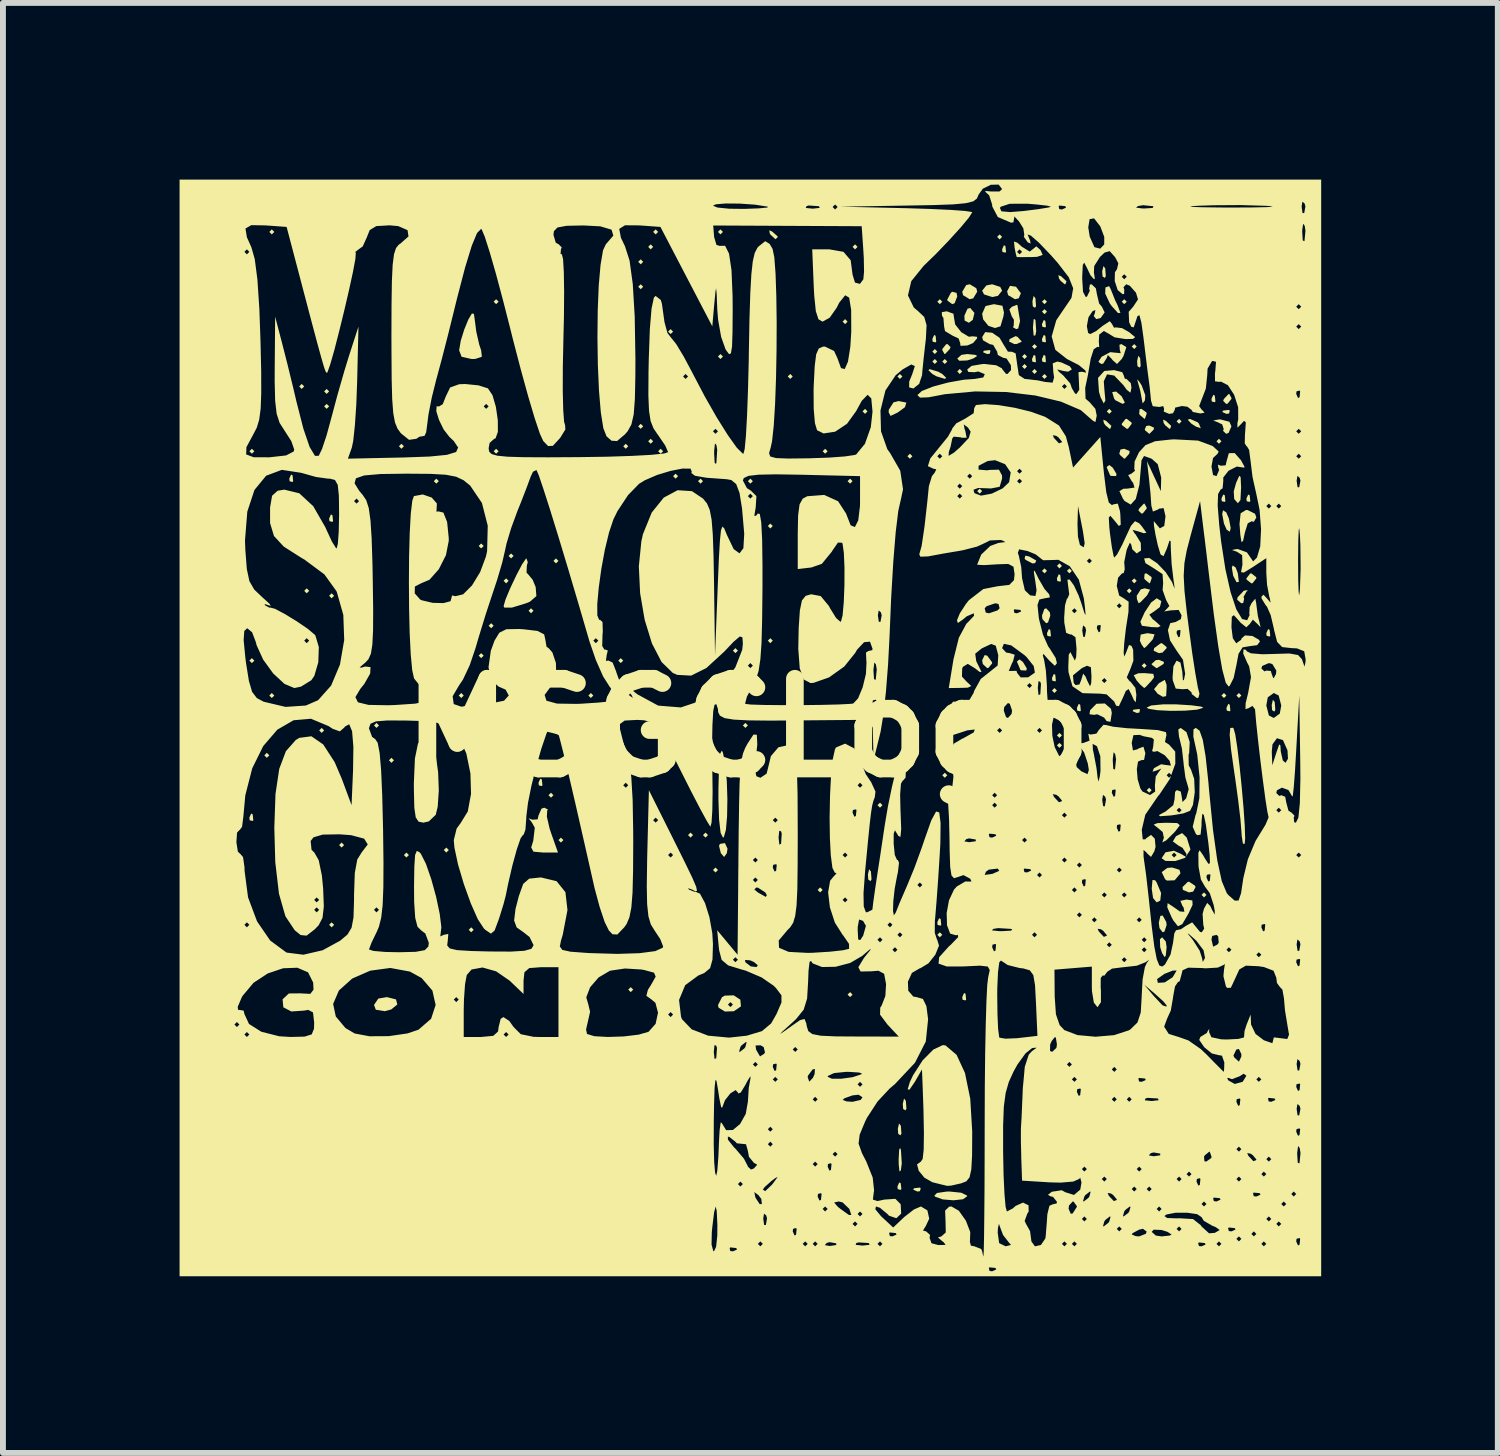
<source format=kicad_pcb>
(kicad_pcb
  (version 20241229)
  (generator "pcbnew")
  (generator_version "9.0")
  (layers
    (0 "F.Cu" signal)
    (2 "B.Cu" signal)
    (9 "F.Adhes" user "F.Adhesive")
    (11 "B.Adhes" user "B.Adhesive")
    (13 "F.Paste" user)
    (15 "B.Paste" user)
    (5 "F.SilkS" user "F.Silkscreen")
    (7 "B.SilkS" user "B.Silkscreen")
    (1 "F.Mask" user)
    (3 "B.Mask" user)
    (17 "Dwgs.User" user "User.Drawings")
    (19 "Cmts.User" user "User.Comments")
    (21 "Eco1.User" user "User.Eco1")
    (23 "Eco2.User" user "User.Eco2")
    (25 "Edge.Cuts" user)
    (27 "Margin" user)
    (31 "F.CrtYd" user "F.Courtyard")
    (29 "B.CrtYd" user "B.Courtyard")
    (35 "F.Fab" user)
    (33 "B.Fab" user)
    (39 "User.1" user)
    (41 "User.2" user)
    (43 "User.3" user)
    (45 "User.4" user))
  (footprint "MSGCLogo"
    (layer "F.Cu")
    (at 9.652 9.313)
    (property "Reference" "MSGCLogo" (at 0 0 0) (layer "F.SilkS") (effects (font (size 1.524 1.524) (thickness 0.3))))
    (attr board_only exclude_from_pos_files exclude_from_bom)
    (fp_poly (pts (xy 7.437 2.189) (xy 7.437 2.189) (xy 7.437 2.189)) (stroke (width 0) (type solid)) (fill yes) (layer "F.SilkS"))
    (fp_poly (pts (xy -8.382 -4.699) (xy -8.424 -4.657) (xy -8.467 -4.699) (xy -8.424 -4.741)) (stroke (width 0) (type solid)) (fill yes) (layer "F.SilkS"))
    (fp_poly (pts (xy -8.382 -1.143) (xy -8.424 -1.101) (xy -8.467 -1.143) (xy -8.424 -1.185)) (stroke (width 0) (type solid)) (fill yes) (layer "F.SilkS"))
    (fp_poly (pts (xy -8.128 0.466) (xy -8.17 0.508) (xy -8.213 0.466) (xy -8.17 0.423)) (stroke (width 0) (type solid)) (fill yes) (layer "F.SilkS"))
    (fp_poly (pts (xy -8.043 -8.424) (xy -8.086 -8.382) (xy -8.128 -8.424) (xy -8.086 -8.467)) (stroke (width 0) (type solid)) (fill yes) (layer "F.SilkS"))
    (fp_poly (pts (xy -8.043 -0.55) (xy -8.086 -0.508) (xy -8.128 -0.55) (xy -8.086 -0.593)) (stroke (width 0) (type solid)) (fill yes) (layer "F.SilkS"))
    (fp_poly (pts (xy -7.535 -5.8) (xy -7.578 -5.757) (xy -7.62 -5.8) (xy -7.578 -5.842)) (stroke (width 0) (type solid)) (fill yes) (layer "F.SilkS"))
    (fp_poly (pts (xy -7.451 -2.328) (xy -7.493 -2.286) (xy -7.535 -2.328) (xy -7.493 -2.371)) (stroke (width 0) (type solid)) (fill yes) (layer "F.SilkS"))
    (fp_poly (pts (xy -7.197 0.042) (xy -7.239 0.085) (xy -7.281 0.042) (xy -7.239 0)) (stroke (width 0) (type solid)) (fill yes) (layer "F.SilkS"))
    (fp_poly (pts (xy -7.112 -5.715) (xy -7.154 -5.673) (xy -7.197 -5.715) (xy -7.154 -5.757)) (stroke (width 0) (type solid)) (fill yes) (layer "F.SilkS"))
    (fp_poly (pts (xy -7.112 -5.461) (xy -7.154 -5.419) (xy -7.197 -5.461) (xy -7.154 -5.503)) (stroke (width 0) (type solid)) (fill yes) (layer "F.SilkS"))
    (fp_poly (pts (xy -7.027 -2.244) (xy -7.07 -2.201) (xy -7.112 -2.244) (xy -7.07 -2.286)) (stroke (width 0) (type solid)) (fill yes) (layer "F.SilkS"))
    (fp_poly (pts (xy -7.027 3.344) (xy -7.07 3.387) (xy -7.112 3.344) (xy -7.07 3.302)) (stroke (width 0) (type solid)) (fill yes) (layer "F.SilkS"))
    (fp_poly (pts (xy -6.858 1.99) (xy -6.9 2.032) (xy -6.943 1.99) (xy -6.9 1.947)) (stroke (width 0) (type solid)) (fill yes) (layer "F.SilkS"))
    (fp_poly (pts (xy -6.265 -0.042) (xy -6.308 0) (xy -6.35 -0.042) (xy -6.308 -0.085)) (stroke (width 0) (type solid)) (fill yes) (layer "F.SilkS"))
    (fp_poly (pts (xy -6.011 0.55) (xy -6.054 0.593) (xy -6.096 0.55) (xy -6.054 0.508)) (stroke (width 0) (type solid)) (fill yes) (layer "F.SilkS"))
    (fp_poly (pts (xy -5.842 -4.784) (xy -5.884 -4.741) (xy -5.927 -4.784) (xy -5.884 -4.826)) (stroke (width 0) (type solid)) (fill yes) (layer "F.SilkS"))
    (fp_poly (pts (xy -5.757 2.159) (xy -5.8 2.201) (xy -5.842 2.159) (xy -5.8 2.117)) (stroke (width 0) (type solid)) (fill yes) (layer "F.SilkS"))
    (fp_poly (pts (xy -5.249 -4.191) (xy -5.292 -4.149) (xy -5.334 -4.191) (xy -5.292 -4.233)) (stroke (width 0) (type solid)) (fill yes) (layer "F.SilkS"))
    (fp_poly (pts (xy -5.08 2.074) (xy -5.122 2.117) (xy -5.165 2.074) (xy -5.122 2.032)) (stroke (width 0) (type solid)) (fill yes) (layer "F.SilkS"))
    (fp_poly (pts (xy -4.826 -0.55) (xy -4.868 -0.508) (xy -4.911 -0.55) (xy -4.868 -0.593)) (stroke (width 0) (type solid)) (fill yes) (layer "F.SilkS"))
    (fp_poly (pts (xy -4.657 3.429) (xy -4.699 3.471) (xy -4.741 3.429) (xy -4.699 3.387)) (stroke (width 0) (type solid)) (fill yes) (layer "F.SilkS"))
    (fp_poly (pts (xy -4.487 -3.09) (xy -4.53 -3.048) (xy -4.572 -3.09) (xy -4.53 -3.133)) (stroke (width 0) (type solid)) (fill yes) (layer "F.SilkS"))
    (fp_poly (pts (xy -4.487 -1.228) (xy -4.53 -1.185) (xy -4.572 -1.228) (xy -4.53 -1.27)) (stroke (width 0) (type solid)) (fill yes) (layer "F.SilkS"))
    (fp_poly (pts (xy -4.318 -1.736) (xy -4.36 -1.693) (xy -4.403 -1.736) (xy -4.36 -1.778)) (stroke (width 0) (type solid)) (fill yes) (layer "F.SilkS"))
    (fp_poly (pts (xy -4.233 -7.239) (xy -4.276 -7.197) (xy -4.318 -7.239) (xy -4.276 -7.281)) (stroke (width 0) (type solid)) (fill yes) (layer "F.SilkS"))
    (fp_poly (pts (xy -4.233 -4.699) (xy -4.276 -4.657) (xy -4.318 -4.699) (xy -4.276 -4.741)) (stroke (width 0) (type solid)) (fill yes) (layer "F.SilkS"))
    (fp_poly (pts (xy -4.064 -2.498) (xy -4.106 -2.455) (xy -4.149 -2.498) (xy -4.106 -2.54)) (stroke (width 0) (type solid)) (fill yes) (layer "F.SilkS"))
    (fp_poly (pts (xy -3.979 -2.921) (xy -4.022 -2.879) (xy -4.064 -2.921) (xy -4.022 -2.963)) (stroke (width 0) (type solid)) (fill yes) (layer "F.SilkS"))
    (fp_poly (pts (xy -3.641 -1.99) (xy -3.683 -1.947) (xy -3.725 -1.99) (xy -3.683 -2.032)) (stroke (width 0) (type solid)) (fill yes) (layer "F.SilkS"))
    (fp_poly (pts (xy -3.302 1.143) (xy -3.344 1.185) (xy -3.387 1.143) (xy -3.344 1.101)) (stroke (width 0) (type solid)) (fill yes) (layer "F.SilkS"))
    (fp_poly (pts (xy -3.217 -2.836) (xy -3.26 -2.794) (xy -3.302 -2.836) (xy -3.26 -2.879)) (stroke (width 0) (type solid)) (fill yes) (layer "F.SilkS"))
    (fp_poly (pts (xy -3.133 1.905) (xy -3.175 1.947) (xy -3.217 1.905) (xy -3.175 1.863)) (stroke (width 0) (type solid)) (fill yes) (layer "F.SilkS"))
    (fp_poly (pts (xy -2.625 -0.55) (xy -2.667 -0.508) (xy -2.709 -0.55) (xy -2.667 -0.593)) (stroke (width 0) (type solid)) (fill yes) (layer "F.SilkS"))
    (fp_poly (pts (xy -2.117 -1.143) (xy -2.159 -1.101) (xy -2.201 -1.143) (xy -2.159 -1.185)) (stroke (width 0) (type solid)) (fill yes) (layer "F.SilkS"))
    (fp_poly (pts (xy -2.032 -4.784) (xy -2.074 -4.741) (xy -2.117 -4.784) (xy -2.074 -4.826)) (stroke (width 0) (type solid)) (fill yes) (layer "F.SilkS"))
    (fp_poly (pts (xy -1.947 4.445) (xy -1.99 4.487) (xy -2.032 4.445) (xy -1.99 4.403)) (stroke (width 0) (type solid)) (fill yes) (layer "F.SilkS"))
    (fp_poly (pts (xy -1.778 -7.916) (xy -1.82 -7.874) (xy -1.863 -7.916) (xy -1.82 -7.959)) (stroke (width 0) (type solid)) (fill yes) (layer "F.SilkS"))
    (fp_poly (pts (xy -1.778 -7.493) (xy -1.82 -7.451) (xy -1.863 -7.493) (xy -1.82 -7.535)) (stroke (width 0) (type solid)) (fill yes) (layer "F.SilkS"))
    (fp_poly (pts (xy -1.778 -5.122) (xy -1.82 -5.08) (xy -1.863 -5.122) (xy -1.82 -5.165)) (stroke (width 0) (type solid)) (fill yes) (layer "F.SilkS"))
    (fp_poly (pts (xy -1.609 -8.17) (xy -1.651 -8.128) (xy -1.693 -8.17) (xy -1.651 -8.213)) (stroke (width 0) (type solid)) (fill yes) (layer "F.SilkS"))
    (fp_poly (pts (xy -1.609 -4.868) (xy -1.651 -4.826) (xy -1.693 -4.868) (xy -1.651 -4.911)) (stroke (width 0) (type solid)) (fill yes) (layer "F.SilkS"))
    (fp_poly (pts (xy -1.524 -8.424) (xy -1.566 -8.382) (xy -1.609 -8.424) (xy -1.566 -8.467)) (stroke (width 0) (type solid)) (fill yes) (layer "F.SilkS"))
    (fp_poly (pts (xy -1.439 -4.699) (xy -1.482 -4.657) (xy -1.524 -4.699) (xy -1.482 -4.741)) (stroke (width 0) (type solid)) (fill yes) (layer "F.SilkS"))
    (fp_poly (pts (xy -1.355 0.466) (xy -1.397 0.508) (xy -1.439 0.466) (xy -1.397 0.423)) (stroke (width 0) (type solid)) (fill yes) (layer "F.SilkS"))
    (fp_poly (pts (xy -1.27 -6.731) (xy -1.312 -6.689) (xy -1.355 -6.731) (xy -1.312 -6.773)) (stroke (width 0) (type solid)) (fill yes) (layer "F.SilkS"))
    (fp_poly (pts (xy -1.27 0.635) (xy -1.312 0.677) (xy -1.355 0.635) (xy -1.312 0.593)) (stroke (width 0) (type solid)) (fill yes) (layer "F.SilkS"))
    (fp_poly (pts (xy -1.185 -4.276) (xy -1.228 -4.233) (xy -1.27 -4.276) (xy -1.228 -4.318)) (stroke (width 0) (type solid)) (fill yes) (layer "F.SilkS"))
    (fp_poly (pts (xy -0.931 1.82) (xy -0.974 1.863) (xy -1.016 1.82) (xy -0.974 1.778)) (stroke (width 0) (type solid)) (fill yes) (layer "F.SilkS"))
    (fp_poly (pts (xy -0.762 -4.191) (xy -0.804 -4.149) (xy -0.847 -4.191) (xy -0.804 -4.233)) (stroke (width 0) (type solid)) (fill yes) (layer "F.SilkS"))
    (fp_poly (pts (xy -0.677 1.82) (xy -0.72 1.863) (xy -0.762 1.82) (xy -0.72 1.778)) (stroke (width 0) (type solid)) (fill yes) (layer "F.SilkS"))
    (fp_poly (pts (xy -0.508 2.413) (xy -0.55 2.455) (xy -0.593 2.413) (xy -0.55 2.371)) (stroke (width 0) (type solid)) (fill yes) (layer "F.SilkS"))
    (fp_poly (pts (xy -0.423 -8.424) (xy -0.466 -8.382) (xy -0.508 -8.424) (xy -0.466 -8.467)) (stroke (width 0) (type solid)) (fill yes) (layer "F.SilkS"))
    (fp_poly (pts (xy -0.423 -6.308) (xy -0.466 -6.265) (xy -0.508 -6.308) (xy -0.466 -6.35)) (stroke (width 0) (type solid)) (fill yes) (layer "F.SilkS"))
    (fp_poly (pts (xy -0.169 -1.312) (xy -0.212 -1.27) (xy -0.254 -1.312) (xy -0.212 -1.355)) (stroke (width 0) (type solid)) (fill yes) (layer "F.SilkS"))
    (fp_poly (pts (xy 0 -0.042) (xy -0.042 0) (xy -0.085 -0.042) (xy -0.042 -0.085)) (stroke (width 0) (type solid)) (fill yes) (layer "F.SilkS"))
    (fp_poly (pts (xy 0.085 -4.191) (xy 0.042 -4.149) (xy 0 -4.191) (xy 0.042 -4.233)) (stroke (width 0) (type solid)) (fill yes) (layer "F.SilkS"))
    (fp_poly (pts (xy 0.423 -3.429) (xy 0.381 -3.387) (xy 0.339 -3.429) (xy 0.381 -3.471)) (stroke (width 0) (type solid)) (fill yes) (layer "F.SilkS"))
    (fp_poly (pts (xy 0.423 -1.482) (xy 0.381 -1.439) (xy 0.339 -1.482) (xy 0.381 -1.524)) (stroke (width 0) (type solid)) (fill yes) (layer "F.SilkS"))
    (fp_poly (pts (xy 0.762 -5.969) (xy 0.72 -5.927) (xy 0.677 -5.969) (xy 0.72 -6.011)) (stroke (width 0) (type solid)) (fill yes) (layer "F.SilkS"))
    (fp_poly (pts (xy 0.931 0.042) (xy 0.889 0.085) (xy 0.847 0.042) (xy 0.889 0)) (stroke (width 0) (type solid)) (fill yes) (layer "F.SilkS"))
    (fp_poly (pts (xy 1.27 2.752) (xy 1.228 2.794) (xy 1.185 2.752) (xy 1.228 2.709)) (stroke (width 0) (type solid)) (fill yes) (layer "F.SilkS"))
    (fp_poly (pts (xy 1.355 -4.699) (xy 1.312 -4.657) (xy 1.27 -4.699) (xy 1.312 -4.741)) (stroke (width 0) (type solid)) (fill yes) (layer "F.SilkS"))
    (fp_poly (pts (xy 1.693 -6.9) (xy 1.651 -6.858) (xy 1.609 -6.9) (xy 1.651 -6.943)) (stroke (width 0) (type solid)) (fill yes) (layer "F.SilkS"))
    (fp_poly (pts (xy 1.778 -4.191) (xy 1.736 -4.149) (xy 1.693 -4.191) (xy 1.736 -4.233)) (stroke (width 0) (type solid)) (fill yes) (layer "F.SilkS"))
    (fp_poly (pts (xy 1.778 4.53) (xy 1.736 4.572) (xy 1.693 4.53) (xy 1.736 4.487)) (stroke (width 0) (type solid)) (fill yes) (layer "F.SilkS"))
    (fp_poly (pts (xy 1.863 -8.17) (xy 1.82 -8.128) (xy 1.778 -8.17) (xy 1.82 -8.213)) (stroke (width 0) (type solid)) (fill yes) (layer "F.SilkS"))
    (fp_poly (pts (xy 2.032 -5.376) (xy 1.99 -5.334) (xy 1.947 -5.376) (xy 1.99 -5.419)) (stroke (width 0) (type solid)) (fill yes) (layer "F.SilkS"))
    (fp_poly (pts (xy 2.117 0.635) (xy 2.074 0.677) (xy 2.032 0.635) (xy 2.074 0.593)) (stroke (width 0) (type solid)) (fill yes) (layer "F.SilkS"))
    (fp_poly (pts (xy 2.286 1.312) (xy 2.244 1.355) (xy 2.201 1.312) (xy 2.244 1.27)) (stroke (width 0) (type solid)) (fill yes) (layer "F.SilkS"))
    (fp_poly (pts (xy 2.625 -5.969) (xy 2.582 -5.927) (xy 2.54 -5.969) (xy 2.582 -6.011)) (stroke (width 0) (type solid)) (fill yes) (layer "F.SilkS"))
    (fp_poly (pts (xy 2.794 -4.614) (xy 2.752 -4.572) (xy 2.709 -4.614) (xy 2.752 -4.657)) (stroke (width 0) (type solid)) (fill yes) (layer "F.SilkS"))
    (fp_poly (pts (xy 3.217 -6.392) (xy 3.175 -6.35) (xy 3.133 -6.392) (xy 3.175 -6.435)) (stroke (width 0) (type solid)) (fill yes) (layer "F.SilkS"))
    (fp_poly (pts (xy 3.217 -6.223) (xy 3.175 -6.181) (xy 3.133 -6.223) (xy 3.175 -6.265)) (stroke (width 0) (type solid)) (fill yes) (layer "F.SilkS"))
    (fp_poly (pts (xy 3.302 -7.239) (xy 3.26 -7.197) (xy 3.217 -7.239) (xy 3.26 -7.281)) (stroke (width 0) (type solid)) (fill yes) (layer "F.SilkS"))
    (fp_poly (pts (xy 3.302 3.514) (xy 3.26 3.556) (xy 3.217 3.514) (xy 3.26 3.471)) (stroke (width 0) (type solid)) (fill yes) (layer "F.SilkS"))
    (fp_poly (pts (xy 3.387 -6.223) (xy 3.344 -6.181) (xy 3.302 -6.223) (xy 3.344 -6.265)) (stroke (width 0) (type solid)) (fill yes) (layer "F.SilkS"))
    (fp_poly (pts (xy 3.387 0.804) (xy 3.344 0.847) (xy 3.302 0.804) (xy 3.344 0.762)) (stroke (width 0) (type solid)) (fill yes) (layer "F.SilkS"))
    (fp_poly (pts (xy 3.641 -6.054) (xy 3.598 -6.011) (xy 3.556 -6.054) (xy 3.598 -6.096)) (stroke (width 0) (type solid)) (fill yes) (layer "F.SilkS"))
    (fp_poly (pts (xy 3.979 -4.022) (xy 3.937 -3.979) (xy 3.895 -4.022) (xy 3.937 -4.064)) (stroke (width 0) (type solid)) (fill yes) (layer "F.SilkS"))
    (fp_poly (pts (xy 4.318 -8.34) (xy 4.276 -8.297) (xy 4.233 -8.34) (xy 4.276 -8.382)) (stroke (width 0) (type solid)) (fill yes) (layer "F.SilkS"))
    (fp_poly (pts (xy 4.741 -6.308) (xy 4.699 -6.265) (xy 4.657 -6.308) (xy 4.699 -6.35)) (stroke (width 0) (type solid)) (fill yes) (layer "F.SilkS"))
    (fp_poly (pts (xy 4.741 -6.138) (xy 4.699 -6.096) (xy 4.657 -6.138) (xy 4.699 -6.181)) (stroke (width 0) (type solid)) (fill yes) (layer "F.SilkS"))
    (fp_poly (pts (xy 4.911 -6.477) (xy 4.868 -6.435) (xy 4.826 -6.477) (xy 4.868 -6.519)) (stroke (width 0) (type solid)) (fill yes) (layer "F.SilkS"))
    (fp_poly (pts (xy 4.911 -6.054) (xy 4.868 -6.011) (xy 4.826 -6.054) (xy 4.868 -6.096)) (stroke (width 0) (type solid)) (fill yes) (layer "F.SilkS"))
    (fp_poly (pts (xy 5.08 -7.239) (xy 5.038 -7.197) (xy 4.995 -7.239) (xy 5.038 -7.281)) (stroke (width 0) (type solid)) (fill yes) (layer "F.SilkS"))
    (fp_poly (pts (xy 5.08 -7.07) (xy 5.038 -7.027) (xy 4.995 -7.07) (xy 5.038 -7.112)) (stroke (width 0) (type solid)) (fill yes) (layer "F.SilkS"))
    (fp_poly (pts (xy 5.08 -5.969) (xy 5.038 -5.927) (xy 4.995 -5.969) (xy 5.038 -6.011)) (stroke (width 0) (type solid)) (fill yes) (layer "F.SilkS"))
    (fp_poly (pts (xy 5.08 -2.667) (xy 5.038 -2.625) (xy 4.995 -2.667) (xy 5.038 -2.709)) (stroke (width 0) (type solid)) (fill yes) (layer "F.SilkS"))
    (fp_poly (pts (xy 5.249 -0.635) (xy 5.207 -0.593) (xy 5.165 -0.635) (xy 5.207 -0.677)) (stroke (width 0) (type solid)) (fill yes) (layer "F.SilkS"))
    (fp_poly (pts (xy 5.334 -2.752) (xy 5.292 -2.709) (xy 5.249 -2.752) (xy 5.292 -2.794)) (stroke (width 0) (type solid)) (fill yes) (layer "F.SilkS"))
    (fp_poly (pts (xy 5.334 0.127) (xy 5.292 0.169) (xy 5.249 0.127) (xy 5.292 0.085)) (stroke (width 0) (type solid)) (fill yes) (layer "F.SilkS"))
    (fp_poly (pts (xy 5.334 0.296) (xy 5.292 0.339) (xy 5.249 0.296) (xy 5.292 0.254)) (stroke (width 0) (type solid)) (fill yes) (layer "F.SilkS"))
    (fp_poly (pts (xy 5.503 -2.667) (xy 5.461 -2.625) (xy 5.419 -2.667) (xy 5.461 -2.709)) (stroke (width 0) (type solid)) (fill yes) (layer "F.SilkS"))
    (fp_poly (pts (xy 6.181 -5.376) (xy 6.138 -5.334) (xy 6.096 -5.376) (xy 6.138 -5.419)) (stroke (width 0) (type solid)) (fill yes) (layer "F.SilkS"))
    (fp_poly (pts (xy 6.435 -7.239) (xy 6.392 -7.197) (xy 6.35 -7.239) (xy 6.392 -7.281)) (stroke (width 0) (type solid)) (fill yes) (layer "F.SilkS"))
    (fp_poly (pts (xy 6.519 -2.328) (xy 6.477 -2.286) (xy 6.435 -2.328) (xy 6.477 -2.371)) (stroke (width 0) (type solid)) (fill yes) (layer "F.SilkS"))
    (fp_poly (pts (xy 6.604 -6.477) (xy 6.562 -6.435) (xy 6.519 -6.477) (xy 6.562 -6.519)) (stroke (width 0) (type solid)) (fill yes) (layer "F.SilkS"))
    (fp_poly (pts (xy 6.604 -2.498) (xy 6.562 -2.455) (xy 6.519 -2.498) (xy 6.562 -2.54)) (stroke (width 0) (type solid)) (fill yes) (layer "F.SilkS"))
    (fp_poly (pts (xy 6.773 -1.058) (xy 6.731 -1.016) (xy 6.689 -1.058) (xy 6.731 -1.101)) (stroke (width 0) (type solid)) (fill yes) (layer "F.SilkS"))
    (fp_poly (pts (xy 6.858 1.058) (xy 6.816 1.101) (xy 6.773 1.058) (xy 6.816 1.016)) (stroke (width 0) (type solid)) (fill yes) (layer "F.SilkS"))
    (fp_poly (pts (xy 7.366 -5.207) (xy 7.324 -5.165) (xy 7.281 -5.207) (xy 7.324 -5.249)) (stroke (width 0) (type solid)) (fill yes) (layer "F.SilkS"))
    (fp_poly (pts (xy 7.789 2.836) (xy 7.747 2.879) (xy 7.705 2.836) (xy 7.747 2.794)) (stroke (width 0) (type solid)) (fill yes) (layer "F.SilkS"))
    (fp_poly (pts (xy 8.043 -4.868) (xy 8.001 -4.826) (xy 7.959 -4.868) (xy 8.001 -4.911)) (stroke (width 0) (type solid)) (fill yes) (layer "F.SilkS"))
    (fp_poly (pts (xy 8.128 -0.55) (xy 8.086 -0.508) (xy 8.043 -0.55) (xy 8.086 -0.593)) (stroke (width 0) (type solid)) (fill yes) (layer "F.SilkS"))
    (fp_poly (pts (xy 8.382 -0.55) (xy 8.34 -0.508) (xy 8.297 -0.55) (xy 8.34 -0.593)) (stroke (width 0) (type solid)) (fill yes) (layer "F.SilkS"))
    (fp_poly (pts (xy -8.41 1.468) (xy -8.4 1.568) (xy -8.41 1.58) (xy -8.461 1.569) (xy -8.467 1.524) (xy -8.436 1.454)) (stroke (width 0) (type solid)) (fill yes) (layer "F.SilkS"))
    (fp_poly (pts (xy -7.733 -4.29) (xy -7.723 -4.189) (xy -7.733 -4.177) (xy -7.783 -4.189) (xy -7.789 -4.233) (xy -7.758 -4.303)) (stroke (width 0) (type solid)) (fill yes) (layer "F.SilkS"))
    (fp_poly (pts (xy -7.056 -3.612) (xy -7.045 -3.512) (xy -7.056 -3.5) (xy -7.106 -3.511) (xy -7.112 -3.556) (xy -7.081 -3.626)) (stroke (width 0) (type solid)) (fill yes) (layer "F.SilkS"))
    (fp_poly (pts (xy -3.5 0.875) (xy -3.489 0.975) (xy -3.5 0.988) (xy -3.55 0.976) (xy -3.556 0.931) (xy -3.525 0.862)) (stroke (width 0) (type solid)) (fill yes) (layer "F.SilkS"))
    (fp_poly (pts (xy 2.09 2.439) (xy 2.1 2.572) (xy 2.083 2.602) (xy 2.045 2.576) (xy 2.039 2.491) (xy 2.059 2.4)) (stroke (width 0) (type solid)) (fill yes) (layer "F.SilkS"))
    (fp_poly (pts (xy 2.596 7.733) (xy 2.607 7.833) (xy 2.596 7.846) (xy 2.546 7.834) (xy 2.54 7.789) (xy 2.571 7.72)) (stroke (width 0) (type solid)) (fill yes) (layer "F.SilkS"))
    (fp_poly (pts (xy 2.598 6.757) (xy 2.608 6.89) (xy 2.591 6.92) (xy 2.553 6.894) (xy 2.547 6.809) (xy 2.567 6.718)) (stroke (width 0) (type solid)) (fill yes) (layer "F.SilkS"))
    (fp_poly (pts (xy 2.683 6.334) (xy 2.693 6.466) (xy 2.676 6.496) (xy 2.637 6.471) (xy 2.631 6.385) (xy 2.652 6.295)) (stroke (width 0) (type solid)) (fill yes) (layer "F.SilkS"))
    (fp_poly (pts (xy 2.935 7.818) (xy 2.923 7.868) (xy 2.879 7.874) (xy 2.809 7.843) (xy 2.822 7.818) (xy 2.923 7.807)) (stroke (width 0) (type solid)) (fill yes) (layer "F.SilkS"))
    (fp_poly (pts (xy 3.189 -6.66) (xy 3.199 -6.56) (xy 3.189 -6.548) (xy 3.139 -6.559) (xy 3.133 -6.604) (xy 3.164 -6.674)) (stroke (width 0) (type solid)) (fill yes) (layer "F.SilkS"))
    (fp_poly (pts (xy 3.274 3.246) (xy 3.284 3.346) (xy 3.274 3.358) (xy 3.223 3.347) (xy 3.217 3.302) (xy 3.248 3.232)) (stroke (width 0) (type solid)) (fill yes) (layer "F.SilkS"))
    (fp_poly (pts (xy 3.36 0.492) (xy 3.37 0.624) (xy 3.353 0.654) (xy 3.315 0.629) (xy 3.309 0.543) (xy 3.329 0.453)) (stroke (width 0) (type solid)) (fill yes) (layer "F.SilkS"))
    (fp_poly (pts (xy 3.697 4.516) (xy 3.707 4.616) (xy 3.697 4.628) (xy 3.647 4.617) (xy 3.641 4.572) (xy 3.672 4.502)) (stroke (width 0) (type solid)) (fill yes) (layer "F.SilkS"))
    (fp_poly (pts (xy 4.12 -6.406) (xy 4.109 -6.356) (xy 4.064 -6.35) (xy 3.994 -6.381) (xy 4.008 -6.406) (xy 4.108 -6.417)) (stroke (width 0) (type solid)) (fill yes) (layer "F.SilkS"))
    (fp_poly (pts (xy 4.374 -8.184) (xy 4.385 -8.084) (xy 4.374 -8.072) (xy 4.324 -8.083) (xy 4.318 -8.128) (xy 4.349 -8.198)) (stroke (width 0) (type solid)) (fill yes) (layer "F.SilkS"))
    (fp_poly (pts (xy 4.882 -6.322) (xy 4.893 -6.221) (xy 4.882 -6.209) (xy 4.832 -6.221) (xy 4.826 -6.265) (xy 4.857 -6.335)) (stroke (width 0) (type solid)) (fill yes) (layer "F.SilkS"))
    (fp_poly (pts (xy 4.884 -7.297) (xy 4.894 -7.165) (xy 4.877 -7.135) (xy 4.839 -7.16) (xy 4.833 -7.246) (xy 4.853 -7.336)) (stroke (width 0) (type solid)) (fill yes) (layer "F.SilkS"))
    (fp_poly (pts (xy 5.052 -6.914) (xy 5.062 -6.814) (xy 5.052 -6.802) (xy 5.001 -6.813) (xy 4.995 -6.858) (xy 5.026 -6.928)) (stroke (width 0) (type solid)) (fill yes) (layer "F.SilkS"))
    (fp_poly (pts (xy 5.052 -6.66) (xy 5.062 -6.56) (xy 5.052 -6.548) (xy 5.001 -6.559) (xy 4.995 -6.604) (xy 5.026 -6.674)) (stroke (width 0) (type solid)) (fill yes) (layer "F.SilkS"))
    (fp_poly (pts (xy 5.052 -6.322) (xy 5.062 -6.221) (xy 5.052 -6.209) (xy 5.001 -6.221) (xy 4.995 -6.265) (xy 5.026 -6.335)) (stroke (width 0) (type solid)) (fill yes) (layer "F.SilkS"))
    (fp_poly (pts (xy 5.136 -1.665) (xy 5.147 -1.565) (xy 5.136 -1.552) (xy 5.086 -1.564) (xy 5.08 -1.609) (xy 5.111 -1.678)) (stroke (width 0) (type solid)) (fill yes) (layer "F.SilkS"))
    (fp_poly (pts (xy 5.221 -0.903) (xy 5.231 -0.803) (xy 5.221 -0.79) (xy 5.171 -0.802) (xy 5.165 -0.847) (xy 5.196 -0.916)) (stroke (width 0) (type solid)) (fill yes) (layer "F.SilkS"))
    (fp_poly (pts (xy 5.306 -2.596) (xy 5.316 -2.496) (xy 5.306 -2.484) (xy 5.255 -2.495) (xy 5.249 -2.54) (xy 5.28 -2.61)) (stroke (width 0) (type solid)) (fill yes) (layer "F.SilkS"))
    (fp_poly (pts (xy 5.644 -0.395) (xy 5.655 -0.295) (xy 5.644 -0.282) (xy 5.594 -0.294) (xy 5.588 -0.339) (xy 5.619 -0.408)) (stroke (width 0) (type solid)) (fill yes) (layer "F.SilkS"))
    (fp_poly (pts (xy 6.069 -7.805) (xy 6.079 -7.673) (xy 6.062 -7.643) (xy 6.024 -7.668) (xy 6.018 -7.754) (xy 6.039 -7.844)) (stroke (width 0) (type solid)) (fill yes) (layer "F.SilkS"))
    (fp_poly (pts (xy 6.66 -0.31) (xy 6.649 -0.26) (xy 6.604 -0.254) (xy 6.534 -0.285) (xy 6.548 -0.31) (xy 6.648 -0.321)) (stroke (width 0) (type solid)) (fill yes) (layer "F.SilkS"))
    (fp_poly (pts (xy 6.662 -6.281) (xy 6.672 -6.149) (xy 6.655 -6.119) (xy 6.617 -6.144) (xy 6.611 -6.23) (xy 6.631 -6.32)) (stroke (width 0) (type solid)) (fill yes) (layer "F.SilkS"))
    (fp_poly (pts (xy 7.93 -5.644) (xy 7.941 -5.544) (xy 7.93 -5.532) (xy 7.88 -5.543) (xy 7.874 -5.588) (xy 7.905 -5.658)) (stroke (width 0) (type solid)) (fill yes) (layer "F.SilkS"))
    (fp_poly (pts (xy 8.1 -3.951) (xy 8.11 -3.851) (xy 8.1 -3.838) (xy 8.049 -3.85) (xy 8.043 -3.895) (xy 8.074 -3.964)) (stroke (width 0) (type solid)) (fill yes) (layer "F.SilkS"))
    (fp_poly (pts (xy 8.184 -5.39) (xy 8.173 -5.34) (xy 8.128 -5.334) (xy 8.058 -5.365) (xy 8.072 -5.39) (xy 8.172 -5.401)) (stroke (width 0) (type solid)) (fill yes) (layer "F.SilkS"))
    (fp_poly (pts (xy 8.184 -0.395) (xy 8.195 -0.295) (xy 8.184 -0.282) (xy 8.134 -0.294) (xy 8.128 -0.339) (xy 8.159 -0.408)) (stroke (width 0) (type solid)) (fill yes) (layer "F.SilkS"))
    (fp_poly (pts (xy 8.523 -3.951) (xy 8.533 -3.851) (xy 8.523 -3.838) (xy 8.473 -3.85) (xy 8.467 -3.895) (xy 8.498 -3.964)) (stroke (width 0) (type solid)) (fill yes) (layer "F.SilkS"))
    (fp_poly (pts (xy 8.862 -1.665) (xy 8.872 -1.565) (xy 8.862 -1.552) (xy 8.811 -1.564) (xy 8.805 -1.609) (xy 8.836 -1.678)) (stroke (width 0) (type solid)) (fill yes) (layer "F.SilkS"))
    (fp_poly (pts (xy 8.948 -0.439) (xy 8.958 -0.307) (xy 8.941 -0.277) (xy 8.903 -0.302) (xy 8.897 -0.388) (xy 8.917 -0.478)) (stroke (width 0) (type solid)) (fill yes) (layer "F.SilkS"))
    (fp_poly (pts (xy -0.346 2.05) (xy -0.357 2.128) (xy -0.403 2.192) (xy -0.459 2.128) (xy -0.49 2.003) (xy -0.474 1.97) (xy -0.39 1.956)) (stroke (width 0) (type solid)) (fill yes) (layer "F.SilkS"))
    (fp_poly (pts (xy 0.41 -8.432) (xy 0.5 -8.354) (xy 0.508 -8.335) (xy 0.468 -8.3) (xy 0.384 -8.378) (xy 0.373 -8.395) (xy 0.363 -8.453)) (stroke (width 0) (type solid)) (fill yes) (layer "F.SilkS"))
    (fp_poly (pts (xy 3.848 -7.049) (xy 3.82 -6.931) (xy 3.753 -6.881) (xy 3.681 -6.919) (xy 3.677 -7.001) (xy 3.73 -7.119) (xy 3.776 -7.133)) (stroke (width 0) (type solid)) (fill yes) (layer "F.SilkS"))
    (fp_poly (pts (xy 4.554 -7.493) (xy 4.637 -7.382) (xy 4.6 -7.296) (xy 4.537 -7.281) (xy 4.42 -7.35) (xy 4.403 -7.415) (xy 4.452 -7.508)) (stroke (width 0) (type solid)) (fill yes) (layer "F.SilkS"))
    (fp_poly (pts (xy 4.578 -6.643) (xy 4.653 -6.561) (xy 4.567 -6.521) (xy 4.525 -6.519) (xy 4.437 -6.561) (xy 4.446 -6.605) (xy 4.547 -6.654)) (stroke (width 0) (type solid)) (fill yes) (layer "F.SilkS"))
    (fp_poly (pts (xy 4.779 -2.911) (xy 4.898 -2.843) (xy 4.878 -2.798) (xy 4.831 -2.794) (xy 4.716 -2.855) (xy 4.7 -2.878) (xy 4.713 -2.926)) (stroke (width 0) (type solid)) (fill yes) (layer "F.SilkS"))
    (fp_poly (pts (xy 5.321 -7.67) (xy 5.412 -7.585) (xy 5.393 -7.536) (xy 5.381 -7.535) (xy 5.31 -7.595) (xy 5.284 -7.633) (xy 5.274 -7.691)) (stroke (width 0) (type solid)) (fill yes) (layer "F.SilkS"))
    (fp_poly (pts (xy 6.083 -5.215) (xy 6.174 -5.13) (xy 6.155 -5.081) (xy 6.143 -5.08) (xy 6.072 -5.14) (xy 6.046 -5.178) (xy 6.036 -5.236)) (stroke (width 0) (type solid)) (fill yes) (layer "F.SilkS"))
    (fp_poly (pts (xy 6.348 -5.632) (xy 6.403 -5.526) (xy 6.365 -5.503) (xy 6.241 -5.566) (xy 6.22 -5.594) (xy 6.188 -5.704) (xy 6.254 -5.713)) (stroke (width 0) (type solid)) (fill yes) (layer "F.SilkS"))
    (fp_poly (pts (xy 7.099 -5.215) (xy 7.19 -5.13) (xy 7.171 -5.081) (xy 7.159 -5.08) (xy 7.088 -5.14) (xy 7.062 -5.178) (xy 7.052 -5.236)) (stroke (width 0) (type solid)) (fill yes) (layer "F.SilkS"))
    (fp_poly (pts (xy 7.644 -5.188) (xy 7.662 -5.165) (xy 7.692 -5.089) (xy 7.612 -5.117) (xy 7.535 -5.165) (xy 7.47 -5.233) (xy 7.509 -5.248)) (stroke (width 0) (type solid)) (fill yes) (layer "F.SilkS"))
    (fp_poly (pts (xy 8.284 -2.725) (xy 8.321 -2.628) (xy 8.339 -2.48) (xy 8.299 -2.475) (xy 8.242 -2.586) (xy 8.22 -2.722) (xy 8.234 -2.759)) (stroke (width 0) (type solid)) (fill yes) (layer "F.SilkS"))
    (fp_poly (pts (xy -5.976 4.611) (xy -5.954 4.697) (xy -6.058 4.782) (xy -6.166 4.811) (xy -6.319 4.787) (xy -6.35 4.705) (xy -6.277 4.597) (xy -6.131 4.572)) (stroke (width 0) (type solid)) (fill yes) (layer "F.SilkS"))
    (fp_poly (pts (xy 2.6 7.176) (xy 2.614 7.397) (xy 2.598 7.515) (xy 2.575 7.535) (xy 2.562 7.413) (xy 2.561 7.324) (xy 2.57 7.16) (xy 2.589 7.135)) (stroke (width 0) (type solid)) (fill yes) (layer "F.SilkS"))
    (fp_poly (pts (xy 2.692 -5.525) (xy 2.668 -5.447) (xy 2.545 -5.357) (xy 2.423 -5.299) (xy 2.391 -5.36) (xy 2.393 -5.403) (xy 2.473 -5.529) (xy 2.557 -5.552)) (stroke (width 0) (type solid)) (fill yes) (layer "F.SilkS"))
    (fp_poly (pts (xy 3.229 -6.051) (xy 3.302 -6.011) (xy 3.37 -5.944) (xy 3.344 -5.929) (xy 3.205 -5.971) (xy 3.133 -6.011) (xy 3.065 -6.078) (xy 3.09 -6.093)) (stroke (width 0) (type solid)) (fill yes) (layer "F.SilkS"))
    (fp_poly (pts (xy 3.442 -6.467) (xy 3.429 -6.435) (xy 3.353 -6.354) (xy 3.339 -6.35) (xy 3.303 -6.416) (xy 3.302 -6.435) (xy 3.367 -6.516) (xy 3.392 -6.519)) (stroke (width 0) (type solid)) (fill yes) (layer "F.SilkS"))
    (fp_poly (pts (xy 3.544 -7.389) (xy 3.556 -7.329) (xy 3.512 -7.213) (xy 3.471 -7.197) (xy 3.389 -7.257) (xy 3.387 -7.276) (xy 3.448 -7.391) (xy 3.471 -7.408)) (stroke (width 0) (type solid)) (fill yes) (layer "F.SilkS"))
    (fp_poly (pts (xy 3.863 -6.336) (xy 3.895 -6.318) (xy 3.825 -6.273) (xy 3.725 -6.241) (xy 3.59 -6.236) (xy 3.556 -6.273) (xy 3.627 -6.336) (xy 3.725 -6.35)) (stroke (width 0) (type solid)) (fill yes) (layer "F.SilkS"))
    (fp_poly (pts (xy 3.88 -7.468) (xy 3.895 -7.408) (xy 3.827 -7.296) (xy 3.768 -7.281) (xy 3.655 -7.349) (xy 3.641 -7.408) (xy 3.708 -7.521) (xy 3.768 -7.535)) (stroke (width 0) (type solid)) (fill yes) (layer "F.SilkS"))
    (fp_poly (pts (xy 4.064 -1.228) (xy 4.145 -1.119) (xy 4.149 -1.096) (xy 4.084 -1.018) (xy 4.064 -1.016) (xy 3.99 -1.085) (xy 3.979 -1.148) (xy 4.02 -1.236)) (stroke (width 0) (type solid)) (fill yes) (layer "F.SilkS"))
    (fp_poly (pts (xy 4.286 -7.49) (xy 4.318 -7.426) (xy 4.247 -7.338) (xy 4.149 -7.318) (xy 4.011 -7.363) (xy 3.979 -7.426) (xy 4.05 -7.515) (xy 4.149 -7.535)) (stroke (width 0) (type solid)) (fill yes) (layer "F.SilkS"))
    (fp_poly (pts (xy 4.672 -1.119) (xy 4.737 -1.011) (xy 4.729 -0.975) (xy 4.64 -0.978) (xy 4.628 -0.988) (xy 4.573 -1.118) (xy 4.572 -1.132) (xy 4.615 -1.163)) (stroke (width 0) (type solid)) (fill yes) (layer "F.SilkS"))
    (fp_poly (pts (xy 4.88 -6.934) (xy 4.885 -6.92) (xy 4.897 -6.735) (xy 4.882 -6.666) (xy 4.854 -6.663) (xy 4.842 -6.796) (xy 4.843 -6.816) (xy 4.855 -6.947)) (stroke (width 0) (type solid)) (fill yes) (layer "F.SilkS"))
    (fp_poly (pts (xy 5.129 -1.963) (xy 5.136 -1.905) (xy 5.098 -1.792) (xy 5.066 -1.778) (xy 5.003 -1.847) (xy 4.995 -1.905) (xy 5.034 -2.018) (xy 5.066 -2.032)) (stroke (width 0) (type solid)) (fill yes) (layer "F.SilkS"))
    (fp_poly (pts (xy 6.196 -4.421) (xy 6.261 -4.313) (xy 6.253 -4.277) (xy 6.164 -4.28) (xy 6.152 -4.29) (xy 6.097 -4.42) (xy 6.096 -4.434) (xy 6.139 -4.465)) (stroke (width 0) (type solid)) (fill yes) (layer "F.SilkS"))
    (fp_poly (pts (xy 6.484 -4.702) (xy 6.477 -4.657) (xy 6.405 -4.576) (xy 6.392 -4.572) (xy 6.325 -4.631) (xy 6.308 -4.657) (xy 6.328 -4.728) (xy 6.392 -4.741)) (stroke (width 0) (type solid)) (fill yes) (layer "F.SilkS"))
    (fp_poly (pts (xy 6.517 -5.185) (xy 6.519 -5.165) (xy 6.455 -5.082) (xy 6.435 -5.08) (xy 6.352 -5.144) (xy 6.35 -5.165) (xy 6.414 -5.247) (xy 6.435 -5.249)) (stroke (width 0) (type solid)) (fill yes) (layer "F.SilkS"))
    (fp_poly (pts (xy 6.77 -5.357) (xy 6.773 -5.334) (xy 6.744 -5.252) (xy 6.736 -5.249) (xy 6.664 -5.309) (xy 6.646 -5.334) (xy 6.653 -5.412) (xy 6.684 -5.419)) (stroke (width 0) (type solid)) (fill yes) (layer "F.SilkS"))
    (fp_poly (pts (xy 6.772 -3.744) (xy 6.773 -3.725) (xy 6.708 -3.644) (xy 6.684 -3.641) (xy 6.633 -3.693) (xy 6.646 -3.725) (xy 6.722 -3.806) (xy 6.736 -3.81)) (stroke (width 0) (type solid)) (fill yes) (layer "F.SilkS"))
    (fp_poly (pts (xy 6.855 -2.563) (xy 6.858 -2.54) (xy 6.829 -2.458) (xy 6.821 -2.455) (xy 6.748 -2.515) (xy 6.731 -2.54) (xy 6.738 -2.618) (xy 6.768 -2.625)) (stroke (width 0) (type solid)) (fill yes) (layer "F.SilkS"))
    (fp_poly (pts (xy 6.898 -5.099) (xy 6.892 -5.066) (xy 6.822 -4.996) (xy 6.816 -4.995) (xy 6.748 -5.053) (xy 6.74 -5.066) (xy 6.765 -5.128) (xy 6.816 -5.136)) (stroke (width 0) (type solid)) (fill yes) (layer "F.SilkS"))
    (fp_poly (pts (xy 6.916 2.587) (xy 6.943 2.625) (xy 7.018 2.804) (xy 7.004 2.933) (xy 6.943 2.963) (xy 6.882 2.89) (xy 6.859 2.731) (xy 6.872 2.583)) (stroke (width 0) (type solid)) (fill yes) (layer "F.SilkS"))
    (fp_poly (pts (xy 7.067 -1.12) (xy 7.061 -1.087) (xy 6.949 -1.017) (xy 6.938 -1.016) (xy 6.86 -1.073) (xy 6.858 -1.087) (xy 6.927 -1.15) (xy 6.981 -1.157)) (stroke (width 0) (type solid)) (fill yes) (layer "F.SilkS"))
    (fp_poly (pts (xy 7.098 3.627) (xy 7.112 3.725) (xy 7.098 3.863) (xy 7.08 3.895) (xy 7.035 3.825) (xy 7.003 3.725) (xy 6.998 3.59) (xy 7.035 3.556)) (stroke (width 0) (type solid)) (fill yes) (layer "F.SilkS"))
    (fp_poly (pts (xy 7.106 3.297) (xy 7.112 3.349) (xy 7.075 3.459) (xy 7.045 3.471) (xy 6.991 3.401) (xy 6.979 3.308) (xy 7.006 3.193) (xy 7.045 3.186)) (stroke (width 0) (type solid)) (fill yes) (layer "F.SilkS"))
    (fp_poly (pts (xy 7.11 -1.375) (xy 7.112 -1.355) (xy 7.043 -1.28) (xy 6.98 -1.27) (xy 6.892 -1.311) (xy 6.9 -1.355) (xy 7.009 -1.436) (xy 7.032 -1.439)) (stroke (width 0) (type solid)) (fill yes) (layer "F.SilkS"))
    (fp_poly (pts (xy 7.111 -0.734) (xy 7.112 -0.688) (xy 7.104 -0.54) (xy 7.048 -0.528) (xy 6.96 -0.58) (xy 6.898 -0.658) (xy 6.981 -0.759) (xy 7.081 -0.817)) (stroke (width 0) (type solid)) (fill yes) (layer "F.SilkS"))
    (fp_poly (pts (xy 7.331 2.41) (xy 7.347 2.471) (xy 7.248 2.588) (xy 7.117 2.593) (xy 7.086 2.57) (xy 7.029 2.449) (xy 7.124 2.378) (xy 7.204 2.371)) (stroke (width 0) (type solid)) (fill yes) (layer "F.SilkS"))
    (fp_poly (pts (xy 7.592 2.678) (xy 7.604 2.703) (xy 7.563 2.78) (xy 7.493 2.794) (xy 7.388 2.751) (xy 7.382 2.703) (xy 7.47 2.616) (xy 7.493 2.612)) (stroke (width 0) (type solid)) (fill yes) (layer "F.SilkS"))
    (fp_poly (pts (xy 8.124 -3.662) (xy 8.17 -3.556) (xy 8.2 -3.396) (xy 8.186 -3.332) (xy 8.132 -3.366) (xy 8.086 -3.471) (xy 8.056 -3.632) (xy 8.07 -3.696)) (stroke (width 0) (type solid)) (fill yes) (layer "F.SilkS"))
    (fp_poly (pts (xy 8.212 -5.607) (xy 8.213 -5.588) (xy 8.148 -5.507) (xy 8.123 -5.503) (xy 8.072 -5.555) (xy 8.086 -5.588) (xy 8.162 -5.669) (xy 8.175 -5.673)) (stroke (width 0) (type solid)) (fill yes) (layer "F.SilkS"))
    (fp_poly (pts (xy 8.369 -4.26) (xy 8.377 -4.085) (xy 8.366 -3.87) (xy 8.322 -3.816) (xy 8.26 -3.887) (xy 8.252 -4.017) (xy 8.292 -4.162) (xy 8.346 -4.282)) (stroke (width 0) (type solid)) (fill yes) (layer "F.SilkS"))
    (fp_poly (pts (xy 8.634 -2.56) (xy 8.636 -2.54) (xy 8.572 -2.458) (xy 8.551 -2.455) (xy 8.469 -2.52) (xy 8.467 -2.54) (xy 8.531 -2.622) (xy 8.551 -2.625)) (stroke (width 0) (type solid)) (fill yes) (layer "F.SilkS"))
    (fp_poly (pts (xy 6.646 -5.883) (xy 6.688 -5.818) (xy 6.75 -5.65) (xy 6.744 -5.564) (xy 6.705 -5.51) (xy 6.695 -5.56) (xy 6.665 -5.722) (xy 6.64 -5.814) (xy 6.61 -5.921)) (stroke (width 0) (type solid)) (fill yes) (layer "F.SilkS"))
    (fp_poly (pts (xy 6.831 -2.348) (xy 6.783 -2.256) (xy 6.773 -2.244) (xy 6.672 -2.138) (xy 6.636 -2.117) (xy 6.608 -2.186) (xy 6.604 -2.244) (xy 6.673 -2.353) (xy 6.741 -2.371)) (stroke (width 0) (type solid)) (fill yes) (layer "F.SilkS"))
    (fp_poly (pts (xy 6.907 -1.59) (xy 6.88 -1.509) (xy 6.858 -1.482) (xy 6.761 -1.377) (xy 6.73 -1.355) (xy 6.684 -1.421) (xy 6.658 -1.482) (xy 6.671 -1.585) (xy 6.786 -1.609)) (stroke (width 0) (type solid)) (fill yes) (layer "F.SilkS"))
    (fp_poly (pts (xy 7.454 1.863) (xy 7.517 2.065) (xy 7.437 2.189) (xy 7.451 2.143) (xy 7.382 2.037) (xy 7.31 1.996) (xy 7.218 1.928) (xy 7.271 1.839) (xy 7.375 1.786)) (stroke (width 0) (type solid)) (fill yes) (layer "F.SilkS"))
    (fp_poly (pts (xy 4.323 -7.17) (xy 4.35 -7.054) (xy 4.339 -6.985) (xy 4.29 -6.821) (xy 4.198 -6.792) (xy 4.085 -6.829) (xy 3.996 -6.939) (xy 3.979 -7.034) (xy 4.036 -7.165) (xy 4.179 -7.197)) (stroke (width 0) (type solid)) (fill yes) (layer "F.SilkS"))
    (fp_poly (pts (xy 6.165 -7.446) (xy 6.237 -7.265) (xy 6.28 -7.176) (xy 6.327 -7.049) (xy 6.287 -7.046) (xy 6.182 -7.162) (xy 6.147 -7.21) (xy 6.069 -7.377) (xy 6.073 -7.481) (xy 6.136 -7.503)) (stroke (width 0) (type solid)) (fill yes) (layer "F.SilkS"))
    (fp_poly (pts (xy 6.886 -0.918) (xy 6.899 -0.86) (xy 6.858 -0.804) (xy 6.761 -0.699) (xy 6.731 -0.677) (xy 6.667 -0.733) (xy 6.604 -0.804) (xy 6.553 -0.895) (xy 6.632 -0.928) (xy 6.731 -0.931)) (stroke (width 0) (type solid)) (fill yes) (layer "F.SilkS"))
    (fp_poly (pts (xy 8.496 -2.332) (xy 8.468 -2.315) (xy 8.418 -2.223) (xy 8.429 -2.194) (xy 8.413 -2.122) (xy 8.38 -2.117) (xy 8.311 -2.177) (xy 8.317 -2.217) (xy 8.42 -2.327) (xy 8.453 -2.338)) (stroke (width 0) (type solid)) (fill yes) (layer "F.SilkS"))
    (fp_poly (pts (xy 3.622 7.894) (xy 3.722 7.942) (xy 3.725 7.953) (xy 3.655 8.005) (xy 3.492 8.023) (xy 3.31 8.008) (xy 3.182 7.962) (xy 3.167 7.946) (xy 3.211 7.899) (xy 3.375 7.875) (xy 3.424 7.874)) (stroke (width 0) (type solid)) (fill yes) (layer "F.SilkS"))
    (fp_poly (pts (xy 4.578 -7.18) (xy 4.623 -6.91) (xy 4.591 -6.784) (xy 4.557 -6.773) (xy 4.501 -6.807) (xy 4.515 -6.829) (xy 4.519 -6.931) (xy 4.482 -6.991) (xy 4.441 -7.108) (xy 4.483 -7.152) (xy 4.57 -7.186)) (stroke (width 0) (type solid)) (fill yes) (layer "F.SilkS"))
    (fp_poly (pts (xy 6.167 -0.324) (xy 6.181 -0.254) (xy 6.158 -0.104) (xy 6.093 -0.116) (xy 6.05 -0.175) (xy 5.934 -0.232) (xy 5.88 -0.222) (xy 5.802 -0.232) (xy 5.813 -0.301) (xy 5.92 -0.41) (xy 6.063 -0.415)) (stroke (width 0) (type solid)) (fill yes) (layer "F.SilkS"))
    (fp_poly (pts (xy 8.178 -5.2) (xy 8.213 -5.122) (xy 8.164 -5.01) (xy 8.123 -4.995) (xy 8.07 -5.046) (xy 8.082 -5.074) (xy 8.056 -5.155) (xy 7.981 -5.191) (xy 7.904 -5.221) (xy 7.988 -5.237) (xy 8.022 -5.24)) (stroke (width 0) (type solid)) (fill yes) (layer "F.SilkS"))
    (fp_poly (pts (xy 7.275 -0.4) (xy 7.533 -0.384) (xy 7.699 -0.362) (xy 7.736 -0.342) (xy 7.629 -0.31) (xy 7.425 -0.293) (xy 7.181 -0.29) (xy 6.955 -0.301) (xy 6.804 -0.325) (xy 6.773 -0.346) (xy 6.85 -0.381) (xy 7.049 -0.4)) (stroke (width 0) (type solid)) (fill yes) (layer "F.SilkS"))
    (fp_poly (pts (xy 7.293 1.616) (xy 7.336 1.653) (xy 7.26 1.755) (xy 7.239 1.778) (xy 7.106 1.909) (xy 7.039 1.945) (xy 7.062 1.875) (xy 7.066 1.868) (xy 7.045 1.768) (xy 6.966 1.701) (xy 6.892 1.643) (xy 6.954 1.617) (xy 7.104 1.611)) (stroke (width 0) (type solid)) (fill yes) (layer "F.SilkS"))
    (fp_poly (pts (xy 8.488 -3.7) (xy 8.614 -3.637) (xy 8.636 -3.575) (xy 8.593 -3.5) (xy 8.557 -3.51) (xy 8.49 -3.475) (xy 8.443 -3.325) (xy 8.411 -3.178) (xy 8.384 -3.154) (xy 8.364 -3.278) (xy 8.35 -3.464) (xy 8.369 -3.645) (xy 8.46 -3.701)) (stroke (width 0) (type solid)) (fill yes) (layer "F.SilkS"))
    (fp_poly (pts (xy -4.653 -7.031) (xy -4.652 -7.027) (xy -4.626 -6.835) (xy -4.613 -6.731) (xy -4.562 -6.508) (xy -4.53 -6.413) (xy -4.518 -6.304) (xy -4.63 -6.267) (xy -4.69 -6.265) (xy -4.862 -6.303) (xy -4.904 -6.413) (xy -4.877 -6.574) (xy -4.818 -6.764) (xy -4.749 -6.934) (xy -4.687 -7.039)) (stroke (width 0) (type solid)) (fill yes) (layer "F.SilkS"))
    (fp_poly (pts (xy -0.423 0.423) (xy -0.383 0.625) (xy -0.358 0.902) (xy -0.348 1.21) (xy -0.353 1.501) (xy -0.373 1.731) (xy -0.408 1.854) (xy -0.423 1.863) (xy -0.463 1.782) (xy -0.489 1.556) (xy -0.5 1.207) (xy -0.5 1.037) (xy -0.49 0.655) (xy -0.471 0.437) (xy -0.442 0.384)) (stroke (width 0) (type solid)) (fill yes) (layer "F.SilkS"))
    (fp_poly (pts (xy 7.023 -2.153) (xy 6.998 -2.053) (xy 6.898 -1.977) (xy 6.818 -1.925) (xy 6.875 -1.847) (xy 6.919 -1.813) (xy 7.01 -1.731) (xy 6.963 -1.708) (xy 6.844 -1.713) (xy 6.693 -1.735) (xy 6.666 -1.802) (xy 6.74 -1.965) (xy 6.849 -2.13) (xy 6.943 -2.201) (xy 6.945 -2.201)) (stroke (width 0) (type solid)) (fill yes) (layer "F.SilkS"))
    (fp_poly (pts (xy 7.356 2.14) (xy 7.437 2.189) (xy 7.425 2.207) (xy 7.26 2.261) (xy 7.092 2.259) (xy 7.027 2.213) (xy 7.063 2.159) (xy 7.197 2.159) (xy 7.239 2.201) (xy 7.281 2.159) (xy 7.239 2.117) (xy 7.197 2.159) (xy 7.063 2.159) (xy 7.093 2.113) (xy 7.235 2.086)) (stroke (width 0) (type solid)) (fill yes) (layer "F.SilkS"))
    (fp_poly (pts (xy 7.549 2.93) (xy 7.553 3.005) (xy 7.484 3.151) (xy 7.378 3.333) (xy 7.304 3.369) (xy 7.225 3.269) (xy 7.2 3.223) (xy 7.123 3.047) (xy 7.129 2.976) (xy 7.214 3.031) (xy 7.336 3.117) (xy 7.414 3.123) (xy 7.4 3.049) (xy 7.381 3.024) (xy 7.346 2.937) (xy 7.448 2.915)) (stroke (width 0) (type solid)) (fill yes) (layer "F.SilkS"))
    (fp_poly (pts (xy -5.396 0.258) (xy -5.363 0.3) (xy -5.3 0.474) (xy -5.261 0.75) (xy -5.249 1.06) (xy -5.268 1.338) (xy -5.301 1.475) (xy -5.419 1.588) (xy -5.512 1.609) (xy -5.593 1.592) (xy -5.641 1.52) (xy -5.665 1.358) (xy -5.672 1.072) (xy -5.673 0.936) (xy -5.655 0.519) (xy -5.603 0.266) (xy -5.517 0.179)) (stroke (width 0) (type solid)) (fill yes) (layer "F.SilkS"))
    (fp_poly (pts (xy -0.128 4.616) (xy -0.118 4.727) (xy -0.121 4.732) (xy -0.238 4.812) (xy -0.39 4.817) (xy -0.496 4.753) (xy -0.508 4.708) (xy -0.503 4.699) (xy -0.339 4.699) (xy -0.296 4.741) (xy -0.254 4.699) (xy -0.296 4.657) (xy -0.339 4.699) (xy -0.503 4.699) (xy -0.44 4.574) (xy -0.394 4.547) (xy -0.241 4.542)) (stroke (width 0) (type solid)) (fill yes) (layer "F.SilkS"))
    (fp_poly (pts (xy -3.738 -2.816) (xy -3.754 -2.757) (xy -3.759 -2.636) (xy -3.732 -2.609) (xy -3.655 -2.516) (xy -3.604 -2.392) (xy -3.592 -2.239) (xy -3.702 -2.144) (xy -3.767 -2.117) (xy -4.009 -2.043) (xy -4.136 -2.044) (xy -4.149 -2.067) (xy -4.116 -2.182) (xy -4.035 -2.376) (xy -3.932 -2.593) (xy -3.835 -2.778) (xy -3.769 -2.875) (xy -3.762 -2.879)) (stroke (width 0) (type solid)) (fill yes) (layer "F.SilkS"))
    (fp_poly (pts (xy -3.397 1.385) (xy -3.408 1.405) (xy -3.414 1.508) (xy -3.368 1.707) (xy -3.342 1.786) (xy -3.225 2.117) (xy -3.473 2.117) (xy -3.642 2.102) (xy -3.68 2.031) (xy -3.645 1.916) (xy -3.619 1.695) (xy -3.668 1.607) (xy -3.724 1.534) (xy -3.662 1.559) (xy -3.571 1.553) (xy -3.556 1.487) (xy -3.505 1.371) (xy -3.457 1.355)) (stroke (width 0) (type solid)) (fill yes) (layer "F.SilkS"))
    (fp_poly (pts (xy 6.428 -6.467) (xy 6.379 -6.315) (xy 6.349 -6.265) (xy 6.269 -6.181) (xy 6.193 -6.248) (xy 6.182 -6.265) (xy 6.113 -6.334) (xy 6.097 -6.287) (xy 6.036 -6.188) (xy 6.001 -6.181) (xy 5.953 -6.218) (xy 6.007 -6.303) (xy 6.155 -6.382) (xy 6.243 -6.373) (xy 6.333 -6.364) (xy 6.317 -6.42) (xy 6.311 -6.508) (xy 6.345 -6.519)) (stroke (width 0) (type solid)) (fill yes) (layer "F.SilkS"))
    (fp_poly (pts (xy 3.492 -7.034) (xy 3.499 -6.978) (xy 3.521 -6.852) (xy 3.625 -6.72) (xy 3.753 -6.644) (xy 3.817 -6.651) (xy 3.89 -6.643) (xy 3.895 -6.619) (xy 3.824 -6.536) (xy 3.725 -6.495) (xy 3.61 -6.49) (xy 3.607 -6.533) (xy 3.579 -6.614) (xy 3.475 -6.663) (xy 3.348 -6.74) (xy 3.333 -6.816) (xy 3.321 -6.964) (xy 3.297 -6.999) (xy 3.294 -7.061) (xy 3.378 -7.076)) (stroke (width 0) (type solid)) (fill yes) (layer "F.SilkS"))
    (fp_poly (pts (xy 6.359 -6.041) (xy 6.381 -5.993) (xy 6.403 -5.93) (xy 6.43 -5.927) (xy 6.503 -5.857) (xy 6.515 -5.779) (xy 6.497 -5.694) (xy 6.435 -5.742) (xy 6.378 -5.821) (xy 6.221 -5.985) (xy 6.1 -6.005) (xy 6.045 -5.888) (xy 6.054 -5.757) (xy 6.072 -5.561) (xy 6.044 -5.511) (xy 5.99 -5.616) (xy 5.963 -5.71) (xy 5.947 -5.944) (xy 6.053 -6.062) (xy 6.221 -6.077)) (stroke (width 0) (type solid)) (fill yes) (layer "F.SilkS"))
    (fp_poly (pts (xy 8.249 0.008) (xy 8.278 0.11) (xy 8.313 0.338) (xy 8.351 0.649) (xy 8.387 1.002) (xy 8.418 1.353) (xy 8.439 1.66) (xy 8.446 1.881) (xy 8.438 1.968) (xy 8.408 1.967) (xy 8.387 1.831) (xy 8.384 1.778) (xy 8.366 1.554) (xy 8.327 1.226) (xy 8.276 0.854) (xy 8.262 0.762) (xy 8.206 0.366) (xy 8.183 0.118) (xy 8.193 0.001) (xy 8.237 -0.003)) (stroke (width 0) (type solid)) (fill yes) (layer "F.SilkS"))
    (fp_poly (pts (xy 4.576 -8.241) (xy 4.654 -8.172) (xy 4.787 -8.09) (xy 4.841 -8.132) (xy 4.899 -8.179) (xy 4.97 -8.116) (xy 5.007 -8.034) (xy 4.913 -8.001) (xy 4.819 -7.997) (xy 4.641 -7.996) (xy 4.566 -7.997) (xy 4.547 -8.07) (xy 4.544 -8.086) (xy 4.572 -8.086) (xy 4.614 -8.043) (xy 4.657 -8.086) (xy 4.614 -8.128) (xy 4.572 -8.086) (xy 4.544 -8.086) (xy 4.53 -8.156) (xy 4.52 -8.261)) (stroke (width 0) (type solid)) (fill yes) (layer "F.SilkS"))
    (fp_poly (pts (xy 3.357 5.393) (xy 3.545 5.553) (xy 3.687 5.86) (xy 3.777 6.299) (xy 3.81 6.853) (xy 3.81 6.887) (xy 3.808 7.26) (xy 3.795 7.497) (xy 3.765 7.633) (xy 3.71 7.701) (xy 3.622 7.735) (xy 3.619 7.736) (xy 3.454 7.773) (xy 3.387 7.778) (xy 3.281 7.753) (xy 3.133 7.716) (xy 2.999 7.64) (xy 2.902 7.522) (xy 2.873 7.413) (xy 2.938 7.366) (xy 2.969 7.319) (xy 2.986 7.165) (xy 2.99 6.889) (xy 2.982 6.473) (xy 2.967 6.054) (xy 2.957 5.8) (xy 2.836 6.011) (xy 2.745 6.144) (xy 2.714 6.139) (xy 2.75 6.017) (xy 2.805 5.9) (xy 2.969 5.645) (xy 3.15 5.463) (xy 3.31 5.387)) (stroke (width 0) (type solid)) (fill yes) (layer "F.SilkS"))
    (fp_poly (pts (xy 7.449 0.072) (xy 7.504 0.238) (xy 7.495 0.427) (xy 7.485 0.455) (xy 7.487 0.635) (xy 7.526 0.709) (xy 7.58 0.865) (xy 7.59 1.094) (xy 7.559 1.309) (xy 7.51 1.408) (xy 7.397 1.452) (xy 7.193 1.486) (xy 7.179 1.487) (xy 7.002 1.5) (xy 6.979 1.481) (xy 7.094 1.42) (xy 7.122 1.397) (xy 7.281 1.397) (xy 7.324 1.439) (xy 7.366 1.397) (xy 7.324 1.355) (xy 7.281 1.397) (xy 7.122 1.397) (xy 7.225 1.312) (xy 7.246 1.216) (xy 7.256 1.086) (xy 7.285 1.056) (xy 7.352 1.081) (xy 7.367 1.159) (xy 7.382 1.259) (xy 7.44 1.2) (xy 7.446 1.189) (xy 7.487 1.039) (xy 7.471 0.981) (xy 7.431 0.844) (xy 7.402 0.623) (xy 7.4 0.596) (xy 7.371 0.348) (xy 7.325 0.156) (xy 7.322 0.148) (xy 7.311 0.026) (xy 7.351 0)) (stroke (width 0) (type solid)) (fill yes) (layer "F.SilkS"))
    (fp_poly (pts (xy 7.646 -4.88) (xy 7.893 -4.788) (xy 7.996 -4.695) (xy 7.978 -4.657) (xy 7.9 -4.584) (xy 7.874 -4.44) (xy 7.901 -4.295) (xy 7.96 -4.277) (xy 8.004 -4.382) (xy 7.989 -4.422) (xy 7.985 -4.473) (xy 8.03 -4.453) (xy 8.115 -4.46) (xy 8.128 -4.52) (xy 8.169 -4.666) (xy 8.268 -4.668) (xy 8.376 -4.545) (xy 8.438 -4.43) (xy 8.424 -4.421) (xy 8.304 -4.439) (xy 8.163 -4.367) (xy 8.074 -4.253) (xy 8.074 -4.19) (xy 8.063 -4.07) (xy 8.026 -4.044) (xy 7.986 -3.972) (xy 7.979 -3.78) (xy 8.005 -3.452) (xy 8.037 -3.171) (xy 8.11 -2.697) (xy 8.199 -2.303) (xy 8.296 -2.013) (xy 8.394 -1.849) (xy 8.48 -1.829) (xy 8.523 -1.919) (xy 8.516 -1.936) (xy 8.522 -2.051) (xy 8.556 -2.121) (xy 8.618 -2.195) (xy 8.635 -2.111) (xy 8.635 -2.102) (xy 8.662 -1.898) (xy 8.686 -1.806) (xy 8.708 -1.71) (xy 8.657 -1.763) (xy 8.654 -1.766) (xy 8.577 -1.839) (xy 8.525 -1.766) (xy 8.465 -1.709) (xy 8.366 -1.789) (xy 8.345 -1.815) (xy 8.254 -1.915) (xy 8.219 -1.887) (xy 8.213 -1.71) (xy 8.213 -1.71) (xy 8.236 -1.524) (xy 8.292 -1.44) (xy 8.297 -1.439) (xy 8.38 -1.498) (xy 8.382 -1.517) (xy 8.443 -1.571) (xy 8.57 -1.561) (xy 8.679 -1.498) (xy 8.697 -1.467) (xy 8.649 -1.405) (xy 8.532 -1.39) (xy 8.402 -1.368) (xy 8.333 -1.258) (xy 8.297 -1.065) (xy 8.25 -0.847) (xy 8.184 -0.716) (xy 8.165 -0.703) (xy 8.116 -0.768) (xy 8.057 -0.993) (xy 7.99 -1.381) (xy 7.913 -1.933) (xy 7.834 -2.582) (xy 7.819 -2.704) (xy 7.791 -2.943) (xy 7.754 -3.248) (xy 7.752 -3.26) (xy 7.68 -3.852) (xy 7.52 -3.269) (xy 7.453 -3.012) (xy 7.414 -2.798) (xy 7.402 -2.582) (xy 7.416 -2.319) (xy 7.455 -1.963) (xy 7.493 -1.67) (xy 7.547 -1.27) (xy 7.599 -0.932) (xy 7.642 -0.69) (xy 7.67 -0.581) (xy 7.67 -0.581) (xy 7.652 -0.512) (xy 7.625 -0.508) (xy 7.54 -0.574) (xy 7.535 -0.603) (xy 7.469 -0.663) (xy 7.383 -0.657) (xy 7.267 -0.668) (xy 7.218 -0.804) (xy 7.213 -0.853) (xy 7.227 -1.044) (xy 7.28 -1.142) (xy 7.346 -1.111) (xy 7.378 -0.957) (xy 7.389 -0.806) (xy 7.406 -0.817) (xy 7.427 -0.918) (xy 7.39 -1.157) (xy 7.281 -1.313) (xy 7.17 -1.487) (xy 7.145 -1.609) (xy 7.281 -1.609) (xy 7.312 -1.539) (xy 7.338 -1.552) (xy 7.348 -1.653) (xy 7.338 -1.665) (xy 7.287 -1.653) (xy 7.281 -1.609) (xy 7.145 -1.609) (xy 7.134 -1.66) (xy 7.174 -1.779) (xy 7.265 -1.799) (xy 7.353 -1.847) (xy 7.366 -1.911) (xy 7.317 -2.004) (xy 7.176 -1.996) (xy 7.071 -1.978) (xy 7.094 -1.999) (xy 7.159 -2.071) (xy 7.106 -2.167) (xy 7.044 -2.341) (xy 7.053 -2.46) (xy 7.043 -2.612) (xy 6.893 -2.712) (xy 6.889 -2.714) (xy 6.752 -2.799) (xy 6.73 -2.878) (xy 6.816 -2.887) (xy 6.952 -2.796) (xy 7.096 -2.646) (xy 7.205 -2.475) (xy 7.228 -2.413) (xy 7.248 -2.365) (xy 7.237 -2.466) (xy 7.231 -2.498) (xy 7.197 -2.783) (xy 7.185 -3.006) (xy 7.18 -3.173) (xy 7.161 -3.181) (xy 7.117 -3.048) (xy 7.059 -2.917) (xy 7.011 -2.945) (xy 7.004 -2.963) (xy 6.961 -3.107) (xy 6.923 -3.282) (xy 6.897 -3.434) (xy 6.894 -3.512) (xy 6.911 -3.493) (xy 6.997 -3.389) (xy 7.072 -3.431) (xy 7.093 -3.594) (xy 7.061 -3.733) (xy 6.985 -3.724) (xy 6.967 -3.71) (xy 6.879 -3.675) (xy 6.852 -3.778) (xy 6.839 -3.972) (xy 6.814 -4.222) (xy 6.813 -4.233) (xy 6.779 -4.53) (xy 6.896 -4.276) (xy 7.014 -4.022) (xy 7.02 -4.252) (xy 6.961 -4.48) (xy 6.858 -4.572) (xy 6.728 -4.618) (xy 6.685 -4.544) (xy 6.683 -4.511) (xy 6.65 -4.131) (xy 6.588 -3.888) (xy 6.502 -3.793) (xy 6.397 -3.855) (xy 6.368 -3.897) (xy 6.31 -4.022) (xy 6.378 -4.062) (xy 6.444 -4.064) (xy 6.567 -4.082) (xy 6.543 -4.161) (xy 6.519 -4.191) (xy 6.459 -4.294) (xy 6.514 -4.318) (xy 6.575 -4.368) (xy 6.563 -4.4) (xy 6.568 -4.524) (xy 6.643 -4.682) (xy 6.754 -4.804) (xy 6.916 -4.869) (xy 7.185 -4.898) (xy 7.24 -4.901)) (stroke (width 0) (type solid)) (fill yes) (layer "F.SilkS"))
    (fp_poly (pts (xy 9.737 9.313) (xy -9.652 9.313) (xy -9.652 9.172) (xy 4.092 9.172) (xy 4.104 9.223) (xy 4.149 9.229) (xy 4.218 9.198) (xy 4.205 9.172) (xy 4.105 9.162) (xy 4.092 9.172) (xy -9.652 9.172) (xy -9.652 8.776) (xy -0.617 8.776) (xy -0.588 8.884) (xy -0.576 8.89) (xy -0.549 8.834) (xy -0.31 8.834) (xy -0.299 8.884) (xy -0.254 8.89) (xy -0.184 8.859) (xy -0.198 8.834) (xy -0.298 8.823) (xy -0.31 8.834) (xy -0.549 8.834) (xy -0.54 8.814) (xy -0.534 8.763) (xy 0.169 8.763) (xy 0.212 8.805) (xy 0.254 8.763) (xy 0.931 8.763) (xy 0.974 8.805) (xy 1.016 8.763) (xy 1.101 8.763) (xy 1.143 8.805) (xy 1.163 8.785) (xy 1.307 8.785) (xy 1.39 8.799) (xy 1.5 8.783) (xy 1.5 8.78) (xy 1.831 8.78) (xy 1.947 8.792) (xy 2.068 8.779) (xy 2.06 8.763) (xy 2.201 8.763) (xy 2.244 8.805) (xy 2.286 8.763) (xy 2.244 8.721) (xy 2.201 8.763) (xy 2.06 8.763) (xy 2.053 8.749) (xy 1.88 8.738) (xy 1.841 8.749) (xy 1.831 8.78) (xy 1.5 8.78) (xy 1.501 8.754) (xy 1.388 8.734) (xy 1.339 8.747) (xy 1.307 8.785) (xy 1.163 8.785) (xy 1.185 8.763) (xy 1.143 8.721) (xy 1.101 8.763) (xy 1.016 8.763) (xy 0.974 8.721) (xy 0.931 8.763) (xy 0.254 8.763) (xy 0.212 8.721) (xy 0.169 8.763) (xy -0.534 8.763) (xy -0.519 8.618) (xy -0.519 8.551) (xy 0.762 8.551) (xy 0.793 8.621) (xy 0.818 8.608) (xy 0.821 8.58) (xy 2.399 8.58) (xy 2.411 8.63) (xy 2.455 8.636) (xy 2.525 8.605) (xy 2.512 8.58) (xy 2.411 8.569) (xy 2.399 8.58) (xy 0.821 8.58) (xy 0.829 8.507) (xy 0.818 8.495) (xy 0.768 8.507) (xy 0.762 8.551) (xy -0.519 8.551) (xy -0.518 8.445) (xy -0.523 8.333) (xy 0.261 8.333) (xy 0.276 8.442) (xy 0.305 8.444) (xy 0.309 8.424) (xy 1.778 8.424) (xy 1.82 8.467) (xy 1.863 8.424) (xy 1.82 8.382) (xy 1.778 8.424) (xy 0.309 8.424) (xy 0.325 8.33) (xy 0.312 8.281) (xy 0.274 8.249) (xy 0.261 8.333) (xy -0.523 8.333) (xy -0.529 8.203) (xy -0.537 8.17) (xy 1.27 8.17) (xy 1.312 8.213) (xy 1.355 8.17) (xy 1.312 8.128) (xy 1.27 8.17) (xy -0.537 8.17) (xy -0.547 8.129) (xy -0.573 8.224) (xy -0.605 8.486) (xy -0.613 8.572) (xy -0.617 8.776) (xy -9.652 8.776) (xy -9.652 7.883) (xy 0.109 7.883) (xy 0.126 7.967) (xy 0.132 7.983) (xy 0.2 8.087) (xy 0.238 8.088) (xy 0.235 8.061) (xy 1.465 8.061) (xy 1.526 8.132) (xy 1.571 8.168) (xy 1.716 8.272) (xy 1.757 8.273) (xy 1.751 8.255) (xy 1.863 8.255) (xy 1.905 8.297) (xy 1.947 8.255) (xy 1.905 8.213) (xy 1.863 8.255) (xy 1.751 8.255) (xy 1.724 8.172) (xy 1.724 8.17) (xy 1.608 8.058) (xy 1.541 8.043) (xy 1.465 8.061) (xy 0.235 8.061) (xy 0.228 7.998) (xy 0.197 7.959) (xy 1.185 7.959) (xy 1.216 8.028) (xy 1.242 8.015) (xy 1.252 7.915) (xy 1.242 7.902) (xy 1.191 7.914) (xy 1.185 7.959) (xy 0.197 7.959) (xy 0.18 7.936) (xy 0.109 7.883) (xy -9.652 7.883) (xy -9.652 7.842) (xy 0.254 7.842) (xy 0.295 7.867) (xy 0.408 7.759) (xy 0.434 7.726) (xy 0.507 7.626) (xy 0.464 7.647) (xy 0.402 7.694) (xy 0.285 7.798) (xy 0.254 7.842) (xy -9.652 7.842) (xy -9.652 7.747) (xy -0.169 7.747) (xy -0.127 7.789) (xy -0.085 7.747) (xy -0.127 7.705) (xy -0.169 7.747) (xy -9.652 7.747) (xy -9.652 7.08) (xy -0.58 7.08) (xy -0.572 7.375) (xy -0.557 7.554) (xy -0.538 7.607) (xy -0.519 7.521) (xy -0.501 7.284) (xy -0.492 7.063) (xy -0.486 6.943) (xy -0.34 6.943) (xy -0.339 6.993) (xy -0.239 7.119) (xy -0.208 7.15) (xy -0.067 7.316) (xy -0.001 7.443) (xy 0 7.452) (xy 0.054 7.501) (xy 0.102 7.482) (xy 0.159 7.419) (xy 0.141 7.408) (xy 1.101 7.408) (xy 1.143 7.451) (xy 1.355 7.451) (xy 1.386 7.52) (xy 1.411 7.507) (xy 1.421 7.407) (xy 1.411 7.394) (xy 1.361 7.406) (xy 1.355 7.451) (xy 1.143 7.451) (xy 1.185 7.408) (xy 1.143 7.366) (xy 1.101 7.408) (xy 0.141 7.408) (xy 0.102 7.386) (xy 0.018 7.284) (xy 0.01 7.239) (xy 1.439 7.239) (xy 1.482 7.281) (xy 1.524 7.239) (xy 1.482 7.197) (xy 1.439 7.239) (xy 0.01 7.239) (xy 0 7.185) (xy -0.032 7.07) (xy -0.04 7.07) (xy 0.339 7.07) (xy 0.381 7.112) (xy 0.423 7.07) (xy 0.381 7.027) (xy 0.339 7.07) (xy -0.04 7.07) (xy -0.079 7.066) (xy -0.188 7.055) (xy -0.211 7.029) (xy -0.316 6.946) (xy -0.34 6.943) (xy -0.486 6.943) (xy -0.479 6.825) (xy -0.461 6.7) (xy -0.444 6.71) (xy -0.369 6.832) (xy -0.254 6.829) (xy -0.239 6.816) (xy 0.339 6.816) (xy 0.381 6.858) (xy 0.423 6.816) (xy 0.381 6.773) (xy 0.339 6.816) (xy -0.239 6.816) (xy -0.132 6.727) (xy -0.036 6.555) (xy 0 6.351) (xy 0.003 6.308) (xy 1.101 6.308) (xy 1.143 6.35) (xy 1.175 6.318) (xy 1.609 6.318) (xy 1.68 6.344) (xy 1.778 6.35) (xy 1.916 6.318) (xy 1.947 6.273) (xy 1.88 6.23) (xy 1.778 6.241) (xy 1.641 6.29) (xy 1.609 6.318) (xy 1.175 6.318) (xy 1.185 6.308) (xy 1.143 6.265) (xy 1.101 6.308) (xy 0.003 6.308) (xy 0.015 6.113) (xy 0.026 6.054) (xy 1.863 6.054) (xy 1.905 6.096) (xy 1.947 6.054) (xy 1.905 6.011) (xy 1.863 6.054) (xy 0.026 6.054) (xy 0.041 5.969) (xy 0.423 5.969) (xy 0.466 6.011) (xy 0.508 5.969) (xy 0.471 5.932) (xy 1.016 5.932) (xy 1.043 6.009) (xy 1.106 5.941) (xy 1.113 5.925) (xy 1.355 5.925) (xy 1.425 5.958) (xy 1.59 5.958) (xy 1.779 5.932) (xy 1.922 5.885) (xy 1.94 5.872) (xy 1.89 5.853) (xy 1.721 5.842) (xy 1.665 5.842) (xy 1.464 5.862) (xy 1.359 5.911) (xy 1.355 5.925) (xy 1.113 5.925) (xy 1.133 5.88) (xy 1.139 5.793) (xy 1.1 5.8) (xy 1.019 5.909) (xy 1.016 5.932) (xy 0.471 5.932) (xy 0.466 5.927) (xy 0.423 5.969) (xy 0.041 5.969) (xy 0.044 5.955) (xy 0.042 5.915) (xy -0.015 6.01) (xy -0.037 6.054) (xy -0.12 6.192) (xy -0.164 6.21) (xy -0.166 6.196) (xy -0.208 6.151) (xy -0.297 6.207) (xy -0.388 6.322) (xy -0.437 6.45) (xy -0.454 6.44) (xy -0.484 6.296) (xy -0.508 6.138) (xy -0.533 5.993) (xy -0.551 5.98) (xy -0.565 6.109) (xy -0.574 6.391) (xy -0.579 6.682) (xy -0.58 7.08) (xy -9.652 7.08) (xy -9.652 5.715) (xy 0.085 5.715) (xy 0.127 5.757) (xy 0.423 5.757) (xy 0.454 5.827) (xy 0.48 5.814) (xy 0.49 5.713) (xy 0.48 5.701) (xy 0.429 5.713) (xy 0.423 5.757) (xy 0.127 5.757) (xy 0.169 5.715) (xy 0.127 5.673) (xy 0.085 5.715) (xy -9.652 5.715) (xy -9.652 5.503) (xy -0.579 5.503) (xy -0.566 5.624) (xy -0.537 5.609) (xy -0.529 5.498) (xy -0.149 5.498) (xy -0.137 5.503) (xy -0.06 5.444) (xy -0.042 5.419) (xy -0.036 5.394) (xy 0.13 5.394) (xy 0.14 5.465) (xy 0.206 5.579) (xy 0.275 5.536) (xy 0.291 5.512) (xy 0.278 5.461) (xy 0.762 5.461) (xy 0.804 5.503) (xy 0.847 5.461) (xy 0.804 5.419) (xy 0.762 5.461) (xy 0.278 5.461) (xy 0.269 5.422) (xy 0.215 5.39) (xy 0.13 5.394) (xy -0.036 5.394) (xy -0.021 5.34) (xy -0.032 5.334) (xy -0.11 5.394) (xy -0.127 5.419) (xy -0.149 5.498) (xy -0.529 5.498) (xy -0.525 5.436) (xy -0.537 5.397) (xy -0.567 5.387) (xy -0.579 5.503) (xy -9.652 5.503) (xy -9.652 5.207) (xy -8.551 5.207) (xy -8.509 5.249) (xy -8.467 5.207) (xy -8.509 5.165) (xy -8.551 5.207) (xy -9.652 5.207) (xy -9.652 5.038) (xy -8.721 5.038) (xy -8.678 5.08) (xy -8.636 5.038) (xy -8.678 4.995) (xy -8.721 5.038) (xy -9.652 5.038) (xy -9.652 4.738) (xy -8.665 4.738) (xy -8.657 4.794) (xy -8.643 4.788) (xy -8.564 4.802) (xy -8.551 4.859) (xy -8.473 5.028) (xy -8.264 5.16) (xy -7.961 5.237) (xy -7.77 5.249) (xy -4.826 5.249) (xy -4.53 5.249) (xy -4.325 5.23) (xy -4.299 5.207) (xy -4.149 5.207) (xy -4.106 5.249) (xy -4.064 5.207) (xy -4.106 5.165) (xy -4.149 5.207) (xy -4.299 5.207) (xy -4.243 5.156) (xy -4.233 5.08) (xy -4.199 4.942) (xy -4.152 4.911) (xy -4.052 4.977) (xy -3.979 5.08) (xy -3.857 5.202) (xy -3.637 5.247) (xy -3.553 5.249) (xy -3.217 5.249) (xy -3.217 5.121) (xy -2.748 5.121) (xy -2.732 5.198) (xy -2.608 5.236) (xy -2.379 5.249) (xy -2.108 5.24) (xy -1.857 5.21) (xy -1.689 5.162) (xy -1.688 5.162) (xy -1.567 5.026) (xy -1.533 4.868) (xy -1.355 4.868) (xy -1.312 4.911) (xy -1.27 4.868) (xy -1.312 4.826) (xy -1.355 4.868) (xy -1.533 4.868) (xy -1.526 4.837) (xy -1.57 4.669) (xy -1.648 4.604) (xy -1.724 4.55) (xy -1.698 4.449) (xy -1.641 4.358) (xy -1.566 4.224) (xy -1.594 4.157) (xy -1.756 4.113) (xy -1.809 4.103) (xy -2.087 4.086) (xy -2.341 4.124) (xy -2.345 4.126) (xy -2.534 4.237) (xy -2.679 4.404) (xy -2.745 4.576) (xy -2.712 4.688) (xy -2.68 4.821) (xy -2.71 4.955) (xy -2.748 5.121) (xy -3.217 5.121) (xy -3.217 4.064) (xy -3.514 4.064) (xy -3.713 4.079) (xy -3.795 4.15) (xy -3.81 4.292) (xy -3.81 4.519) (xy -4.047 4.292) (xy -4.276 4.134) (xy -4.507 4.069) (xy -4.693 4.103) (xy -4.775 4.198) (xy -4.804 4.355) (xy -4.822 4.613) (xy -4.826 4.791) (xy -4.826 5.249) (xy -7.77 5.249) (xy -7.527 5.243) (xy -7.408 5.205) (xy -7.369 5.109) (xy -7.366 5.003) (xy -7.386 4.832) (xy -7.467 4.789) (xy -7.534 4.801) (xy -7.754 4.816) (xy -7.89 4.745) (xy -7.895 4.688) (xy -7.044 4.688) (xy -6.999 4.901) (xy -6.835 5.097) (xy -6.678 5.19) (xy -6.427 5.237) (xy -6.1 5.235) (xy -5.782 5.189) (xy -5.595 5.126) (xy -5.38 4.94) (xy -5.303 4.705) (xy -5.324 4.614) (xy -4.995 4.614) (xy -4.953 4.657) (xy -4.911 4.614) (xy -4.953 4.572) (xy -4.995 4.614) (xy -5.324 4.614) (xy -5.358 4.461) (xy -5.541 4.248) (xy -5.741 4.138) (xy -6.073 4.077) (xy -6.414 4.123) (xy -6.72 4.257) (xy -6.946 4.46) (xy -7.044 4.688) (xy -7.895 4.688) (xy -7.903 4.61) (xy -7.796 4.51) (xy -7.604 4.508) (xy -7.432 4.517) (xy -7.377 4.446) (xy -7.383 4.325) (xy -7.47 4.151) (xy -7.652 4.073) (xy -7.893 4.082) (xy -8.154 4.17) (xy -8.396 4.329) (xy -8.582 4.551) (xy -8.599 4.583) (xy -8.665 4.738) (xy -9.652 4.738) (xy -9.652 3.344) (xy -8.551 3.344) (xy -8.509 3.387) (xy -8.467 3.344) (xy -8.509 3.302) (xy -8.551 3.344) (xy -9.652 3.344) (xy -9.652 1.941) (xy -8.687 1.941) (xy -8.687 1.942) (xy -8.662 2.102) (xy -8.615 2.146) (xy -8.615 2.146) (xy -8.574 2.194) (xy -8.55 2.363) (xy -8.548 2.429) (xy -8.489 2.878) (xy -8.336 3.286) (xy -8.113 3.611) (xy -7.839 3.813) (xy -7.832 3.816) (xy -7.55 3.852) (xy -7.221 3.776) (xy -7.198 3.763) (xy -6.435 3.763) (xy -6.358 3.788) (xy -6.158 3.805) (xy -5.927 3.81) (xy -5.642 3.803) (xy -5.488 3.775) (xy -5.427 3.714) (xy -5.419 3.65) (xy -5.478 3.492) (xy -5.546 3.441) (xy -5.611 3.377) (xy -5.65 3.226) (xy -5.668 2.958) (xy -5.67 2.691) (xy -5.665 2.353) (xy -5.652 2.16) (xy -5.623 2.088) (xy -5.575 2.113) (xy -5.552 2.141) (xy -5.468 2.308) (xy -5.378 2.567) (xy -5.295 2.868) (xy -5.234 3.157) (xy -5.206 3.384) (xy -5.218 3.489) (xy -5.224 3.541) (xy -5.164 3.514) (xy -5.088 3.499) (xy -5.097 3.613) (xy -5.107 3.694) (xy -5.064 3.745) (xy -4.939 3.774) (xy -4.7 3.789) (xy -4.391 3.797) (xy -4.023 3.799) (xy -3.795 3.785) (xy -3.677 3.752) (xy -3.641 3.694) (xy -3.641 3.687) (xy -3.708 3.551) (xy -3.81 3.471) (xy -3.927 3.388) (xy -3.97 3.272) (xy -3.947 3.077) (xy -3.89 2.857) (xy -3.816 2.649) (xy -3.714 2.56) (xy -3.524 2.54) (xy -3.513 2.54) (xy -3.249 2.603) (xy -3.099 2.789) (xy -3.064 3.094) (xy -3.145 3.516) (xy -3.174 3.612) (xy -3.194 3.712) (xy -3.152 3.77) (xy -3.012 3.801) (xy -2.741 3.821) (xy -2.696 3.824) (xy -2.22 3.838) (xy -1.839 3.826) (xy -1.573 3.791) (xy -1.447 3.734) (xy -1.439 3.713) (xy -1.488 3.587) (xy -1.587 3.437) (xy -1.649 3.336) (xy -1.689 3.2) (xy -1.711 2.996) (xy -1.717 2.693) (xy -1.711 2.259) (xy -1.709 2.159) (xy -1.355 2.159) (xy -1.312 2.201) (xy -1.27 2.159) (xy -1.312 2.117) (xy -1.355 2.159) (xy -1.709 2.159) (xy -1.709 2.154) (xy -1.694 1.566) (xy -1.609 1.566) (xy -1.566 1.609) (xy -1.524 1.566) (xy -1.566 1.524) (xy -1.609 1.566) (xy -1.694 1.566) (xy -1.681 1.058) (xy -1.264 1.893) (xy -1.07 2.283) (xy -0.944 2.544) (xy -0.878 2.698) (xy -0.864 2.767) (xy -0.893 2.774) (xy -0.953 2.743) (xy -1.016 2.722) (xy -1.002 2.745) (xy -0.907 2.784) (xy -0.895 2.78) (xy -0.814 2.815) (xy -0.728 2.975) (xy -0.653 3.214) (xy -0.604 3.488) (xy -0.593 3.674) (xy -0.601 3.935) (xy -0.642 4.081) (xy -0.741 4.163) (xy -0.843 4.206) (xy -1.065 4.37) (xy -1.169 4.62) (xy -1.135 4.907) (xy -1.119 4.947) (xy -0.955 5.119) (xy -0.674 5.227) (xy -0.319 5.26) (xy -0.017 5.227) (xy 0.075 5.199) (xy 0.548 5.199) (xy 0.636 5.14) (xy 0.72 5.079) (xy 0.887 4.962) (xy 0.963 4.944) (xy 0.993 5.021) (xy 1 5.067) (xy 1.026 5.149) (xy 1.095 5.2) (xy 1.24 5.228) (xy 1.495 5.239) (xy 1.795 5.241) (xy 2.563 5.243) (xy 2.37 5.037) (xy 2.245 4.87) (xy 2.248 4.751) (xy 2.271 4.717) (xy 2.335 4.553) (xy 2.347 4.351) (xy 2.314 4.176) (xy 2.218 4.124) (xy 2.095 4.134) (xy 1.914 4.137) (xy 1.876 4.064) (xy 1.975 3.902) (xy 2.01 3.859) (xy 2.083 3.768) (xy 2.455 3.768) (xy 2.498 3.81) (xy 2.54 3.768) (xy 2.498 3.725) (xy 2.455 3.768) (xy 2.083 3.768) (xy 2.091 3.758) (xy 2.066 3.766) (xy 1.941 3.873) (xy 1.737 3.992) (xy 1.49 4.057) (xy 1.259 4.061) (xy 1.1 3.999) (xy 1.072 3.958) (xy 1.048 3.974) (xy 1.03 4.125) (xy 1.023 4.312) (xy 1.006 4.597) (xy 0.948 4.785) (xy 0.82 4.944) (xy 0.741 5.017) (xy 0.582 5.161) (xy 0.548 5.199) (xy 0.075 5.199) (xy 0.239 5.15) (xy 0.395 5.019) (xy 0.486 4.86) (xy 0.571 4.663) (xy 0.57 4.541) (xy 0.478 4.419) (xy 0.438 4.379) (xy 0.234 4.238) (xy -0.038 4.122) (xy -0.107 4.103) (xy -0.335 4.033) (xy -0.445 3.94) (xy -0.446 3.937) (xy -0.254 3.937) (xy -0.212 3.979) (xy -0.173 3.941) (xy -0.049 3.941) (xy -0.042 3.98) (xy 0.049 4.05) (xy 0.146 4.062) (xy 0.169 4.031) (xy 0.103 3.976) (xy 0.038 3.947) (xy -0.049 3.941) (xy -0.173 3.941) (xy -0.169 3.937) (xy -0.212 3.895) (xy -0.254 3.937) (xy -0.446 3.937) (xy -0.488 3.776) (xy -0.494 3.725) (xy -0.521 3.436) (xy -0.175 3.852) (xy -0.165 2.744) (xy 0.11 2.744) (xy 0.169 2.794) (xy 0.304 2.87) (xy 0.322 2.841) (xy 0.296 2.794) (xy 0.173 2.714) (xy 0.143 2.711) (xy 0.11 2.744) (xy -0.165 2.744) (xy -0.164 2.582) (xy 0.085 2.582) (xy 0.127 2.625) (xy 0.169 2.582) (xy 0.127 2.54) (xy 0.085 2.582) (xy -0.164 2.582) (xy -0.162 2.371) (xy 0.423 2.371) (xy 0.454 2.44) (xy 0.48 2.427) (xy 0.49 2.327) (xy 0.48 2.314) (xy 0.429 2.326) (xy 0.423 2.371) (xy -0.162 2.371) (xy -0.161 2.328) (xy -0.161 2.244) (xy 0.085 2.244) (xy 0.127 2.286) (xy 0.169 2.244) (xy 0.127 2.201) (xy 0.085 2.244) (xy -0.161 2.244) (xy -0.157 1.863) (xy 0.521 1.863) (xy 0.535 1.983) (xy 0.564 1.968) (xy 0.575 1.795) (xy 0.564 1.757) (xy 0.533 1.746) (xy 0.521 1.863) (xy -0.157 1.863) (xy -0.156 1.731) (xy -0.153 1.566) (xy 0.423 1.566) (xy 0.466 1.609) (xy 0.508 1.566) (xy 0.466 1.524) (xy 0.423 1.566) (xy -0.153 1.566) (xy -0.149 1.279) (xy -0.141 0.947) (xy -0.128 0.712) (xy -0.109 0.55) (xy -0.083 0.435) (xy -0.047 0.344) (xy -0.009 0.272) (xy 0.095 0.113) (xy 0.152 0.116) (xy 0.16 0.281) (xy 0.14 0.466) (xy 0.118 0.707) (xy 0.145 0.821) (xy 0.213 0.847) (xy 0.318 0.777) (xy 0.339 0.694) (xy 0.391 0.479) (xy 0.519 0.329) (xy 0.678 0.294) (xy 0.701 0.301) (xy 0.754 0.337) (xy 0.793 0.413) (xy 0.819 0.554) (xy 0.835 0.784) (xy 0.844 1.127) (xy 0.846 1.606) (xy 0.847 1.816) (xy 0.845 2.349) (xy 0.84 2.739) (xy 0.827 3.011) (xy 0.804 3.193) (xy 0.769 3.31) (xy 0.718 3.388) (xy 0.674 3.432) (xy 0.524 3.61) (xy 0.529 3.734) (xy 0.693 3.804) (xy 1.017 3.821) (xy 1.099 3.819) (xy 1.392 3.801) (xy 1.618 3.776) (xy 1.719 3.752) (xy 1.718 3.668) (xy 1.619 3.525) (xy 1.608 3.513) (xy 1.558 3.433) (xy 1.865 3.433) (xy 1.874 3.594) (xy 1.909 3.603) (xy 1.912 3.598) (xy 2.201 3.598) (xy 2.244 3.641) (xy 2.286 3.598) (xy 2.244 3.556) (xy 2.201 3.598) (xy 1.912 3.598) (xy 1.959 3.527) (xy 1.962 3.514) (xy 2.54 3.514) (xy 2.582 3.556) (xy 2.625 3.514) (xy 2.582 3.471) (xy 2.54 3.514) (xy 1.962 3.514) (xy 2.005 3.361) (xy 1.995 3.344) (xy 2.371 3.344) (xy 2.413 3.387) (xy 2.455 3.344) (xy 2.413 3.302) (xy 2.371 3.344) (xy 1.995 3.344) (xy 1.956 3.277) (xy 1.889 3.254) (xy 1.866 3.378) (xy 1.865 3.433) (xy 1.558 3.433) (xy 1.478 3.308) (xy 1.393 3.048) (xy 1.378 2.921) (xy 1.609 2.921) (xy 1.651 2.963) (xy 1.693 2.921) (xy 1.651 2.879) (xy 1.609 2.921) (xy 1.378 2.921) (xy 1.363 2.792) (xy 1.397 2.596) (xy 1.448 2.533) (xy 1.506 2.47) (xy 1.476 2.457) (xy 1.436 2.378) (xy 1.409 2.169) (xy 1.408 2.159) (xy 1.609 2.159) (xy 1.651 2.201) (xy 1.693 2.159) (xy 1.651 2.117) (xy 1.609 2.159) (xy 1.408 2.159) (xy 1.393 1.87) (xy 1.388 1.518) (xy 1.39 1.439) (xy 1.778 1.439) (xy 1.809 1.509) (xy 1.834 1.496) (xy 1.845 1.395) (xy 1.834 1.383) (xy 1.784 1.395) (xy 1.778 1.439) (xy 1.39 1.439) (xy 1.395 1.152) (xy 1.404 0.974) (xy 1.863 0.974) (xy 1.905 1.016) (xy 1.947 0.974) (xy 1.905 0.931) (xy 1.863 0.974) (xy 1.404 0.974) (xy 1.413 0.812) (xy 1.441 0.536) (xy 1.479 0.364) (xy 1.497 0.332) (xy 1.652 0.267) (xy 1.803 0.346) (xy 1.911 0.545) (xy 1.917 0.567) (xy 2.002 0.785) (xy 2.093 0.92) (xy 2.167 1.081) (xy 2.156 1.175) (xy 2.131 1.242) (xy 2.111 1.32) (xy 2.092 1.441) (xy 2.069 1.635) (xy 2.039 1.931) (xy 1.998 2.362) (xy 1.991 2.434) (xy 1.964 2.808) (xy 1.968 3.033) (xy 2.003 3.127) (xy 2.021 3.133) (xy 2.113 3.089) (xy 2.117 3.069) (xy 2.13 2.957) (xy 2.162 2.732) (xy 2.197 2.498) (xy 2.25 2.153) (xy 2.3 1.817) (xy 2.325 1.651) (xy 2.379 1.331) (xy 2.446 1.006) (xy 2.515 0.719) (xy 2.577 0.51) (xy 2.621 0.424) (xy 2.623 0.424) (xy 2.659 0.497) (xy 2.685 0.675) (xy 2.685 0.681) (xy 2.678 0.845) (xy 2.635 0.895) (xy 2.631 0.893) (xy 2.6 0.947) (xy 2.586 1.131) (xy 2.592 1.405) (xy 2.593 1.419) (xy 2.604 1.717) (xy 2.591 1.852) (xy 2.554 1.832) (xy 2.548 1.82) (xy 2.498 1.739) (xy 2.477 1.795) (xy 2.476 1.965) (xy 2.495 2.157) (xy 2.533 2.242) (xy 2.545 2.241) (xy 2.567 2.288) (xy 2.548 2.451) (xy 2.533 2.519) (xy 2.493 2.734) (xy 2.47 2.943) (xy 2.465 3.107) (xy 2.479 3.184) (xy 2.513 3.134) (xy 2.513 3.133) (xy 2.574 2.979) (xy 2.674 2.748) (xy 2.709 2.667) (xy 2.879 2.667) (xy 2.921 2.709) (xy 2.963 2.667) (xy 2.921 2.625) (xy 2.879 2.667) (xy 2.709 2.667) (xy 2.828 2.378) (xy 2.953 2.035) (xy 3.004 1.885) (xy 3.115 1.57) (xy 3.197 1.42) (xy 3.25 1.435) (xy 3.273 1.615) (xy 3.269 1.962) (xy 3.257 2.173) (xy 3.232 2.565) (xy 3.206 2.923) (xy 3.184 3.193) (xy 3.176 3.28) (xy 3.174 3.48) (xy 3.212 3.595) (xy 3.216 3.597) (xy 3.246 3.698) (xy 3.184 3.851) (xy 3.068 3.998) (xy 2.932 4.08) (xy 2.921 4.082) (xy 2.786 4.161) (xy 2.718 4.31) (xy 2.724 4.464) (xy 2.81 4.563) (xy 2.865 4.572) (xy 2.973 4.603) (xy 3.032 4.724) (xy 3.061 4.949) (xy 3.022 5.326) (xy 2.838 5.687) (xy 2.497 6.05) (xy 2.407 6.126) (xy 2.202 6.346) (xy 2.022 6.623) (xy 1.991 6.686) (xy 1.899 6.908) (xy 1.88 7.06) (xy 1.939 7.225) (xy 2.011 7.364) (xy 2.12 7.636) (xy 2.144 7.858) (xy 2.139 7.882) (xy 2.123 8.011) (xy 2.202 8.036) (xy 2.317 8.011) (xy 2.505 7.998) (xy 2.595 8.089) (xy 2.604 8.249) (xy 2.522 8.327) (xy 2.398 8.285) (xy 2.374 8.259) (xy 2.243 8.15) (xy 2.175 8.128) (xy 2.165 8.176) (xy 2.261 8.292) (xy 2.276 8.306) (xy 2.468 8.485) (xy 2.657 8.306) (xy 2.82 8.179) (xy 2.939 8.128) (xy 3.049 8.194) (xy 3.08 8.335) (xy 3.024 8.456) (xy 2.974 8.537) (xy 3.028 8.551) (xy 3.094 8.611) (xy 3.086 8.66) (xy 3.119 8.753) (xy 3.235 8.783) (xy 3.358 8.781) (xy 3.326 8.735) (xy 3.301 8.718) (xy 3.228 8.653) (xy 3.286 8.637) (xy 3.361 8.569) (xy 3.357 8.382) (xy 3.35 8.198) (xy 3.419 8.131) (xy 3.458 8.128) (xy 3.583 8.2) (xy 3.702 8.368) (xy 3.777 8.563) (xy 3.772 8.714) (xy 3.769 8.719) (xy 3.787 8.793) (xy 3.847 8.805) (xy 3.963 8.85) (xy 3.979 8.89) (xy 3.996 8.972) (xy 4 8.975) (xy 4.006 8.894) (xy 4.011 8.665) (xy 4.012 8.572) (xy 4.243 8.572) (xy 4.268 8.751) (xy 4.378 8.804) (xy 4.381 8.804) (xy 4.469 8.781) (xy 4.434 8.741) (xy 4.334 8.612) (xy 4.295 8.509) (xy 4.264 8.423) (xy 4.247 8.496) (xy 4.243 8.572) (xy 4.012 8.572) (xy 4.015 8.311) (xy 4.019 7.854) (xy 4.021 7.314) (xy 4.022 6.751) (xy 4.335 6.751) (xy 4.335 7.197) (xy 4.335 7.206) (xy 4.343 7.597) (xy 4.358 7.916) (xy 4.377 8.133) (xy 4.399 8.213) (xy 4.399 8.213) (xy 4.5 8.161) (xy 4.548 8.118) (xy 4.673 8.062) (xy 4.767 8.108) (xy 4.769 8.215) (xy 4.746 8.249) (xy 4.701 8.373) (xy 4.721 8.418) (xy 4.792 8.546) (xy 4.794 8.558) (xy 4.815 8.715) (xy 4.815 8.721) (xy 4.876 8.805) (xy 4.977 8.782) (xy 4.99 8.763) (xy 5.334 8.763) (xy 5.376 8.805) (xy 5.419 8.763) (xy 5.503 8.763) (xy 5.546 8.805) (xy 5.588 8.763) (xy 5.574 8.749) (xy 7.648 8.749) (xy 7.66 8.799) (xy 7.705 8.805) (xy 7.774 8.774) (xy 7.768 8.763) (xy 7.959 8.763) (xy 8.001 8.805) (xy 8.043 8.763) (xy 8.721 8.763) (xy 8.763 8.805) (xy 8.805 8.763) (xy 8.763 8.721) (xy 9.313 8.721) (xy 9.344 8.79) (xy 9.37 8.777) (xy 9.38 8.677) (xy 9.37 8.664) (xy 9.319 8.676) (xy 9.313 8.721) (xy 8.763 8.721) (xy 8.721 8.763) (xy 8.043 8.763) (xy 8.001 8.721) (xy 7.959 8.763) (xy 7.768 8.763) (xy 7.761 8.749) (xy 7.661 8.739) (xy 7.648 8.749) (xy 5.574 8.749) (xy 5.546 8.721) (xy 5.503 8.763) (xy 5.419 8.763) (xy 5.376 8.721) (xy 5.334 8.763) (xy 4.99 8.763) (xy 5.048 8.678) (xy 8.297 8.678) (xy 8.34 8.721) (xy 8.382 8.678) (xy 8.34 8.636) (xy 8.297 8.678) (xy 5.048 8.678) (xy 5.051 8.674) (xy 5.058 8.636) (xy 5.061 8.603) (xy 6.519 8.603) (xy 6.588 8.632) (xy 6.646 8.636) (xy 6.759 8.592) (xy 6.771 8.559) (xy 6.858 8.559) (xy 6.929 8.622) (xy 7.027 8.636) (xy 7.165 8.622) (xy 7.197 8.604) (xy 7.181 8.594) (xy 8.551 8.594) (xy 8.594 8.636) (xy 8.636 8.594) (xy 8.594 8.551) (xy 8.551 8.594) (xy 7.181 8.594) (xy 7.127 8.559) (xy 7.027 8.527) (xy 6.892 8.522) (xy 6.858 8.559) (xy 6.771 8.559) (xy 6.773 8.554) (xy 6.713 8.509) (xy 7.281 8.509) (xy 7.324 8.551) (xy 7.366 8.509) (xy 7.324 8.467) (xy 7.281 8.509) (xy 6.713 8.509) (xy 6.711 8.507) (xy 6.646 8.521) (xy 6.535 8.581) (xy 6.519 8.603) (xy 5.061 8.603) (xy 5.068 8.509) (xy 6.265 8.509) (xy 6.308 8.551) (xy 6.35 8.509) (xy 6.308 8.467) (xy 6.265 8.509) (xy 5.068 8.509) (xy 5.072 8.461) (xy 6.032 8.461) (xy 6.044 8.467) (xy 6.121 8.407) (xy 6.138 8.382) (xy 6.16 8.303) (xy 6.148 8.297) (xy 6.071 8.357) (xy 6.054 8.382) (xy 6.032 8.461) (xy 5.072 8.461) (xy 5.076 8.412) (xy 5.081 8.34) (xy 5.673 8.34) (xy 5.715 8.382) (xy 5.757 8.34) (xy 5.715 8.297) (xy 5.673 8.34) (xy 5.081 8.34) (xy 5.084 8.292) (xy 6.371 8.292) (xy 6.382 8.297) (xy 6.392 8.29) (xy 7.074 8.29) (xy 7.122 8.324) (xy 7.287 8.33) (xy 7.327 8.328) (xy 7.561 8.342) (xy 7.692 8.446) (xy 7.705 8.467) (xy 7.833 8.584) (xy 7.931 8.576) (xy 8.013 8.528) (xy 7.969 8.495) (xy 8.156 8.495) (xy 8.168 8.545) (xy 8.213 8.551) (xy 8.282 8.52) (xy 8.269 8.495) (xy 8.169 8.485) (xy 8.156 8.495) (xy 7.969 8.495) (xy 7.945 8.478) (xy 7.888 8.455) (xy 7.834 8.424) (xy 8.975 8.424) (xy 9.017 8.467) (xy 9.059 8.424) (xy 9.017 8.382) (xy 8.975 8.424) (xy 7.834 8.424) (xy 7.744 8.372) (xy 7.724 8.34) (xy 8.805 8.34) (xy 8.848 8.382) (xy 8.89 8.34) (xy 8.848 8.297) (xy 8.805 8.34) (xy 7.724 8.34) (xy 7.705 8.309) (xy 7.632 8.259) (xy 7.463 8.234) (xy 7.266 8.234) (xy 7.113 8.263) (xy 7.074 8.29) (xy 6.392 8.29) (xy 6.46 8.238) (xy 6.477 8.213) (xy 6.489 8.17) (xy 6.943 8.17) (xy 6.985 8.213) (xy 7.027 8.17) (xy 6.985 8.128) (xy 6.943 8.17) (xy 6.489 8.17) (xy 6.499 8.134) (xy 6.487 8.128) (xy 6.41 8.188) (xy 6.392 8.213) (xy 6.371 8.292) (xy 5.084 8.292) (xy 5.087 8.257) (xy 5.109 8.167) (xy 5.447 8.167) (xy 5.484 8.252) (xy 5.517 8.246) (xy 5.587 8.135) (xy 5.588 8.123) (xy 5.561 8.086) (xy 7.705 8.086) (xy 7.747 8.128) (xy 7.789 8.086) (xy 9.059 8.086) (xy 9.102 8.128) (xy 9.144 8.086) (xy 9.102 8.043) (xy 9.059 8.086) (xy 7.789 8.086) (xy 7.747 8.043) (xy 7.705 8.086) (xy 5.561 8.086) (xy 5.531 8.045) (xy 5.517 8.043) (xy 5.454 8.112) (xy 5.447 8.167) (xy 5.109 8.167) (xy 5.122 8.116) (xy 5.175 8.092) (xy 5.245 8.076) (xy 5.249 8.048) (xy 5.241 8.038) (xy 5.693 8.038) (xy 5.705 8.043) (xy 5.782 7.984) (xy 5.8 7.959) (xy 5.816 7.898) (xy 6.11 7.898) (xy 6.13 7.946) (xy 6.215 8.036) (xy 6.265 8.018) (xy 6.265 8.006) (xy 6.249 7.987) (xy 7.902 7.987) (xy 7.914 8.037) (xy 7.959 8.043) (xy 8.028 8.012) (xy 8.015 7.987) (xy 7.915 7.977) (xy 7.902 7.987) (xy 6.249 7.987) (xy 6.205 7.934) (xy 6.168 7.908) (xy 6.133 7.902) (xy 8.58 7.902) (xy 8.591 7.953) (xy 8.636 7.959) (xy 8.706 7.928) (xy 8.7 7.916) (xy 9.229 7.916) (xy 9.271 7.959) (xy 9.313 7.916) (xy 9.271 7.874) (xy 9.229 7.916) (xy 8.7 7.916) (xy 8.692 7.902) (xy 8.592 7.892) (xy 8.58 7.902) (xy 6.133 7.902) (xy 6.11 7.898) (xy 5.816 7.898) (xy 5.821 7.88) (xy 5.81 7.874) (xy 5.732 7.934) (xy 5.715 7.959) (xy 5.693 8.038) (xy 5.241 8.038) (xy 5.182 7.964) (xy 5.144 7.957) (xy 5.097 7.93) (xy 5.162 7.878) (xy 5.331 7.852) (xy 5.391 7.886) (xy 5.539 7.932) (xy 5.645 7.842) (xy 5.647 7.832) (xy 6.519 7.832) (xy 6.562 7.874) (xy 6.604 7.832) (xy 6.773 7.832) (xy 6.816 7.874) (xy 6.858 7.832) (xy 6.816 7.789) (xy 6.773 7.832) (xy 6.604 7.832) (xy 6.562 7.789) (xy 6.519 7.832) (xy 5.647 7.832) (xy 5.666 7.721) (xy 5.651 7.662) (xy 6.011 7.662) (xy 6.054 7.705) (xy 6.096 7.662) (xy 7.281 7.662) (xy 7.324 7.705) (xy 7.62 7.705) (xy 7.651 7.774) (xy 7.676 7.761) (xy 7.686 7.662) (xy 8.297 7.662) (xy 8.34 7.705) (xy 8.382 7.662) (xy 8.34 7.62) (xy 8.297 7.662) (xy 7.686 7.662) (xy 7.687 7.661) (xy 7.676 7.648) (xy 7.626 7.66) (xy 7.62 7.705) (xy 7.324 7.705) (xy 7.366 7.662) (xy 7.324 7.62) (xy 7.281 7.662) (xy 6.096 7.662) (xy 6.054 7.62) (xy 6.011 7.662) (xy 5.651 7.662) (xy 5.645 7.64) (xy 5.624 7.662) (xy 5.526 7.705) (xy 5.311 7.723) (xy 5.122 7.718) (xy 4.657 7.689) (xy 4.653 7.578) (xy 7.451 7.578) (xy 7.493 7.62) (xy 7.535 7.578) (xy 8.721 7.578) (xy 8.763 7.62) (xy 8.805 7.578) (xy 8.763 7.535) (xy 8.721 7.578) (xy 7.535 7.578) (xy 7.493 7.535) (xy 7.451 7.578) (xy 4.653 7.578) (xy 4.65 7.493) (xy 5.673 7.493) (xy 5.715 7.535) (xy 5.757 7.493) (xy 6.604 7.493) (xy 6.646 7.535) (xy 6.689 7.493) (xy 6.646 7.451) (xy 6.604 7.493) (xy 5.757 7.493) (xy 5.715 7.451) (xy 5.673 7.493) (xy 4.65 7.493) (xy 4.643 7.295) (xy 4.643 7.281) (xy 7.747 7.281) (xy 7.754 7.359) (xy 7.784 7.366) (xy 7.871 7.305) (xy 7.874 7.281) (xy 7.853 7.221) (xy 8.48 7.221) (xy 8.501 7.268) (xy 8.586 7.359) (xy 8.635 7.34) (xy 8.636 7.329) (xy 8.632 7.324) (xy 8.805 7.324) (xy 8.848 7.366) (xy 8.89 7.324) (xy 8.848 7.281) (xy 8.805 7.324) (xy 8.632 7.324) (xy 8.576 7.257) (xy 8.55 7.239) (xy 9.33 7.239) (xy 9.339 7.384) (xy 9.365 7.396) (xy 9.369 7.389) (xy 9.386 7.221) (xy 9.372 7.135) (xy 9.345 7.1) (xy 9.33 7.213) (xy 9.33 7.239) (xy 8.55 7.239) (xy 8.538 7.231) (xy 8.48 7.221) (xy 7.853 7.221) (xy 7.845 7.199) (xy 7.837 7.197) (xy 7.764 7.256) (xy 7.747 7.281) (xy 4.643 7.281) (xy 4.643 7.261) (xy 6.81 7.261) (xy 6.893 7.275) (xy 7.003 7.259) (xy 7.004 7.23) (xy 6.891 7.21) (xy 6.842 7.223) (xy 6.81 7.261) (xy 4.643 7.261) (xy 4.64 7.154) (xy 8.297 7.154) (xy 8.34 7.197) (xy 8.382 7.154) (xy 8.34 7.112) (xy 8.297 7.154) (xy 4.64 7.154) (xy 4.637 7.029) (xy 4.637 6.858) (xy 9.313 6.858) (xy 9.344 6.928) (xy 9.37 6.914) (xy 9.38 6.814) (xy 9.37 6.802) (xy 9.319 6.813) (xy 9.313 6.858) (xy 4.637 6.858) (xy 4.637 6.823) (xy 4.639 6.773) (xy 4.648 6.625) (xy 4.655 6.47) (xy 9.32 6.47) (xy 9.336 6.58) (xy 9.364 6.581) (xy 9.385 6.468) (xy 9.371 6.419) (xy 9.334 6.387) (xy 9.32 6.47) (xy 4.655 6.47) (xy 4.659 6.368) (xy 4.662 6.308) (xy 6.181 6.308) (xy 6.223 6.35) (xy 6.265 6.308) (xy 6.435 6.308) (xy 6.477 6.35) (xy 8.297 6.35) (xy 8.328 6.42) (xy 8.354 6.406) (xy 8.364 6.306) (xy 8.354 6.294) (xy 8.834 6.294) (xy 8.845 6.344) (xy 8.89 6.35) (xy 8.96 6.319) (xy 8.946 6.294) (xy 8.846 6.283) (xy 8.834 6.294) (xy 8.354 6.294) (xy 8.303 6.305) (xy 8.297 6.35) (xy 6.477 6.35) (xy 6.502 6.325) (xy 6.742 6.325) (xy 6.858 6.337) (xy 6.978 6.323) (xy 6.964 6.294) (xy 6.79 6.283) (xy 6.752 6.294) (xy 6.742 6.325) (xy 6.502 6.325) (xy 6.519 6.308) (xy 6.477 6.265) (xy 6.435 6.308) (xy 6.265 6.308) (xy 6.223 6.265) (xy 6.181 6.308) (xy 4.662 6.308) (xy 4.667 6.181) (xy 5.588 6.181) (xy 5.619 6.25) (xy 5.644 6.237) (xy 5.655 6.137) (xy 5.644 6.124) (xy 5.594 6.136) (xy 5.588 6.181) (xy 4.667 6.181) (xy 4.67 6.112) (xy 4.672 6.096) (xy 9.313 6.096) (xy 9.344 6.166) (xy 9.37 6.152) (xy 9.38 6.052) (xy 9.37 6.04) (xy 9.319 6.051) (xy 9.313 6.096) (xy 4.672 6.096) (xy 4.684 5.969) (xy 5.503 5.969) (xy 5.546 6.011) (xy 5.588 5.969) (xy 5.574 5.955) (xy 6.632 5.955) (xy 6.644 6.005) (xy 6.689 6.011) (xy 6.758 5.98) (xy 6.745 5.955) (xy 6.645 5.945) (xy 6.632 5.955) (xy 5.574 5.955) (xy 5.563 5.944) (xy 8.14 5.944) (xy 8.159 5.986) (xy 8.269 6.047) (xy 8.403 6.011) (xy 8.429 5.969) (xy 8.636 5.969) (xy 8.678 6.011) (xy 8.721 5.969) (xy 8.678 5.927) (xy 8.636 5.969) (xy 8.429 5.969) (xy 8.467 5.907) (xy 8.42 5.873) (xy 8.353 5.916) (xy 8.223 5.966) (xy 8.17 5.947) (xy 8.14 5.944) (xy 5.563 5.944) (xy 5.546 5.927) (xy 5.503 5.969) (xy 4.684 5.969) (xy 4.699 5.8) (xy 6.181 5.8) (xy 6.223 5.842) (xy 6.265 5.8) (xy 6.223 5.757) (xy 6.181 5.8) (xy 4.699 5.8) (xy 4.703 5.756) (xy 4.716 5.715) (xy 5.419 5.715) (xy 5.461 5.757) (xy 5.503 5.715) (xy 5.461 5.673) (xy 5.419 5.715) (xy 4.716 5.715) (xy 4.77 5.55) (xy 4.822 5.493) (xy 4.832 5.485) (xy 5.132 5.485) (xy 5.167 5.503) (xy 5.24 5.435) (xy 5.249 5.376) (xy 5.231 5.263) (xy 5.216 5.249) (xy 5.161 5.316) (xy 5.134 5.376) (xy 5.132 5.485) (xy 4.832 5.485) (xy 4.906 5.431) (xy 4.844 5.435) (xy 4.826 5.439) (xy 4.715 5.528) (xy 4.578 5.718) (xy 4.513 5.835) (xy 4.431 6.015) (xy 4.378 6.201) (xy 4.347 6.432) (xy 4.335 6.751) (xy 4.022 6.751) (xy 4.022 6.716) (xy 4.022 6.71) (xy 4.024 6.097) (xy 4.03 5.53) (xy 4.04 5.036) (xy 4.052 4.638) (xy 4.057 4.537) (xy 4.235 4.537) (xy 4.239 4.86) (xy 4.25 5.111) (xy 4.268 5.249) (xy 4.273 5.261) (xy 4.375 5.278) (xy 4.575 5.27) (xy 4.615 5.265) (xy 4.918 5.23) (xy 4.893 4.668) (xy 4.877 4.368) (xy 4.848 4.198) (xy 4.788 4.117) (xy 4.751 4.106) (xy 5.207 4.106) (xy 5.211 4.561) (xy 5.232 4.864) (xy 5.295 5.047) (xy 5.375 5.132) (xy 5.598 5.217) (xy 5.904 5.245) (xy 6.22 5.218) (xy 6.471 5.136) (xy 6.5 5.118) (xy 6.544 5.074) (xy 7.07 5.074) (xy 7.148 5.197) (xy 7.316 5.249) (xy 7.483 5.308) (xy 7.693 5.455) (xy 7.789 5.546) (xy 7.957 5.717) (xy 8.064 5.824) (xy 8.084 5.842) (xy 8.09 5.771) (xy 8.091 5.708) (xy 9.32 5.708) (xy 9.336 5.818) (xy 9.364 5.819) (xy 9.385 5.706) (xy 9.371 5.657) (xy 9.334 5.625) (xy 9.32 5.708) (xy 8.091 5.708) (xy 8.092 5.682) (xy 8.052 5.567) (xy 8.029 5.563) (xy 8.247 5.563) (xy 8.259 5.594) (xy 8.34 5.669) (xy 8.38 5.583) (xy 8.382 5.541) (xy 8.34 5.453) (xy 8.296 5.462) (xy 8.247 5.563) (xy 8.029 5.563) (xy 7.999 5.558) (xy 7.88 5.529) (xy 7.75 5.422) (xy 7.666 5.299) (xy 7.685 5.249) (xy 7.794 5.182) (xy 7.813 5.144) (xy 7.836 5.113) (xy 7.833 5.165) (xy 7.872 5.253) (xy 8.038 5.289) (xy 8.133 5.292) (xy 8.331 5.282) (xy 8.426 5.257) (xy 8.427 5.249) (xy 8.436 5.146) (xy 8.471 5.038) (xy 8.539 4.868) (xy 8.546 5.038) (xy 8.622 5.197) (xy 8.764 5.305) (xy 8.908 5.355) (xy 8.919 5.313) (xy 8.933 5.256) (xy 9.042 5.269) (xy 9.161 5.284) (xy 9.191 5.21) (xy 9.164 5.05) (xy 9.122 4.795) (xy 9.105 4.593) (xy 9.078 4.444) (xy 9.038 4.403) (xy 8.986 4.332) (xy 8.975 4.243) (xy 8.928 4.124) (xy 8.764 4.061) (xy 8.668 4.047) (xy 8.458 4.038) (xy 8.347 4.102) (xy 8.276 4.257) (xy 8.203 4.413) (xy 8.139 4.416) (xy 8.119 4.39) (xy 8.077 4.216) (xy 8.087 4.106) (xy 8.102 4.007) (xy 8.084 4.024) (xy 7.981 4.071) (xy 7.776 4.083) (xy 7.704 4.078) (xy 7.48 4.072) (xy 7.382 4.117) (xy 7.366 4.182) (xy 7.334 4.301) (xy 7.303 4.318) (xy 7.254 4.392) (xy 7.221 4.572) (xy 7.22 4.587) (xy 7.183 4.8) (xy 7.121 4.936) (xy 7.07 5.074) (xy 6.544 5.074) (xy 6.617 5.003) (xy 6.673 4.833) (xy 6.689 4.554) (xy 6.689 4.542) (xy 6.699 4.36) (xy 6.731 4.36) (xy 6.892 4.551) (xy 7.042 4.711) (xy 7.108 4.734) (xy 7.112 4.712) (xy 7.055 4.643) (xy 6.921 4.522) (xy 6.731 4.36) (xy 6.699 4.36) (xy 6.704 4.27) (xy 6.705 4.266) (xy 6.95 4.266) (xy 6.963 4.33) (xy 7.081 4.322) (xy 7.215 4.234) (xy 7.281 4.123) (xy 7.281 4.12) (xy 7.216 4.122) (xy 7.076 4.177) (xy 6.95 4.266) (xy 6.705 4.266) (xy 6.743 4.062) (xy 6.773 3.996) (xy 6.815 3.937) (xy 6.756 3.979) (xy 6.605 4.039) (xy 6.381 4.064) (xy 6.375 4.064) (xy 6.186 4.088) (xy 6.097 4.146) (xy 6.096 4.154) (xy 6.051 4.211) (xy 6.029 4.202) (xy 5.993 4.246) (xy 5.992 4.409) (xy 5.996 4.451) (xy 5.996 4.659) (xy 5.94 4.741) (xy 5.936 4.741) (xy 5.876 4.665) (xy 5.844 4.471) (xy 5.842 4.398) (xy 5.842 4.054) (xy 5.524 4.08) (xy 5.207 4.106) (xy 4.751 4.106) (xy 4.678 4.085) (xy 4.615 4.078) (xy 4.413 4.027) (xy 4.298 3.951) (xy 4.27 3.981) (xy 4.248 4.149) (xy 4.236 4.421) (xy 4.235 4.537) (xy 4.057 4.537) (xy 4.066 4.361) (xy 4.082 4.233) (xy 4.108 4.113) (xy 4.075 4.053) (xy 3.945 4.038) (xy 3.684 4.05) (xy 3.679 4.051) (xy 3.379 4.052) (xy 3.238 4.003) (xy 3.245 3.937) (xy 6.35 3.937) (xy 6.392 3.979) (xy 6.435 3.937) (xy 6.392 3.895) (xy 6.35 3.937) (xy 3.245 3.937) (xy 3.249 3.894) (xy 3.401 3.725) (xy 4.149 3.725) (xy 4.18 3.795) (xy 4.205 3.782) (xy 4.207 3.768) (xy 6.689 3.768) (xy 6.731 3.81) (xy 6.773 3.768) (xy 6.731 3.725) (xy 6.689 3.768) (xy 4.207 3.768) (xy 4.215 3.683) (xy 6.096 3.683) (xy 6.138 3.725) (xy 6.181 3.683) (xy 6.138 3.641) (xy 6.096 3.683) (xy 4.215 3.683) (xy 4.215 3.681) (xy 4.205 3.669) (xy 4.155 3.681) (xy 4.149 3.725) (xy 3.401 3.725) (xy 3.409 3.716) (xy 3.45 3.679) (xy 3.528 3.598) (xy 6.689 3.598) (xy 6.731 3.641) (xy 6.773 3.598) (xy 6.731 3.556) (xy 6.689 3.598) (xy 3.528 3.598) (xy 3.571 3.554) (xy 3.566 3.514) (xy 3.535 3.522) (xy 3.506 3.514) (xy 4.826 3.514) (xy 4.868 3.556) (xy 4.911 3.514) (xy 4.868 3.471) (xy 4.826 3.514) (xy 3.506 3.514) (xy 3.435 3.493) (xy 3.415 3.438) (xy 4.143 3.438) (xy 4.261 3.451) (xy 4.318 3.452) (xy 4.472 3.443) (xy 4.49 3.421) (xy 4.466 3.413) (xy 4.433 3.411) (xy 5.94 3.411) (xy 5.961 3.458) (xy 6.046 3.549) (xy 6.095 3.53) (xy 6.096 3.519) (xy 6.036 3.447) (xy 5.998 3.421) (xy 5.94 3.411) (xy 4.433 3.411) (xy 4.251 3.4) (xy 4.17 3.413) (xy 4.143 3.438) (xy 3.415 3.438) (xy 3.382 3.351) (xy 3.38 3.26) (xy 5.842 3.26) (xy 5.884 3.302) (xy 5.927 3.26) (xy 6.604 3.26) (xy 6.646 3.302) (xy 6.689 3.26) (xy 6.646 3.217) (xy 6.604 3.26) (xy 5.927 3.26) (xy 5.884 3.217) (xy 5.842 3.26) (xy 3.38 3.26) (xy 3.377 3.175) (xy 5.588 3.175) (xy 5.63 3.217) (xy 5.673 3.175) (xy 5.63 3.133) (xy 5.588 3.175) (xy 3.377 3.175) (xy 3.376 3.146) (xy 3.416 2.927) (xy 3.459 2.836) (xy 6.011 2.836) (xy 6.054 2.879) (xy 6.096 2.836) (xy 6.35 2.836) (xy 6.392 2.879) (xy 6.435 2.836) (xy 6.392 2.794) (xy 6.35 2.836) (xy 6.096 2.836) (xy 6.054 2.794) (xy 6.011 2.836) (xy 3.459 2.836) (xy 3.498 2.752) (xy 5.503 2.752) (xy 5.546 2.794) (xy 5.588 2.752) (xy 5.546 2.709) (xy 5.503 2.752) (xy 3.498 2.752) (xy 3.501 2.746) (xy 3.549 2.693) (xy 3.664 2.625) (xy 5.673 2.625) (xy 5.704 2.694) (xy 5.729 2.681) (xy 5.739 2.581) (xy 5.729 2.568) (xy 5.679 2.58) (xy 5.673 2.625) (xy 3.664 2.625) (xy 3.693 2.608) (xy 3.774 2.61) (xy 3.798 2.606) (xy 3.776 2.561) (xy 3.662 2.5) (xy 3.572 2.531) (xy 3.501 2.553) (xy 3.458 2.506) (xy 3.457 2.498) (xy 4.911 2.498) (xy 4.953 2.54) (xy 4.995 2.498) (xy 4.953 2.455) (xy 4.911 2.498) (xy 3.457 2.498) (xy 3.457 2.497) (xy 4.022 2.497) (xy 4.146 2.48) (xy 4.155 2.478) (xy 4.269 2.428) (xy 4.251 2.399) (xy 4.685 2.399) (xy 4.697 2.449) (xy 4.741 2.455) (xy 4.811 2.424) (xy 4.805 2.413) (xy 6.265 2.413) (xy 6.308 2.455) (xy 6.35 2.413) (xy 6.308 2.371) (xy 6.265 2.413) (xy 4.805 2.413) (xy 4.798 2.399) (xy 4.697 2.389) (xy 4.685 2.399) (xy 4.251 2.399) (xy 4.245 2.389) (xy 4.092 2.407) (xy 4.044 2.441) (xy 4.022 2.497) (xy 3.457 2.497) (xy 3.436 2.361) (xy 3.435 2.328) (xy 5.588 2.328) (xy 5.63 2.371) (xy 5.673 2.328) (xy 5.63 2.286) (xy 5.588 2.328) (xy 3.435 2.328) (xy 3.432 2.244) (xy 5.334 2.244) (xy 5.376 2.286) (xy 5.419 2.244) (xy 5.376 2.201) (xy 5.334 2.244) (xy 3.432 2.244) (xy 3.427 2.09) (xy 3.425 1.927) (xy 3.677 1.927) (xy 3.761 1.941) (xy 3.87 1.925) (xy 3.871 1.905) (xy 4.657 1.905) (xy 4.699 1.947) (xy 4.741 1.905) (xy 4.699 1.863) (xy 4.657 1.905) (xy 3.871 1.905) (xy 3.872 1.896) (xy 3.758 1.876) (xy 3.709 1.889) (xy 3.677 1.927) (xy 3.425 1.927) (xy 3.425 1.918) (xy 3.423 1.806) (xy 4.092 1.806) (xy 4.104 1.857) (xy 4.149 1.863) (xy 4.218 1.832) (xy 4.205 1.806) (xy 4.105 1.796) (xy 4.092 1.806) (xy 3.423 1.806) (xy 3.42 1.693) (xy 6.265 1.693) (xy 6.296 1.763) (xy 6.322 1.75) (xy 6.332 1.649) (xy 6.322 1.637) (xy 6.271 1.649) (xy 6.265 1.693) (xy 3.42 1.693) (xy 3.418 1.579) (xy 3.413 1.482) (xy 5.334 1.482) (xy 5.376 1.524) (xy 5.419 1.482) (xy 5.376 1.439) (xy 5.334 1.482) (xy 3.413 1.482) (xy 3.403 1.312) (xy 4.149 1.312) (xy 4.191 1.355) (xy 4.233 1.312) (xy 4.191 1.27) (xy 4.149 1.312) (xy 3.403 1.312) (xy 3.402 1.297) (xy 3.394 1.228) (xy 3.725 1.228) (xy 3.768 1.27) (xy 3.81 1.228) (xy 3.768 1.185) (xy 3.725 1.228) (xy 3.394 1.228) (xy 3.384 1.143) (xy 4.149 1.143) (xy 4.191 1.185) (xy 4.233 1.143) (xy 4.215 1.125) (xy 5.178 1.125) (xy 5.199 1.172) (xy 5.284 1.263) (xy 5.333 1.244) (xy 5.334 1.233) (xy 5.324 1.221) (xy 6.018 1.221) (xy 6.034 1.33) (xy 6.062 1.332) (xy 6.083 1.218) (xy 6.069 1.169) (xy 6.032 1.137) (xy 6.018 1.221) (xy 5.324 1.221) (xy 5.274 1.161) (xy 5.236 1.135) (xy 5.178 1.125) (xy 4.215 1.125) (xy 4.191 1.101) (xy 6.181 1.101) (xy 6.212 1.17) (xy 6.237 1.157) (xy 6.247 1.057) (xy 6.237 1.044) (xy 6.187 1.056) (xy 6.181 1.101) (xy 4.191 1.101) (xy 4.149 1.143) (xy 3.384 1.143) (xy 3.381 1.122) (xy 3.376 1.101) (xy 3.355 1.028) (xy 3.368 1.047) (xy 3.427 1.088) (xy 3.472 1.003) (xy 3.491 0.833) (xy 3.476 0.622) (xy 3.473 0.601) (xy 3.447 0.387) (xy 3.493 0.27) (xy 3.641 0.183) (xy 3.66 0.175) (xy 3.835 0.077) (xy 3.848 0.042) (xy 4.064 0.042) (xy 4.106 0.085) (xy 4.149 0.042) (xy 4.233 0.042) (xy 4.276 0.085) (xy 4.318 0.042) (xy 4.911 0.042) (xy 4.953 0.085) (xy 4.995 0.042) (xy 4.953 0) (xy 4.911 0.042) (xy 4.318 0.042) (xy 4.276 0) (xy 4.233 0.042) (xy 4.149 0.042) (xy 4.106 0) (xy 4.064 0.042) (xy 3.848 0.042) (xy 3.854 0.027) (xy 3.728 0.041) (xy 3.607 0.081) (xy 3.46 0.128) (xy 3.4 0.09) (xy 3.394 -0.068) (xy 3.399 -0.155) (xy 3.406 -0.212) (xy 3.556 -0.212) (xy 3.598 -0.169) (xy 3.641 -0.212) (xy 3.598 -0.254) (xy 3.556 -0.212) (xy 3.406 -0.212) (xy 3.416 -0.296) (xy 4.008 -0.296) (xy 4.046 -0.184) (xy 4.078 -0.169) (xy 4.141 -0.238) (xy 4.149 -0.296) (xy 4.346 -0.296) (xy 4.384 -0.184) (xy 4.417 -0.169) (xy 4.479 -0.238) (xy 4.487 -0.296) (xy 4.449 -0.409) (xy 4.417 -0.423) (xy 4.354 -0.355) (xy 4.346 -0.296) (xy 4.149 -0.296) (xy 4.11 -0.409) (xy 4.078 -0.423) (xy 4.015 -0.355) (xy 4.008 -0.296) (xy 3.416 -0.296) (xy 3.424 -0.365) (xy 3.485 -0.446) (xy 3.603 -0.443) (xy 3.753 -0.457) (xy 3.835 -0.597) (xy 3.844 -0.63) (xy 3.894 -0.72) (xy 4.741 -0.72) (xy 4.784 -0.677) (xy 4.924 -0.677) (xy 4.937 -0.557) (xy 4.967 -0.572) (xy 4.978 -0.745) (xy 4.967 -0.783) (xy 4.936 -0.794) (xy 4.924 -0.677) (xy 4.784 -0.677) (xy 4.826 -0.72) (xy 4.784 -0.762) (xy 4.741 -0.72) (xy 3.894 -0.72) (xy 3.956 -0.832) (xy 4.095 -0.942) (xy 4.242 -1.06) (xy 4.253 -1.235) (xy 4.221 -1.355) (xy 4.318 -1.355) (xy 4.387 -1.28) (xy 4.448 -1.27) (xy 4.532 -1.243) (xy 4.504 -1.134) (xy 4.482 -1.09) (xy 4.431 -0.967) (xy 4.479 -0.968) (xy 4.563 -0.969) (xy 4.572 -0.936) (xy 4.633 -0.858) (xy 4.76 -0.859) (xy 4.872 -0.937) (xy 4.874 -0.941) (xy 4.855 -1.051) (xy 4.733 -1.204) (xy 4.697 -1.237) (xy 4.474 -1.401) (xy 4.348 -1.429) (xy 4.318 -1.355) (xy 4.221 -1.355) (xy 4.21 -1.396) (xy 4.133 -1.426) (xy 3.973 -1.351) (xy 3.861 -1.26) (xy 3.879 -1.133) (xy 3.907 -1.076) (xy 3.969 -0.949) (xy 3.934 -0.952) (xy 3.86 -1.011) (xy 3.735 -1.088) (xy 3.656 -1.04) (xy 3.64 -1.015) (xy 3.636 -0.872) (xy 3.71 -0.791) (xy 3.794 -0.712) (xy 3.737 -0.684) (xy 3.632 -0.68) (xy 3.412 -0.677) (xy 3.492 -1.164) (xy 3.583 -1.531) (xy 3.711 -1.769) (xy 3.742 -1.799) (xy 3.842 -1.906) (xy 3.836 -1.947) (xy 3.715 -1.894) (xy 3.658 -1.846) (xy 3.567 -1.781) (xy 3.551 -1.826) (xy 3.6 -1.946) (xy 3.656 -2.032) (xy 4.022 -2.032) (xy 4.04 -1.959) (xy 4.096 -1.947) (xy 4.243 -1.997) (xy 4.249 -2.004) (xy 4.516 -2.004) (xy 4.527 -1.953) (xy 4.572 -1.947) (xy 4.642 -1.978) (xy 4.628 -2.004) (xy 4.528 -2.014) (xy 4.516 -2.004) (xy 4.249 -2.004) (xy 4.276 -2.032) (xy 4.257 -2.105) (xy 4.201 -2.117) (xy 4.055 -2.067) (xy 4.022 -2.032) (xy 3.656 -2.032) (xy 3.703 -2.105) (xy 3.754 -2.169) (xy 3.998 -2.358) (xy 4.241 -2.406) (xy 4.44 -2.429) (xy 4.519 -2.509) (xy 4.53 -2.61) (xy 4.511 -2.738) (xy 4.422 -2.785) (xy 4.215 -2.778) (xy 4.212 -2.777) (xy 4.008 -2.765) (xy 3.9 -2.771) (xy 3.895 -2.776) (xy 3.963 -2.944) (xy 4.118 -3.091) (xy 4.257 -3.142) (xy 4.374 -3.156) (xy 4.328 -3.182) (xy 4.293 -3.192) (xy 4.111 -3.184) (xy 4.039 -3.147) (xy 3.894 -3.08) (xy 3.661 -3.02) (xy 3.598 -3.008) (xy 3.325 -2.962) (xy 3.092 -2.919) (xy 3.062 -2.913) (xy 2.93 -2.908) (xy 2.911 -2.948) (xy 2.951 -3.09) (xy 2.997 -3.399) (xy 3.005 -3.464) (xy 5.598 -3.464) (xy 5.606 -3.248) (xy 5.638 -3.113) (xy 5.644 -3.104) (xy 5.705 -3.067) (xy 5.72 -3.139) (xy 5.69 -3.344) (xy 5.673 -3.429) (xy 5.607 -3.768) (xy 5.598 -3.464) (xy 3.005 -3.464) (xy 3.051 -3.874) (xy 3.057 -3.937) (xy 3.556 -3.937) (xy 3.598 -3.895) (xy 3.641 -3.937) (xy 3.598 -3.979) (xy 3.556 -3.937) (xy 3.057 -3.937) (xy 3.068 -4.045) (xy 3.832 -4.045) (xy 3.848 -3.987) (xy 3.959 -3.945) (xy 4.142 -3.979) (xy 4.327 -4.068) (xy 4.437 -4.173) (xy 4.44 -4.191) (xy 4.572 -4.191) (xy 4.614 -4.149) (xy 4.657 -4.191) (xy 4.614 -4.233) (xy 4.572 -4.191) (xy 4.44 -4.191) (xy 4.464 -4.339) (xy 4.45 -4.36) (xy 4.572 -4.36) (xy 4.614 -4.318) (xy 4.657 -4.36) (xy 4.614 -4.403) (xy 4.572 -4.36) (xy 4.45 -4.36) (xy 4.369 -4.479) (xy 4.198 -4.547) (xy 4.073 -4.533) (xy 3.918 -4.452) (xy 3.918 -4.387) (xy 4.064 -4.375) (xy 4.106 -4.382) (xy 4.264 -4.386) (xy 4.316 -4.289) (xy 4.318 -4.237) (xy 4.276 -4.095) (xy 4.128 -4.067) (xy 3.911 -4.075) (xy 3.832 -4.045) (xy 3.068 -4.045) (xy 3.074 -4.106) (xy 3.556 -4.106) (xy 3.598 -4.064) (xy 3.641 -4.106) (xy 3.598 -4.149) (xy 3.556 -4.106) (xy 3.074 -4.106) (xy 3.126 -4.276) (xy 3.725 -4.276) (xy 3.768 -4.233) (xy 3.81 -4.276) (xy 3.768 -4.318) (xy 3.725 -4.276) (xy 3.126 -4.276) (xy 3.126 -4.276) (xy 3.175 -4.338) (xy 3.2 -4.393) (xy 3.154 -4.401) (xy 3.057 -4.446) (xy 3.099 -4.578) (xy 3.129 -4.614) (xy 3.217 -4.614) (xy 3.26 -4.572) (xy 3.302 -4.614) (xy 3.296 -4.62) (xy 3.409 -4.62) (xy 3.5 -4.675) (xy 3.601 -4.764) (xy 3.753 -4.925) (xy 3.766 -4.971) (xy 5.178 -4.971) (xy 5.199 -4.924) (xy 5.284 -4.833) (xy 5.333 -4.852) (xy 5.334 -4.863) (xy 5.274 -4.935) (xy 5.236 -4.961) (xy 5.178 -4.971) (xy 3.766 -4.971) (xy 3.784 -5.031) (xy 3.739 -5.1) (xy 3.666 -5.155) (xy 3.681 -5.075) (xy 3.693 -5.044) (xy 3.715 -4.928) (xy 3.63 -4.929) (xy 3.613 -4.936) (xy 3.495 -4.947) (xy 3.471 -4.915) (xy 3.443 -4.778) (xy 3.413 -4.688) (xy 3.409 -4.62) (xy 3.296 -4.62) (xy 3.26 -4.657) (xy 3.217 -4.614) (xy 3.129 -4.614) (xy 3.26 -4.776) (xy 3.399 -4.947) (xy 3.469 -5.073) (xy 3.471 -5.086) (xy 3.541 -5.174) (xy 3.688 -5.251) (xy 3.835 -5.345) (xy 3.844 -5.432) (xy 3.874 -5.484) (xy 4.026 -5.499) (xy 4.26 -5.482) (xy 4.534 -5.437) (xy 4.808 -5.37) (xy 5.039 -5.287) (xy 5.061 -5.276) (xy 5.283 -5.137) (xy 5.4 -4.954) (xy 5.45 -4.772) (xy 5.523 -4.422) (xy 5.755 -4.682) (xy 5.986 -4.941) (xy 6.047 -4.327) (xy 6.087 -4.003) (xy 6.13 -3.828) (xy 6.183 -3.784) (xy 6.208 -3.797) (xy 6.283 -3.81) (xy 6.321 -3.677) (xy 6.326 -3.62) (xy 6.333 -3.451) (xy 6.301 -3.43) (xy 6.226 -3.522) (xy 6.156 -3.603) (xy 6.13 -3.572) (xy 6.139 -3.406) (xy 6.15 -3.303) (xy 6.182 -3.069) (xy 6.212 -2.918) (xy 6.223 -2.893) (xy 6.27 -2.945) (xy 6.357 -3.109) (xy 6.408 -3.221) (xy 6.507 -3.433) (xy 6.575 -3.511) (xy 6.645 -3.477) (xy 6.69 -3.425) (xy 6.769 -3.315) (xy 6.723 -3.307) (xy 6.646 -3.333) (xy 6.535 -3.364) (xy 6.562 -3.312) (xy 6.583 -3.29) (xy 6.673 -3.144) (xy 6.677 -3.013) (xy 6.604 -2.963) (xy 6.529 -3.034) (xy 6.512 -3.111) (xy 6.488 -3.147) (xy 6.439 -3.039) (xy 6.431 -3.013) (xy 6.392 -2.816) (xy 6.401 -2.695) (xy 6.382 -2.629) (xy 6.355 -2.625) (xy 6.288 -2.552) (xy 6.265 -2.413) (xy 6.307 -2.247) (xy 6.385 -2.201) (xy 6.467 -2.143) (xy 6.464 -1.968) (xy 6.42 -1.684) (xy 6.392 -1.442) (xy 6.382 -1.273) (xy 6.393 -1.211) (xy 6.42 -1.27) (xy 6.473 -1.408) (xy 6.515 -1.394) (xy 6.543 -1.33) (xy 6.548 -1.142) (xy 6.497 -1.002) (xy 6.435 -0.858) (xy 6.484 -0.792) (xy 6.498 -0.786) (xy 6.581 -0.681) (xy 6.598 -0.564) (xy 6.588 -0.436) (xy 6.556 -0.472) (xy 6.522 -0.55) (xy 6.467 -0.66) (xy 6.42 -0.629) (xy 6.367 -0.508) (xy 6.301 -0.369) (xy 6.254 -0.378) (xy 6.221 -0.449) (xy 6.092 -0.57) (xy 5.979 -0.582) (xy 5.685 -0.59) (xy 5.513 -0.707) (xy 5.461 -0.892) (xy 5.521 -0.892) (xy 5.534 -0.764) (xy 5.567 -0.726) (xy 5.632 -0.739) (xy 5.663 -0.818) (xy 5.694 -0.922) (xy 5.734 -0.874) (xy 5.763 -0.804) (xy 5.811 -0.707) (xy 5.831 -0.757) (xy 5.833 -0.804) (xy 6.011 -0.804) (xy 6.054 -0.762) (xy 6.096 -0.804) (xy 6.054 -0.847) (xy 6.011 -0.804) (xy 5.833 -0.804) (xy 5.836 -0.871) (xy 5.826 -1.031) (xy 5.76 -1.056) (xy 5.673 -1.016) (xy 5.521 -0.892) (xy 5.461 -0.892) (xy 5.445 -0.95) (xy 5.442 -1.039) (xy 5.45 -1.243) (xy 5.477 -1.289) (xy 5.509 -1.228) (xy 5.554 -1.144) (xy 5.576 -1.206) (xy 5.582 -1.343) (xy 5.564 -1.541) (xy 5.493 -1.589) (xy 5.48 -1.585) (xy 5.405 -1.615) (xy 5.398 -1.658) (xy 5.679 -1.658) (xy 5.695 -1.548) (xy 5.724 -1.547) (xy 5.744 -1.66) (xy 5.735 -1.693) (xy 5.927 -1.693) (xy 5.958 -1.624) (xy 5.983 -1.637) (xy 5.993 -1.737) (xy 5.983 -1.75) (xy 5.933 -1.738) (xy 5.927 -1.693) (xy 5.735 -1.693) (xy 5.731 -1.709) (xy 5.693 -1.741) (xy 5.679 -1.658) (xy 5.398 -1.658) (xy 5.374 -1.789) (xy 5.372 -1.873) (xy 5.38 -1.99) (xy 5.503 -1.99) (xy 5.546 -1.947) (xy 5.588 -1.99) (xy 5.546 -2.032) (xy 5.503 -1.99) (xy 5.38 -1.99) (xy 5.386 -2.081) (xy 5.418 -2.194) (xy 5.43 -2.201) (xy 5.458 -2.27) (xy 5.442 -2.392) (xy 5.427 -2.518) (xy 5.466 -2.519) (xy 5.537 -2.421) (xy 5.617 -2.251) (xy 5.664 -2.117) (xy 5.717 -1.946) (xy 5.736 -1.917) (xy 5.726 -2.04) (xy 5.722 -2.074) (xy 6.265 -2.074) (xy 6.308 -2.032) (xy 6.35 -2.074) (xy 6.308 -2.117) (xy 6.265 -2.074) (xy 5.722 -2.074) (xy 5.706 -2.201) (xy 5.621 -2.518) (xy 5.467 -2.746) (xy 5.307 -2.836) (xy 5.757 -2.836) (xy 5.8 -2.794) (xy 5.842 -2.836) (xy 5.8 -2.879) (xy 5.757 -2.836) (xy 5.307 -2.836) (xy 5.274 -2.855) (xy 5.152 -2.851) (xy 5.015 -2.848) (xy 4.978 -2.876) (xy 4.887 -2.948) (xy 4.75 -3.004) (xy 4.607 -3.033) (xy 4.585 -2.972) (xy 4.602 -2.924) (xy 4.643 -2.731) (xy 4.657 -2.542) (xy 4.704 -2.338) (xy 4.795 -2.251) (xy 4.884 -2.241) (xy 4.903 -2.335) (xy 4.884 -2.475) (xy 4.856 -2.652) (xy 4.868 -2.674) (xy 4.929 -2.552) (xy 4.934 -2.54) (xy 5.038 -2.36) (xy 5.12 -2.266) (xy 5.128 -2.216) (xy 5.048 -2.203) (xy 4.951 -2.181) (xy 4.919 -2.089) (xy 4.94 -1.881) (xy 4.946 -1.844) (xy 5.011 -1.586) (xy 5.1 -1.385) (xy 5.126 -1.35) (xy 5.227 -1.189) (xy 5.249 -1.099) (xy 5.213 -1.055) (xy 5.115 -1.148) (xy 5.021 -1.256) (xy 5.009 -1.232) (xy 5.031 -1.157) (xy 5.061 -0.978) (xy 5.079 -0.716) (xy 5.08 -0.623) (xy 5.095 -0.405) (xy 5.135 -0.295) (xy 5.159 -0.293) (xy 5.266 -0.279) (xy 5.299 -0.242) (xy 5.31 -0.183) (xy 5.262 -0.204) (xy 5.194 -0.185) (xy 5.165 -0.054) (xy 5.171 0.133) (xy 5.211 0.325) (xy 5.282 0.467) (xy 5.291 0.477) (xy 5.433 0.554) (xy 5.516 0.543) (xy 5.576 0.531) (xy 5.564 0.563) (xy 5.585 0.665) (xy 5.665 0.738) (xy 5.769 0.785) (xy 5.791 0.715) (xy 5.774 0.606) (xy 5.711 0.416) (xy 5.639 0.319) (xy 5.621 0.271) (xy 5.855 0.271) (xy 5.86 0.372) (xy 5.872 0.423) (xy 5.921 0.683) (xy 5.94 0.847) (xy 5.956 0.911) (xy 5.978 0.82) (xy 5.989 0.73) (xy 5.987 0.55) (xy 6.197 0.55) (xy 6.206 0.695) (xy 6.233 0.708) (xy 6.236 0.7) (xy 6.253 0.532) (xy 6.239 0.446) (xy 6.212 0.412) (xy 6.198 0.524) (xy 6.197 0.55) (xy 5.987 0.55) (xy 5.986 0.481) (xy 5.931 0.317) (xy 5.921 0.306) (xy 5.855 0.271) (xy 5.621 0.271) (xy 5.62 0.268) (xy 5.699 0.255) (xy 6.519 0.255) (xy 6.54 0.382) (xy 6.617 0.363) (xy 6.629 0.353) (xy 6.718 0.319) (xy 6.751 0.429) (xy 6.729 0.543) (xy 6.684 0.547) (xy 6.626 0.572) (xy 6.606 0.701) (xy 6.62 0.873) (xy 6.666 1.028) (xy 6.702 1.08) (xy 6.831 1.14) (xy 6.917 1.082) (xy 6.913 0.975) (xy 6.927 0.826) (xy 6.97 0.76) (xy 7.024 0.689) (xy 6.951 0.72) (xy 6.873 0.744) (xy 6.896 0.685) (xy 7.019 0.617) (xy 7.078 0.627) (xy 7.185 0.64) (xy 7.163 0.559) (xy 7.08 0.464) (xy 6.955 0.393) (xy 6.897 0.406) (xy 6.866 0.394) (xy 6.884 0.318) (xy 6.895 0.196) (xy 6.862 0.169) (xy 6.723 0.142) (xy 6.653 0.118) (xy 6.548 0.123) (xy 6.519 0.255) (xy 5.699 0.255) (xy 5.699 0.255) (xy 5.803 0.216) (xy 5.792 0.156) (xy 5.782 0.098) (xy 5.82 0.113) (xy 5.92 0.097) (xy 5.96 0.036) (xy 6.04 -0.053) (xy 6.087 -0.048) (xy 6.207 -0.02) (xy 6.441 0.005) (xy 6.676 0.018) (xy 6.963 0.037) (xy 7.101 0.072) (xy 7.11 0.128) (xy 7.105 0.135) (xy 7.084 0.239) (xy 7.154 0.284) (xy 7.258 0.402) (xy 7.26 0.609) (xy 7.191 0.799) (xy 7.154 0.762) (xy 7.112 0.804) (xy 7.154 0.847) (xy 7.186 0.815) (xy 7.168 0.865) (xy 6.991 1.13) (xy 6.967 1.157) (xy 6.75 1.474) (xy 6.69 1.73) (xy 6.706 1.892) (xy 6.752 1.892) (xy 6.764 1.875) (xy 6.848 1.817) (xy 6.911 1.881) (xy 6.924 2.02) (xy 6.903 2.097) (xy 6.847 2.191) (xy 6.777 2.127) (xy 6.769 2.114) (xy 6.72 2.072) (xy 6.72 2.181) (xy 6.728 2.244) (xy 6.763 2.493) (xy 6.798 2.799) (xy 6.807 2.879) (xy 6.859 3.37) (xy 6.903 3.714) (xy 6.945 3.928) (xy 6.988 4.035) (xy 7.037 4.053) (xy 7.083 4.02) (xy 7.106 3.979) (xy 9.313 3.979) (xy 9.344 4.049) (xy 9.37 4.036) (xy 9.38 3.935) (xy 9.37 3.923) (xy 9.319 3.935) (xy 9.313 3.979) (xy 7.106 3.979) (xy 7.178 3.85) (xy 7.221 3.651) (xy 7.242 3.495) (xy 7.472 3.495) (xy 7.56 3.605) (xy 7.672 3.781) (xy 7.711 3.901) (xy 7.727 3.975) (xy 7.764 3.907) (xy 7.754 3.852) (xy 8.636 3.852) (xy 8.678 3.895) (xy 8.721 3.852) (xy 8.678 3.81) (xy 8.636 3.852) (xy 7.754 3.852) (xy 7.739 3.775) (xy 7.733 3.768) (xy 8.128 3.768) (xy 8.17 3.81) (xy 8.213 3.768) (xy 8.17 3.725) (xy 8.128 3.768) (xy 7.733 3.768) (xy 7.618 3.616) (xy 7.612 3.611) (xy 7.593 3.593) (xy 7.874 3.593) (xy 7.902 3.716) (xy 7.975 3.679) (xy 7.977 3.676) (xy 9.32 3.676) (xy 9.336 3.786) (xy 9.364 3.787) (xy 9.385 3.674) (xy 9.371 3.625) (xy 9.334 3.593) (xy 9.32 3.676) (xy 7.977 3.676) (xy 7.997 3.647) (xy 7.987 3.538) (xy 7.96 3.515) (xy 7.886 3.533) (xy 7.874 3.593) (xy 7.593 3.593) (xy 7.485 3.496) (xy 7.472 3.495) (xy 7.242 3.495) (xy 7.244 3.486) (xy 7.273 3.435) (xy 7.274 3.436) (xy 7.357 3.418) (xy 7.435 3.365) (xy 7.546 3.302) (xy 7.598 3.365) (xy 7.679 3.464) (xy 7.709 3.471) (xy 7.75 3.409) (xy 7.745 3.387) (xy 8.721 3.387) (xy 8.752 3.456) (xy 8.777 3.443) (xy 8.787 3.343) (xy 8.777 3.33) (xy 8.727 3.342) (xy 8.721 3.387) (xy 7.745 3.387) (xy 7.735 3.344) (xy 7.723 3.16) (xy 7.747 3.069) (xy 7.801 2.972) (xy 7.852 3.023) (xy 7.884 3.09) (xy 7.93 3.172) (xy 7.929 3.104) (xy 7.911 3.007) (xy 7.845 2.806) (xy 7.761 2.692) (xy 7.694 2.574) (xy 7.688 2.54) (xy 7.789 2.54) (xy 7.82 2.61) (xy 7.846 2.596) (xy 7.856 2.496) (xy 7.846 2.484) (xy 7.795 2.495) (xy 7.789 2.54) (xy 7.688 2.54) (xy 7.655 2.362) (xy 7.653 2.32) (xy 7.651 2.123) (xy 7.672 2.077) (xy 7.734 2.166) (xy 7.759 2.211) (xy 7.822 2.309) (xy 7.848 2.298) (xy 7.843 2.156) (xy 7.82 1.947) (xy 7.779 1.645) (xy 7.744 1.478) (xy 7.718 1.458) (xy 7.705 1.593) (xy 7.705 1.654) (xy 7.689 1.812) (xy 7.633 1.822) (xy 7.608 1.8) (xy 7.555 1.679) (xy 7.602 1.484) (xy 7.616 1.448) (xy 7.668 1.194) (xy 7.672 0.84) (xy 7.632 0.451) (xy 7.566 0.148) (xy 7.568 0.025) (xy 7.608 0) (xy 7.672 0.047) (xy 7.726 0.202) (xy 7.774 0.482) (xy 7.82 0.908) (xy 7.833 1.058) (xy 7.9 1.735) (xy 7.972 2.248) (xy 8.049 2.603) (xy 8.134 2.806) (xy 8.158 2.836) (xy 8.268 2.933) (xy 8.334 2.932) (xy 8.376 2.809) (xy 8.415 2.549) (xy 8.493 2.228) (xy 8.522 2.159) (xy 9.313 2.159) (xy 9.356 2.201) (xy 9.398 2.159) (xy 9.356 2.117) (xy 9.313 2.159) (xy 8.522 2.159) (xy 8.622 1.921) (xy 8.673 1.837) (xy 8.79 1.647) (xy 8.843 1.523) (xy 8.841 1.504) (xy 8.821 1.414) (xy 8.819 1.397) (xy 8.975 1.397) (xy 9.017 1.439) (xy 9.059 1.397) (xy 9.017 1.355) (xy 8.975 1.397) (xy 8.819 1.397) (xy 8.788 1.199) (xy 8.776 1.106) (xy 8.975 1.106) (xy 9.027 1.156) (xy 9.059 1.143) (xy 9.126 1.169) (xy 9.144 1.265) (xy 9.181 1.405) (xy 9.234 1.439) (xy 9.284 1.491) (xy 9.271 1.524) (xy 9.278 1.602) (xy 9.308 1.609) (xy 9.35 1.525) (xy 9.375 1.274) (xy 9.384 0.86) (xy 9.381 0.529) (xy 9.365 -0.55) (xy 9.313 0.381) (xy 9.292 0.737) (xy 9.272 1.003) (xy 9.255 1.153) (xy 9.245 1.164) (xy 9.181 1.055) (xy 9.07 1.015) (xy 8.985 1.06) (xy 8.975 1.106) (xy 8.776 1.106) (xy 8.748 0.899) (xy 8.705 0.556) (xy 8.687 0.402) (xy 8.898 0.402) (xy 8.907 0.635) (xy 8.975 0.423) (xy 9.024 0.281) (xy 9.044 0.295) (xy 9.051 0.402) (xy 9.085 0.551) (xy 9.132 0.593) (xy 9.173 0.522) (xy 9.165 0.381) (xy 9.088 0.207) (xy 8.986 0.175) (xy 8.91 0.279) (xy 8.898 0.402) (xy 8.687 0.402) (xy 8.665 0.212) (xy 8.633 -0.091) (xy 8.614 -0.311) (xy 8.614 -0.316) (xy 8.57 -0.374) (xy 8.506 -0.337) (xy 8.451 -0.318) (xy 8.453 -0.381) (xy 8.805 -0.381) (xy 8.849 -0.211) (xy 8.932 -0.169) (xy 9.034 -0.243) (xy 9.059 -0.381) (xy 9.015 -0.551) (xy 8.932 -0.593) (xy 8.83 -0.519) (xy 8.805 -0.381) (xy 8.453 -0.381) (xy 8.454 -0.419) (xy 8.497 -0.595) (xy 8.545 -0.862) (xy 8.52 -1.011) (xy 8.721 -1.011) (xy 8.773 -0.96) (xy 8.805 -0.974) (xy 8.883 -0.967) (xy 8.89 -0.936) (xy 8.921 -0.85) (xy 8.932 -0.847) (xy 8.97 -0.916) (xy 8.975 -0.974) (xy 8.907 -1.086) (xy 8.848 -1.101) (xy 8.735 -1.052) (xy 8.721 -1.011) (xy 8.52 -1.011) (xy 8.513 -1.048) (xy 8.479 -1.112) (xy 8.413 -1.263) (xy 8.418 -1.335) (xy 8.465 -1.324) (xy 8.467 -1.305) (xy 8.543 -1.267) (xy 8.739 -1.251) (xy 8.925 -1.256) (xy 9.197 -1.264) (xy 9.344 -1.238) (xy 9.411 -1.166) (xy 9.423 -1.129) (xy 9.454 -1.041) (xy 9.47 -1.113) (xy 9.473 -1.164) (xy 9.449 -1.302) (xy 9.325 -1.351) (xy 9.236 -1.355) (xy 9.074 -1.373) (xy 8.989 -1.461) (xy 8.937 -1.665) (xy 8.932 -1.693) (xy 8.879 -1.918) (xy 8.815 -2.062) (xy 8.798 -2.079) (xy 8.725 -2.198) (xy 8.722 -2.227) (xy 8.757 -2.263) (xy 8.815 -2.201) (xy 8.878 -2.127) (xy 8.865 -2.201) (xy 8.856 -2.229) (xy 8.818 -2.43) (xy 8.805 -2.634) (xy 8.805 -2.836) (xy 9.345 -2.836) (xy 9.347 -2.513) (xy 9.354 -2.312) (xy 9.363 -2.248) (xy 9.375 -2.337) (xy 9.376 -2.346) (xy 9.388 -2.701) (xy 9.384 -3.099) (xy 9.376 -3.278) (xy 9.364 -3.394) (xy 9.355 -3.354) (xy 9.348 -3.173) (xy 9.345 -2.863) (xy 9.345 -2.836) (xy 8.805 -2.836) (xy 8.805 -2.883) (xy 8.579 -2.734) (xy 8.425 -2.639) (xy 8.376 -2.645) (xy 8.397 -2.759) (xy 8.4 -2.77) (xy 8.395 -2.934) (xy 8.309 -2.991) (xy 8.222 -3.022) (xy 8.299 -3.037) (xy 8.321 -3.038) (xy 8.475 -2.982) (xy 8.523 -2.914) (xy 8.581 -2.828) (xy 8.646 -2.893) (xy 8.702 -3.083) (xy 8.716 -3.375) (xy 8.691 -3.702) (xy 8.678 -3.768) (xy 8.805 -3.768) (xy 8.848 -3.725) (xy 8.89 -3.768) (xy 8.975 -3.768) (xy 9.017 -3.725) (xy 9.059 -3.768) (xy 9.017 -3.81) (xy 8.975 -3.768) (xy 8.89 -3.768) (xy 8.848 -3.81) (xy 8.805 -3.768) (xy 8.678 -3.768) (xy 8.634 -3.98) (xy 8.585 -4.198) (xy 9.32 -4.198) (xy 9.336 -4.088) (xy 9.364 -4.087) (xy 9.385 -4.2) (xy 9.371 -4.249) (xy 9.334 -4.281) (xy 9.32 -4.198) (xy 8.585 -4.198) (xy 8.57 -4.269) (xy 8.536 -4.547) (xy 8.527 -4.614) (xy 9.313 -4.614) (xy 9.356 -4.572) (xy 9.398 -4.614) (xy 9.356 -4.657) (xy 9.313 -4.614) (xy 8.527 -4.614) (xy 8.513 -4.722) (xy 8.473 -4.787) (xy 8.468 -4.785) (xy 8.439 -4.833) (xy 8.443 -4.996) (xy 8.446 -5.021) (xy 8.447 -5.038) (xy 9.313 -5.038) (xy 9.356 -4.995) (xy 9.398 -5.038) (xy 9.356 -5.08) (xy 9.313 -5.038) (xy 8.447 -5.038) (xy 8.457 -5.191) (xy 8.426 -5.215) (xy 8.381 -5.165) (xy 8.315 -5.099) (xy 8.314 -5.173) (xy 8.328 -5.241) (xy 8.327 -5.446) (xy 8.259 -5.657) (xy 8.249 -5.673) (xy 9.313 -5.673) (xy 9.344 -5.603) (xy 9.37 -5.616) (xy 9.38 -5.717) (xy 9.37 -5.729) (xy 9.319 -5.717) (xy 9.313 -5.673) (xy 8.249 -5.673) (xy 8.153 -5.821) (xy 8.035 -5.882) (xy 8.011 -5.877) (xy 7.934 -5.886) (xy 7.933 -6.023) (xy 7.939 -6.061) (xy 7.951 -6.218) (xy 7.894 -6.234) (xy 7.881 -6.227) (xy 7.808 -6.102) (xy 7.801 -5.982) (xy 7.778 -5.762) (xy 7.722 -5.616) (xy 7.664 -5.466) (xy 7.716 -5.394) (xy 7.727 -5.39) (xy 7.755 -5.353) (xy 7.684 -5.341) (xy 7.558 -5.366) (xy 7.535 -5.401) (xy 7.465 -5.455) (xy 7.372 -5.467) (xy 7.257 -5.44) (xy 7.25 -5.401) (xy 7.22 -5.344) (xy 7.154 -5.334) (xy 7.063 -5.373) (xy 7.069 -5.418) (xy 7.055 -5.466) (xy 6.989 -5.451) (xy 6.876 -5.464) (xy 6.847 -5.558) (xy 6.825 -5.782) (xy 6.812 -5.884) (xy 6.789 -6.055) (xy 6.755 -6.33) (xy 6.722 -6.604) (xy 6.693 -6.816) (xy 9.313 -6.816) (xy 9.356 -6.773) (xy 9.398 -6.816) (xy 9.356 -6.858) (xy 9.313 -6.816) (xy 6.693 -6.816) (xy 6.683 -6.885) (xy 6.65 -7.01) (xy 6.616 -6.993) (xy 6.6 -6.943) (xy 6.553 -6.802) (xy 6.511 -6.814) (xy 6.475 -6.891) (xy 6.468 -7.067) (xy 6.54 -7.149) (xy 6.544 -7.154) (xy 9.313 -7.154) (xy 9.356 -7.112) (xy 9.398 -7.154) (xy 9.356 -7.197) (xy 9.313 -7.154) (xy 6.544 -7.154) (xy 6.626 -7.278) (xy 6.592 -7.391) (xy 6.486 -7.511) (xy 6.425 -7.535) (xy 6.379 -7.483) (xy 6.392 -7.451) (xy 6.391 -7.372) (xy 6.365 -7.366) (xy 6.281 -7.436) (xy 6.231 -7.589) (xy 6.232 -7.662) (xy 6.35 -7.662) (xy 6.392 -7.62) (xy 6.435 -7.662) (xy 6.392 -7.705) (xy 6.35 -7.662) (xy 6.232 -7.662) (xy 6.234 -7.739) (xy 6.269 -7.791) (xy 6.292 -7.891) (xy 6.238 -7.994) (xy 6.145 -8.098) (xy 6.058 -8.073) (xy 5.98 -7.999) (xy 5.882 -7.844) (xy 5.877 -7.736) (xy 5.893 -7.633) (xy 5.879 -7.62) (xy 5.819 -7.688) (xy 5.76 -7.811) (xy 5.713 -7.902) (xy 5.688 -7.862) (xy 5.679 -7.671) (xy 5.678 -7.636) (xy 5.692 -7.407) (xy 5.738 -7.319) (xy 5.759 -7.325) (xy 5.808 -7.426) (xy 5.796 -7.457) (xy 5.809 -7.53) (xy 5.837 -7.535) (xy 5.911 -7.465) (xy 5.927 -7.371) (xy 5.966 -7.208) (xy 6.013 -7.153) (xy 6.059 -7.057) (xy 5.993 -6.963) (xy 5.917 -6.943) (xy 5.874 -6.996) (xy 5.892 -7.04) (xy 5.902 -7.098) (xy 5.855 -7.078) (xy 5.785 -6.974) (xy 5.757 -6.824) (xy 5.779 -6.708) (xy 5.814 -6.689) (xy 5.914 -6.739) (xy 6.026 -6.829) (xy 6.147 -6.908) (xy 6.181 -6.866) (xy 6.22 -6.796) (xy 6.245 -6.803) (xy 6.355 -6.79) (xy 6.473 -6.723) (xy 6.578 -6.637) (xy 6.54 -6.607) (xy 6.414 -6.604) (xy 6.228 -6.634) (xy 6.137 -6.69) (xy 6.046 -6.742) (xy 5.967 -6.68) (xy 5.96 -6.554) (xy 5.962 -6.549) (xy 5.967 -6.466) (xy 5.935 -6.472) (xy 5.874 -6.431) (xy 5.823 -6.272) (xy 5.818 -6.243) (xy 5.773 -5.983) (xy 5.729 -5.774) (xy 5.735 -5.592) (xy 5.804 -5.532) (xy 5.902 -5.419) (xy 5.925 -5.304) (xy 5.903 -5.195) (xy 5.862 -5.216) (xy 5.655 -5.397) (xy 5.316 -5.542) (xy 4.881 -5.646) (xy 4.384 -5.705) (xy 3.861 -5.715) (xy 3.347 -5.668) (xy 3.069 -5.615) (xy 2.923 -5.61) (xy 2.879 -5.653) (xy 2.954 -5.722) (xy 3.145 -5.797) (xy 3.154 -5.8) (xy 5.334 -5.8) (xy 5.376 -5.757) (xy 5.419 -5.8) (xy 5.376 -5.842) (xy 5.334 -5.8) (xy 3.154 -5.8) (xy 3.401 -5.866) (xy 3.67 -5.914) (xy 3.852 -5.927) (xy 3.998 -5.952) (xy 4.024 -6.008) (xy 3.914 -6.054) (xy 3.85 -6.041) (xy 3.743 -6.046) (xy 3.725 -6.087) (xy 3.8 -6.149) (xy 3.983 -6.18) (xy 4.022 -6.181) (xy 4.218 -6.159) (xy 4.315 -6.107) (xy 4.318 -6.096) (xy 4.383 -6.015) (xy 4.409 -6.011) (xy 4.47 -6.078) (xy 4.467 -6.16) (xy 4.394 -6.274) (xy 4.334 -6.287) (xy 4.246 -6.334) (xy 4.233 -6.392) (xy 4.166 -6.505) (xy 4.106 -6.519) (xy 3.994 -6.583) (xy 3.979 -6.638) (xy 4.031 -6.722) (xy 4.149 -6.712) (xy 4.274 -6.627) (xy 4.347 -6.503) (xy 4.417 -6.39) (xy 4.482 -6.389) (xy 4.548 -6.361) (xy 4.572 -6.187) (xy 4.572 -6.186) (xy 4.602 -5.992) (xy 4.703 -5.926) (xy 4.72 -5.926) (xy 4.927 -5.902) (xy 5.048 -5.876) (xy 5.176 -5.864) (xy 5.201 -5.955) (xy 5.188 -6.041) (xy 5.178 -6.192) (xy 5.255 -6.222) (xy 5.325 -6.207) (xy 5.467 -6.142) (xy 5.503 -6.089) (xy 5.438 -6.05) (xy 5.355 -6.063) (xy 5.254 -6.089) (xy 5.285 -6.047) (xy 5.355 -5.988) (xy 5.474 -5.852) (xy 5.503 -5.769) (xy 5.557 -5.678) (xy 5.582 -5.673) (xy 5.628 -5.743) (xy 5.622 -5.891) (xy 5.615 -6.042) (xy 5.679 -6.05) (xy 5.683 -6.047) (xy 5.745 -6.034) (xy 5.73 -6.072) (xy 5.62 -6.163) (xy 5.427 -6.262) (xy 5.42 -6.265) (xy 5.222 -6.421) (xy 5.16 -6.65) (xy 5.238 -6.924) (xy 5.373 -7.123) (xy 5.496 -7.303) (xy 5.525 -7.467) (xy 5.45 -7.654) (xy 5.261 -7.9) (xy 5.144 -8.032) (xy 4.944 -8.241) (xy 4.807 -8.361) (xy 4.75 -8.381) (xy 4.789 -8.288) (xy 4.792 -8.284) (xy 4.802 -8.226) (xy 4.753 -8.248) (xy 4.687 -8.342) (xy 4.695 -8.375) (xy 4.679 -8.484) (xy 4.668 -8.502) (xy 5.781 -8.502) (xy 5.806 -8.344) (xy 5.886 -8.165) (xy 5.985 -8.14) (xy 6.052 -8.211) (xy 6.053 -8.338) (xy 6.021 -8.424) (xy 9.415 -8.424) (xy 9.424 -8.28) (xy 9.45 -8.267) (xy 9.454 -8.275) (xy 9.47 -8.443) (xy 9.457 -8.529) (xy 9.43 -8.563) (xy 9.415 -8.451) (xy 9.415 -8.424) (xy 6.021 -8.424) (xy 5.985 -8.519) (xy 5.88 -8.654) (xy 5.804 -8.641) (xy 5.781 -8.502) (xy 4.668 -8.502) (xy 4.605 -8.602) (xy 4.526 -8.688) (xy 4.524 -8.665) (xy 4.509 -8.586) (xy 4.467 -8.582) (xy 4.245 -8.677) (xy 4.164 -8.831) (xy 4.281 -8.831) (xy 4.306 -8.774) (xy 4.455 -8.761) (xy 4.682 -8.779) (xy 4.935 -8.811) (xy 5.106 -8.839) (xy 5.149 -8.851) (xy 5.112 -8.862) (xy 5.278 -8.862) (xy 5.289 -8.811) (xy 5.334 -8.805) (xy 5.404 -8.836) (xy 5.403 -8.837) (xy 6.592 -8.837) (xy 6.705 -8.822) (xy 6.731 -8.822) (xy 6.876 -8.831) (xy 6.888 -8.857) (xy 6.888 -8.858) (xy 7.514 -8.858) (xy 7.543 -8.849) (xy 7.715 -8.843) (xy 8.017 -8.839) (xy 8.213 -8.838) (xy 8.575 -8.84) (xy 8.813 -8.845) (xy 8.915 -8.853) (xy 8.908 -8.855) (xy 9.405 -8.855) (xy 9.42 -8.745) (xy 9.449 -8.744) (xy 9.469 -8.857) (xy 9.456 -8.906) (xy 9.418 -8.938) (xy 9.405 -8.855) (xy 8.908 -8.855) (xy 8.868 -8.863) (xy 8.784 -8.868) (xy 8.367 -8.88) (xy 7.908 -8.877) (xy 7.641 -8.868) (xy 7.514 -8.858) (xy 6.888 -8.858) (xy 6.881 -8.861) (xy 6.713 -8.878) (xy 6.627 -8.864) (xy 6.592 -8.837) (xy 5.403 -8.837) (xy 5.39 -8.862) (xy 5.29 -8.872) (xy 5.278 -8.862) (xy 5.112 -8.862) (xy 5.089 -8.869) (xy 4.906 -8.89) (xy 4.748 -8.903) (xy 4.447 -8.902) (xy 4.295 -8.852) (xy 4.281 -8.831) (xy 4.164 -8.831) (xy 4.15 -8.858) (xy 4.149 -8.888) (xy 4.098 -9.046) (xy 4.043 -9.096) (xy 4.028 -9.121) (xy 4.128 -9.111) (xy 4.275 -9.111) (xy 4.318 -9.152) (xy 4.259 -9.228) (xy 4.127 -9.225) (xy 3.991 -9.159) (xy 3.919 -9.059) (xy 3.89 -8.991) (xy 3.827 -8.943) (xy 3.702 -8.912) (xy 3.488 -8.892) (xy 3.157 -8.88) (xy 2.721 -8.872) (xy 1.566 -8.853) (xy 2.688 -8.827) (xy 3.102 -8.814) (xy 3.447 -8.798) (xy 3.692 -8.78) (xy 3.806 -8.762) (xy 3.81 -8.758) (xy 3.755 -8.669) (xy 3.612 -8.497) (xy 3.413 -8.278) (xy 3.191 -8.047) (xy 2.985 -7.847) (xy 2.775 -7.587) (xy 2.719 -7.345) (xy 2.818 -7.14) (xy 2.888 -7.081) (xy 2.995 -6.98) (xy 3.035 -6.84) (xy 3.023 -6.604) (xy 3.016 -6.547) (xy 2.985 -6.274) (xy 2.963 -6.054) (xy 2.959 -5.992) (xy 2.909 -5.843) (xy 2.811 -5.765) (xy 2.739 -5.784) (xy 2.74 -5.882) (xy 2.79 -6.004) (xy 2.836 -6.145) (xy 2.776 -6.173) (xy 2.627 -6.088) (xy 2.51 -5.99) (xy 2.336 -5.731) (xy 2.252 -5.392) (xy 2.261 -5.038) (xy 2.368 -4.735) (xy 2.416 -4.668) (xy 2.588 -4.368) (xy 2.635 -4.053) (xy 2.602 -3.895) (xy 2.555 -3.689) (xy 2.511 -3.328) (xy 2.47 -2.826) (xy 2.433 -2.198) (xy 2.406 -1.552) (xy 2.381 -1.076) (xy 2.345 -0.616) (xy 2.301 -0.221) (xy 2.255 0.06) (xy 2.249 0.085) (xy 2.135 0.55) (xy 2.126 0.206) (xy 2.117 -0.138) (xy 0.91 -0.128) (xy 0.389 -0.124) (xy 0.014 -0.128) (xy -0.239 -0.141) (xy -0.394 -0.166) (xy -0.475 -0.208) (xy -0.505 -0.269) (xy -0.508 -0.32) (xy -0.536 -0.404) (xy -0.567 -0.392) (xy -0.588 -0.289) (xy -0.602 -0.052) (xy -0.608 0.284) (xy -0.604 0.685) (xy -0.604 0.7) (xy -0.599 1.089) (xy -0.604 1.402) (xy -0.617 1.608) (xy -0.636 1.677) (xy -0.638 1.676) (xy -0.697 1.581) (xy -0.813 1.368) (xy -0.969 1.067) (xy -1.131 0.746) (xy -1.32 0.372) (xy -1.455 0.123) (xy -1.559 -0.026) (xy -1.655 -0.101) (xy -1.764 -0.13) (xy -1.884 -0.136) (xy -2.092 -0.125) (xy -2.185 -0.057) (xy -2.174 0.098) (xy -2.074 0.368) (xy -2.018 0.559) (xy -1.98 0.837) (xy -1.957 1.225) (xy -1.948 1.75) (xy -1.947 1.935) (xy -1.95 2.438) (xy -1.959 2.799) (xy -1.979 3.05) (xy -2.012 3.217) (xy -2.06 3.331) (xy -2.099 3.386) (xy -2.217 3.509) (xy -2.3 3.504) (xy -2.361 3.44) (xy -2.432 3.297) (xy -2.518 3.039) (xy -2.605 2.716) (xy -2.62 2.649) (xy -2.793 1.884) (xy -2.933 1.27) (xy -3.002 0.974) (xy -2.117 0.974) (xy -2.074 1.016) (xy -2.032 0.974) (xy -2.074 0.931) (xy -2.117 0.974) (xy -3.002 0.974) (xy -3.045 0.791) (xy -3.132 0.431) (xy -3.197 0.176) (xy -3.245 0.01) (xy -3.279 -0.082) (xy -3.296 -0.11) (xy -3.347 -0.07) (xy -3.421 0.097) (xy -3.508 0.353) (xy -3.596 0.661) (xy -3.676 0.981) (xy -3.735 1.275) (xy -3.763 1.506) (xy -3.764 1.537) (xy -3.778 1.729) (xy -3.809 1.815) (xy -3.818 1.815) (xy -3.86 1.875) (xy -3.924 2.061) (xy -3.999 2.334) (xy -4.073 2.654) (xy -4.113 2.852) (xy -4.151 2.996) (xy -4.219 3.216) (xy -4.231 3.252) (xy -4.302 3.442) (xy -4.364 3.494) (xy -4.457 3.431) (xy -4.484 3.406) (xy -4.587 3.249) (xy -4.706 2.98) (xy -4.824 2.652) (xy -4.923 2.318) (xy -4.984 2.033) (xy -4.995 1.906) (xy -4.947 1.711) (xy -4.879 1.617) (xy -4.757 1.419) (xy -4.702 1.12) (xy -4.712 0.774) (xy -4.782 0.433) (xy -4.909 0.152) (xy -4.984 0.058) (xy -5.111 -0.035) (xy -5.291 -0.09) (xy -5.568 -0.118) (xy -5.795 -0.125) (xy -6.123 -0.127) (xy -6.317 -0.111) (xy -6.409 -0.071) (xy -6.435 0.001) (xy -6.435 0.009) (xy -6.382 0.153) (xy -6.329 0.19) (xy -6.287 0.254) (xy -6.254 0.426) (xy -6.229 0.72) (xy -6.21 1.152) (xy -6.196 1.715) (xy -6.189 2.281) (xy -6.191 2.703) (xy -6.203 3.01) (xy -6.228 3.226) (xy -6.267 3.379) (xy -6.302 3.461) (xy -6.392 3.647) (xy -6.434 3.759) (xy -6.435 3.763) (xy -7.198 3.763) (xy -6.925 3.614) (xy -6.801 3.51) (xy -6.731 3.394) (xy -6.698 3.218) (xy -6.694 3.09) (xy -6.35 3.09) (xy -6.308 3.133) (xy -6.265 3.09) (xy -6.308 3.048) (xy -6.35 3.09) (xy -6.694 3.09) (xy -6.689 2.934) (xy -6.689 2.831) (xy -6.676 2.464) (xy -6.634 2.235) (xy -6.559 2.114) (xy -6.456 1.979) (xy -6.517 1.881) (xy -6.737 1.822) (xy -6.933 1.807) (xy -7.221 1.812) (xy -7.377 1.858) (xy -7.426 1.92) (xy -7.411 2.069) (xy -7.362 2.119) (xy -7.289 2.247) (xy -7.235 2.507) (xy -7.214 2.725) (xy -7.202 3.033) (xy -7.224 3.224) (xy -7.29 3.352) (xy -7.357 3.421) (xy -7.495 3.528) (xy -7.596 3.518) (xy -7.696 3.437) (xy -7.854 3.2) (xy -7.886 3.09) (xy -7.366 3.09) (xy -7.324 3.133) (xy -7.281 3.09) (xy -7.324 3.048) (xy -7.366 3.09) (xy -7.886 3.09) (xy -7.934 2.921) (xy -7.366 2.921) (xy -7.324 2.963) (xy -7.281 2.921) (xy -7.324 2.879) (xy -7.366 2.921) (xy -7.934 2.921) (xy -7.964 2.815) (xy -8.027 2.278) (xy -8.043 1.695) (xy -8.023 1.122) (xy -7.959 0.694) (xy -7.846 0.395) (xy -7.679 0.206) (xy -7.619 0.169) (xy -7.413 0.142) (xy -7.212 0.281) (xy -7.018 0.581) (xy -6.896 0.866) (xy -6.731 1.312) (xy -6.706 0.728) (xy -6.7 0.323) (xy -6.722 0.057) (xy -6.771 -0.062) (xy -6.843 -0.023) (xy -6.853 -0.008) (xy -6.93 0.059) (xy -7.052 0.015) (xy -7.122 -0.031) (xy -7.421 -0.156) (xy -7.716 -0.13) (xy -7.992 0.03) (xy -8.231 0.308) (xy -8.418 0.686) (xy -8.536 1.146) (xy -8.569 1.508) (xy -8.591 1.679) (xy -8.633 1.737) (xy -8.637 1.735) (xy -8.676 1.78) (xy -8.687 1.941) (xy -9.652 1.941) (xy -9.652 -1.492) (xy -8.564 -1.492) (xy -8.536 -1.203) (xy -8.525 -1.113) (xy -8.475 -0.8) (xy -8.42 -0.612) (xy -8.34 -0.507) (xy -8.224 -0.445) (xy -7.853 -0.357) (xy -7.508 -0.38) (xy -7.299 -0.471) (xy -7.078 -0.719) (xy -6.928 -1.076) (xy -6.856 -1.492) (xy -6.871 -1.919) (xy -6.981 -2.308) (xy -6.99 -2.326) (xy -7.192 -2.607) (xy -7.531 -2.859) (xy -7.587 -2.891) (xy -7.883 -3.08) (xy -8.049 -3.26) (xy -8.115 -3.479) (xy -8.115 -3.743) (xy -8.081 -3.943) (xy -7.987 -4.028) (xy -7.873 -4.047) (xy -7.619 -3.985) (xy -7.382 -3.766) (xy -7.174 -3.404) (xy -7.157 -3.364) (xy -7.065 -3.166) (xy -6.997 -3.056) (xy -6.984 -3.048) (xy -6.964 -3.126) (xy -6.949 -3.33) (xy -6.943 -3.617) (xy -6.943 -3.641) (xy -6.945 -3.852) (xy -6.689 -3.852) (xy -6.646 -3.81) (xy -6.604 -3.852) (xy -6.646 -3.895) (xy -6.689 -3.852) (xy -6.945 -3.852) (xy -6.947 -3.951) (xy -6.966 -4.129) (xy -6.981 -4.155) (xy -6.68 -4.155) (xy -6.602 -4.028) (xy -6.541 -3.956) (xy -6.482 -3.868) (xy -6.439 -3.734) (xy -6.41 -3.527) (xy -6.39 -3.221) (xy -6.376 -2.786) (xy -6.371 -2.51) (xy -6.364 -2.011) (xy -6.366 -1.655) (xy -6.378 -1.413) (xy -6.403 -1.259) (xy -6.445 -1.165) (xy -6.497 -1.11) (xy -6.595 -1.027) (xy -6.559 -1.024) (xy -6.502 -1.043) (xy -6.409 -1.032) (xy -6.415 -0.923) (xy -6.514 -0.748) (xy -6.583 -0.662) (xy -6.666 -0.523) (xy -6.623 -0.435) (xy -6.443 -0.391) (xy -6.111 -0.385) (xy -5.992 -0.389) (xy -5.653 -0.412) (xy -5.453 -0.451) (xy -5.362 -0.514) (xy -5.352 -0.538) (xy -5.014 -0.538) (xy -4.996 -0.405) (xy -4.865 -0.36) (xy -4.795 -0.372) (xy -4.578 -0.408) (xy -4.339 -0.422) (xy -4.141 -0.462) (xy -4.061 -0.551) (xy -4.114 -0.65) (xy -4.233 -0.702) (xy -4.36 -0.813) (xy -4.405 -1.03) (xy -4.366 -1.309) (xy -4.303 -1.482) (xy -4.221 -1.617) (xy -4.102 -1.676) (xy -3.889 -1.68) (xy -3.816 -1.676) (xy -3.572 -1.647) (xy -3.46 -1.589) (xy -3.441 -1.503) (xy -3.419 -1.378) (xy -3.384 -1.355) (xy -3.32 -1.282) (xy -3.261 -1.106) (xy -3.26 -1.101) (xy -3.255 -0.852) (xy -3.342 -0.71) (xy -3.452 -0.56) (xy -3.421 -0.462) (xy -3.242 -0.413) (xy -2.907 -0.408) (xy -2.828 -0.411) (xy -2.532 -0.431) (xy -2.31 -0.454) (xy -2.209 -0.475) (xy -2.208 -0.475) (xy -2.233 -0.553) (xy -2.343 -0.694) (xy -2.347 -0.699) (xy -2.459 -0.875) (xy -2.583 -1.156) (xy -2.694 -1.48) (xy -2.694 -1.482) (xy -2.625 -1.482) (xy -2.582 -1.439) (xy -2.54 -1.482) (xy -2.582 -1.524) (xy -2.625 -1.482) (xy -2.694 -1.482) (xy -2.876 -2.105) (xy -2.558 -2.105) (xy -2.557 -1.91) (xy -2.525 -1.834) (xy -2.512 -1.838) (xy -2.469 -1.798) (xy -2.464 -1.634) (xy -2.469 -1.584) (xy -2.474 -1.391) (xy -2.435 -1.327) (xy -2.423 -1.332) (xy -2.379 -1.315) (xy -2.398 -1.237) (xy -2.411 -1.138) (xy -2.369 -1.144) (xy -2.297 -1.11) (xy -2.236 -0.955) (xy -2.232 -0.939) (xy -2.152 -0.718) (xy -2.043 -0.573) (xy -1.953 -0.509) (xy -1.972 -0.552) (xy -2.032 -0.634) (xy -2.067 -0.702) (xy -1.982 -0.654) (xy -1.877 -0.571) (xy -1.524 -0.379) (xy -1.138 -0.348) (xy -0.747 -0.479) (xy -0.698 -0.508) (xy -0.427 -0.735) (xy -0.213 -1.028) (xy -0.201 -1.058) (xy 0 -1.058) (xy 0.042 -1.016) (xy 0.085 -1.058) (xy 0.042 -1.101) (xy 0 -1.058) (xy -0.201 -1.058) (xy -0.096 -1.327) (xy -0.085 -1.432) (xy -0.093 -1.539) (xy -0.137 -1.553) (xy -0.243 -1.463) (xy -0.402 -1.295) (xy -0.705 -1.017) (xy -0.964 -0.888) (xy -1.2 -0.901) (xy -1.275 -0.934) (xy -1.466 -1.12) (xy -1.629 -1.434) (xy -1.753 -1.837) (xy -1.83 -2.287) (xy -1.852 -2.744) (xy -1.809 -3.17) (xy -1.782 -3.291) (xy -1.633 -3.658) (xy -1.429 -3.911) (xy -1.194 -4.037) (xy -0.95 -4.021) (xy -0.762 -3.895) (xy -0.695 -3.813) (xy -0.648 -3.704) (xy -0.616 -3.538) (xy -0.596 -3.287) (xy -0.583 -2.922) (xy -0.575 -2.477) (xy -0.558 -1.228) (xy -0.512 -2.405) (xy -0.493 -2.866) (xy -0.475 -3.177) (xy -0.457 -3.355) (xy -0.433 -3.42) (xy -0.402 -3.39) (xy -0.359 -3.284) (xy -0.354 -3.273) (xy -0.241 -3.037) (xy -0.142 -2.965) (xy -0.076 -3.052) (xy -0.062 -3.297) (xy -0.064 -3.323) (xy -0.099 -3.726) (xy -0.133 -3.937) (xy 0 -3.937) (xy 0.042 -3.895) (xy 0.085 -3.937) (xy 0.042 -3.979) (xy 0 -3.937) (xy -0.133 -3.937) (xy -0.141 -3.989) (xy -0.198 -4.141) (xy -0.273 -4.203) (xy -0.085 -4.203) (xy -0.016 -4.072) (xy 0.051 -4.03) (xy 0.145 -3.937) (xy 0.133 -3.746) (xy 0.109 -3.601) (xy 0.141 -3.605) (xy 0.168 -3.641) (xy 0.202 -3.634) (xy 0.227 -3.493) (xy 0.242 -3.209) (xy 0.248 -2.771) (xy 0.248 -2.371) (xy 0.242 -1.838) (xy 0.232 -1.446) (xy 0.212 -1.165) (xy 0.182 -0.968) (xy 0.137 -0.824) (xy 0.079 -0.711) (xy -0.017 -0.53) (xy -0.046 -0.418) (xy -0.042 -0.408) (xy 0.049 -0.397) (xy 0.266 -0.39) (xy 0.566 -0.387) (xy 0.906 -0.387) (xy 1.244 -0.391) (xy 1.535 -0.398) (xy 1.738 -0.408) (xy 1.789 -0.414) (xy 1.798 -0.423) (xy 2.117 -0.423) (xy 2.148 -0.354) (xy 2.173 -0.367) (xy 2.183 -0.467) (xy 2.173 -0.48) (xy 2.123 -0.468) (xy 2.117 -0.423) (xy 1.798 -0.423) (xy 1.871 -0.501) (xy 1.95 -0.69) (xy 2.005 -0.917) (xy 2.008 -0.974) (xy 2.133 -0.974) (xy 2.142 -0.829) (xy 2.169 -0.816) (xy 2.172 -0.824) (xy 2.189 -0.992) (xy 2.175 -1.078) (xy 2.148 -1.112) (xy 2.134 -1) (xy 2.133 -0.974) (xy 2.008 -0.974) (xy 2.015 -1.116) (xy 2.012 -1.14) (xy 2.006 -1.279) (xy 2.044 -1.305) (xy 2.113 -1.321) (xy 2.117 -1.345) (xy 2.074 -1.465) (xy 1.974 -1.456) (xy 1.853 -1.327) (xy 1.823 -1.274) (xy 1.638 -1.043) (xy 1.379 -0.858) (xy 1.114 -0.765) (xy 1.064 -0.762) (xy 0.95 -0.822) (xy 0.881 -1.012) (xy 0.856 -1.343) (xy 0.863 -1.696) (xy 0.883 -1.995) (xy 0.918 -2.164) (xy 0.981 -2.243) (xy 1.075 -2.27) (xy 1.237 -2.239) (xy 1.374 -2.074) (xy 1.398 -2.029) (xy 1.499 -1.866) (xy 1.572 -1.803) (xy 1.581 -1.806) (xy 1.609 -1.912) (xy 2.208 -1.912) (xy 2.224 -1.802) (xy 2.252 -1.801) (xy 2.273 -1.914) (xy 2.259 -1.963) (xy 2.222 -1.995) (xy 2.208 -1.912) (xy 1.609 -1.912) (xy 1.609 -1.915) (xy 1.629 -2.139) (xy 1.64 -2.426) (xy 1.641 -2.722) (xy 1.63 -2.974) (xy 1.608 -3.128) (xy 1.601 -3.145) (xy 1.53 -3.148) (xy 1.435 -3.01) (xy 1.427 -2.995) (xy 1.256 -2.786) (xy 1.079 -2.725) (xy 0.847 -2.698) (xy 0.847 -3.291) (xy 0.853 -3.609) (xy 0.878 -3.797) (xy 0.932 -3.894) (xy 1.009 -3.935) (xy 1.296 -3.957) (xy 1.532 -3.85) (xy 1.671 -3.636) (xy 1.673 -3.626) (xy 1.746 -3.441) (xy 1.818 -3.412) (xy 1.875 -3.526) (xy 1.904 -3.77) (xy 1.905 -3.852) (xy 1.905 -4.276) (xy 0.91 -4.3) (xy 0.476 -4.307) (xy 0.185 -4.301) (xy 0.011 -4.281) (xy -0.069 -4.244) (xy -0.085 -4.203) (xy -0.273 -4.203) (xy -0.281 -4.21) (xy -0.362 -4.224) (xy -0.704 -4.249) (xy -0.897 -4.282) (xy -0.96 -4.329) (xy -0.953 -4.352) (xy -0.974 -4.404) (xy -1.11 -4.405) (xy -1.314 -4.365) (xy -1.542 -4.296) (xy -1.75 -4.206) (xy -1.848 -4.146) (xy -2.036 -3.953) (xy -2.216 -3.68) (xy -2.283 -3.544) (xy -2.358 -3.32) (xy -2.429 -3.026) (xy -2.489 -2.7) (xy -2.533 -2.381) (xy -2.558 -2.105) (xy -2.876 -2.105) (xy -2.879 -2.115) (xy -3.055 -2.709) (xy -3.217 -3.245) (xy -3.358 -3.701) (xy -3.472 -4.056) (xy -3.551 -4.29) (xy -3.59 -4.38) (xy -3.649 -4.352) (xy -3.689 -4.267) (xy -3.751 -4.098) (xy -3.849 -3.844) (xy -3.913 -3.686) (xy -4.02 -3.395) (xy -4.1 -3.128) (xy -4.122 -3.025) (xy -4.171 -2.812) (xy -4.258 -2.517) (xy -4.329 -2.303) (xy -4.451 -1.934) (xy -4.573 -1.537) (xy -4.626 -1.355) (xy -4.725 -1.063) (xy -4.84 -0.819) (xy -4.907 -0.72) (xy -5.014 -0.538) (xy -5.352 -0.538) (xy -5.349 -0.546) (xy -5.389 -0.659) (xy -5.452 -0.677) (xy -5.593 -0.745) (xy -5.67 -0.841) (xy -5.701 -0.981) (xy -5.726 -1.248) (xy -5.744 -1.609) (xy -5.754 -2.029) (xy -5.757 -2.476) (xy -5.754 -2.916) (xy -5.743 -3.316) (xy -5.725 -3.642) (xy -5.699 -3.861) (xy -5.672 -3.937) (xy -5.522 -3.965) (xy -5.369 -3.912) (xy -5.282 -3.812) (xy -5.285 -3.756) (xy -5.289 -3.672) (xy -5.257 -3.678) (xy -5.171 -3.657) (xy -5.108 -3.497) (xy -5.081 -3.229) (xy -5.08 -3.179) (xy -5.128 -2.934) (xy -5.249 -2.695) (xy -5.407 -2.517) (xy -5.552 -2.455) (xy -5.656 -2.401) (xy -5.658 -2.285) (xy -5.564 -2.179) (xy -5.539 -2.168) (xy -5.353 -2.124) (xy -5.17 -2.12) (xy -5.05 -2.152) (xy -5.037 -2.2) (xy -5.024 -2.25) (xy -4.967 -2.237) (xy -4.836 -2.269) (xy -4.686 -2.419) (xy -4.547 -2.647) (xy -4.449 -2.91) (xy -4.429 -3) (xy -4.418 -3.434) (xy -4.517 -3.821) (xy -4.714 -4.112) (xy -4.717 -4.116) (xy -4.829 -4.207) (xy -4.954 -4.266) (xy -5.129 -4.3) (xy -5.394 -4.315) (xy -5.787 -4.318) (xy -5.812 -4.318) (xy -6.24 -4.312) (xy -6.516 -4.288) (xy -6.657 -4.239) (xy -6.68 -4.155) (xy -6.981 -4.155) (xy -7.013 -4.211) (xy -7.097 -4.233) (xy -7.127 -4.233) (xy -7.336 -4.262) (xy -7.584 -4.332) (xy -7.589 -4.333) (xy -7.916 -4.383) (xy -8.182 -4.283) (xy -8.38 -4.042) (xy -8.502 -3.673) (xy -8.541 -3.184) (xy -8.535 -3.02) (xy -8.51 -2.698) (xy -8.466 -2.492) (xy -8.384 -2.35) (xy -8.252 -2.224) (xy -8.125 -2.109) (xy -8.104 -2.069) (xy -8.128 -2.079) (xy -8.208 -2.105) (xy -8.199 -2.081) (xy -8.122 -2.04) (xy -8.114 -2.045) (xy -8.031 -2.023) (xy -7.862 -1.933) (xy -7.659 -1.809) (xy -7.473 -1.682) (xy -7.356 -1.583) (xy -7.346 -1.571) (xy -7.287 -1.374) (xy -7.296 -1.115) (xy -7.363 -0.885) (xy -7.414 -0.81) (xy -7.59 -0.701) (xy -7.703 -0.677) (xy -7.871 -0.748) (xy -8.062 -0.925) (xy -8.233 -1.161) (xy -8.344 -1.405) (xy -8.355 -1.451) (xy -8.366 -1.482) (xy -7.535 -1.482) (xy -7.493 -1.439) (xy -7.451 -1.482) (xy -7.493 -1.524) (xy -7.535 -1.482) (xy -8.366 -1.482) (xy -8.42 -1.624) (xy -8.503 -1.693) (xy -8.553 -1.647) (xy -8.564 -1.492) (xy -9.652 -1.492) (xy -9.652 -8.086) (xy -8.551 -8.086) (xy -8.509 -8.043) (xy -8.467 -8.086) (xy -8.509 -8.128) (xy -8.551 -8.086) (xy -9.652 -8.086) (xy -9.652 -8.482) (xy -8.533 -8.482) (xy -8.509 -8.334) (xy -8.432 -8.162) (xy -8.375 -7.961) (xy -8.33 -7.614) (xy -8.297 -7.114) (xy -8.278 -6.58) (xy -8.266 -6.064) (xy -8.265 -5.687) (xy -8.275 -5.421) (xy -8.3 -5.235) (xy -8.341 -5.099) (xy -8.397 -4.991) (xy -8.517 -4.768) (xy -8.521 -4.645) (xy -8.393 -4.597) (xy -8.128 -4.596) (xy -7.842 -4.628) (xy -7.714 -4.695) (xy -7.705 -4.728) (xy -7.754 -4.87) (xy -7.872 -5.054) (xy -7.874 -5.057) (xy -7.953 -5.181) (xy -8.003 -5.334) (xy -8.029 -5.556) (xy -8.037 -5.887) (xy -8.036 -6.129) (xy -8.029 -6.985) (xy -7.907 -6.519) (xy -7.815 -6.158) (xy -7.716 -5.751) (xy -7.668 -5.546) (xy -7.549 -5.081) (xy -7.443 -4.771) (xy -7.352 -4.62) (xy -7.288 -4.622) (xy -7.232 -4.739) (xy -7.155 -4.97) (xy -7.079 -5.249) (xy -6.974 -5.642) (xy -6.853 -6.064) (xy -6.778 -6.308) (xy -6.614 -6.816) (xy -6.636 -5.884) (xy -6.651 -5.485) (xy -6.675 -5.133) (xy -6.703 -4.873) (xy -6.726 -4.763) (xy -6.793 -4.573) (xy -5.852 -4.593) (xy -5.405 -4.609) (xy -5.111 -4.638) (xy -4.955 -4.686) (xy -4.921 -4.762) (xy -4.994 -4.871) (xy -5.071 -4.945) (xy -5.167 -5.069) (xy -5.246 -5.231) (xy -5.292 -5.38) (xy -5.286 -5.464) (xy -5.246 -5.459) (xy -5.243 -5.461) (xy -4.487 -5.461) (xy -4.445 -5.419) (xy -4.403 -5.461) (xy -4.445 -5.503) (xy -4.487 -5.461) (xy -5.243 -5.461) (xy -5.182 -5.499) (xy -5.13 -5.631) (xy -5.057 -5.782) (xy -4.904 -5.837) (xy -4.803 -5.841) (xy -4.575 -5.818) (xy -4.415 -5.767) (xy -4.338 -5.652) (xy -4.28 -5.453) (xy -4.247 -5.226) (xy -4.246 -5.029) (xy -4.285 -4.918) (xy -4.307 -4.911) (xy -4.386 -4.84) (xy -4.403 -4.75) (xy -4.394 -4.692) (xy -4.352 -4.651) (xy -4.255 -4.623) (xy -4.079 -4.606) (xy -3.802 -4.598) (xy -3.4 -4.596) (xy -2.879 -4.599) (xy -2.392 -4.606) (xy -1.969 -4.62) (xy -1.638 -4.638) (xy -1.46 -4.657) (xy -0.573 -4.657) (xy -0.564 -4.503) (xy -0.542 -4.484) (xy -0.534 -4.508) (xy -0.521 -4.723) (xy -0.534 -4.805) (xy -0.559 -4.831) (xy -0.572 -4.714) (xy -0.573 -4.657) (xy -1.46 -4.657) (xy -1.424 -4.66) (xy -1.355 -4.683) (xy -1.403 -4.795) (xy -1.519 -4.966) (xy -1.53 -4.98) (xy -1.569 -5.038) (xy -0.593 -5.038) (xy -0.55 -4.995) (xy -0.508 -5.038) (xy -0.55 -5.08) (xy -0.593 -5.038) (xy -1.569 -5.038) (xy -1.603 -5.088) (xy -1.652 -5.212) (xy -1.679 -5.387) (xy -1.69 -5.646) (xy -1.688 -5.969) (xy -1.101 -5.969) (xy -1.058 -5.927) (xy -1.016 -5.969) (xy -1.058 -6.011) (xy -1.101 -5.969) (xy -1.688 -5.969) (xy -1.688 -6.024) (xy -1.683 -6.27) (xy -1.665 -6.775) (xy -1.636 -7.122) (xy -1.597 -7.306) (xy -1.568 -7.338) (xy -1.479 -7.268) (xy -1.46 -7.204) (xy -1.416 -6.89) (xy -1.366 -6.708) (xy -1.299 -6.62) (xy -1.296 -6.618) (xy -1.217 -6.519) (xy -1.091 -6.31) (xy -0.944 -6.035) (xy -0.932 -6.011) (xy -0.732 -5.63) (xy -0.529 -5.274) (xy -0.341 -4.974) (xy -0.188 -4.759) (xy -0.088 -4.66) (xy -0.075 -4.657) (xy -0.054 -4.737) (xy -0.033 -4.962) (xy -0.014 -5.304) (xy 0.002 -5.741) (xy 0.015 -6.245) (xy 0.016 -6.347) (xy 0.027 -6.938) (xy 0.041 -7.383) (xy 0.059 -7.703) (xy 0.083 -7.923) (xy 0.116 -8.065) (xy 0.16 -8.152) (xy 0.182 -8.177) (xy 0.295 -8.267) (xy 0.37 -8.22) (xy 0.419 -8.137) (xy 0.449 -7.994) (xy 0.47 -7.716) (xy 0.483 -7.337) (xy 0.489 -6.892) (xy 0.487 -6.415) (xy 0.478 -5.939) (xy 0.462 -5.499) (xy 0.439 -5.129) (xy 0.41 -4.864) (xy 0.387 -4.76) (xy 0.36 -4.667) (xy 0.38 -4.61) (xy 0.478 -4.583) (xy 0.684 -4.575) (xy 1.029 -4.579) (xy 1.038 -4.579) (xy 1.376 -4.591) (xy 1.65 -4.611) (xy 1.816 -4.636) (xy 1.84 -4.645) (xy 1.988 -4.825) (xy 2.088 -5.108) (xy 2.117 -5.371) (xy 2.096 -5.596) (xy 2.034 -5.658) (xy 1.934 -5.555) (xy 1.838 -5.379) (xy 1.683 -5.165) (xy 1.482 -5.031) (xy 1.286 -5.001) (xy 1.175 -5.056) (xy 1.139 -5.175) (xy 1.118 -5.416) (xy 1.116 -5.731) (xy 1.118 -5.808) (xy 1.135 -6.144) (xy 1.16 -6.345) (xy 1.204 -6.444) (xy 1.277 -6.476) (xy 1.309 -6.477) (xy 1.464 -6.402) (xy 1.52 -6.282) (xy 1.582 -6.111) (xy 1.645 -6.095) (xy 1.7 -6.22) (xy 1.74 -6.473) (xy 1.756 -6.731) (xy 1.754 -7.102) (xy 1.72 -7.308) (xy 1.653 -7.348) (xy 1.553 -7.224) (xy 1.506 -7.133) (xy 1.39 -6.968) (xy 1.269 -6.9) (xy 1.199 -6.94) (xy 1.154 -7.078) (xy 1.127 -7.342) (xy 1.118 -7.514) (xy 1.093 -8.128) (xy 1.384 -8.128) (xy 1.624 -8.086) (xy 1.746 -7.943) (xy 1.778 -7.698) (xy 1.819 -7.564) (xy 1.903 -7.541) (xy 1.961 -7.619) (xy 1.973 -7.748) (xy 1.969 -7.98) (xy 1.961 -8.112) (xy 1.933 -8.521) (xy 0.672 -8.527) (xy -0.589 -8.533) (xy -0.573 -8.337) (xy -0.534 -8.204) (xy -0.481 -8.187) (xy -0.387 -8.189) (xy -0.32 -8.055) (xy -0.278 -7.774) (xy -0.26 -7.339) (xy -0.258 -7.112) (xy -0.261 -6.721) (xy -0.269 -6.478) (xy -0.288 -6.361) (xy -0.32 -6.348) (xy -0.37 -6.416) (xy -0.381 -6.435) (xy -0.454 -6.641) (xy -0.506 -6.934) (xy -0.52 -7.112) (xy -0.53 -7.37) (xy -0.54 -7.467) (xy -0.551 -7.409) (xy -0.57 -7.205) (xy -0.571 -7.199) (xy -0.604 -6.82) (xy -1.485 -8.509) (xy -1.843 -8.535) (xy -2.087 -8.537) (xy -2.185 -8.476) (xy -2.156 -8.324) (xy -2.087 -8.18) (xy -2.009 -7.936) (xy -1.955 -7.539) (xy -1.922 -6.987) (xy -1.91 -6.273) (xy -1.911 -5.986) (xy -1.919 -5.59) (xy -1.939 -5.325) (xy -1.978 -5.154) (xy -2.043 -5.037) (xy -2.089 -4.985) (xy -2.222 -4.872) (xy -2.316 -4.878) (xy -2.401 -4.953) (xy -2.455 -5.091) (xy -2.498 -5.362) (xy -2.529 -5.731) (xy -2.548 -6.165) (xy -2.555 -6.63) (xy -2.55 -7.091) (xy -2.533 -7.514) (xy -2.502 -7.866) (xy -2.46 -8.112) (xy -2.413 -8.213) (xy -2.285 -8.361) (xy -2.315 -8.462) (xy -2.506 -8.519) (xy -2.794 -8.534) (xy -3.079 -8.528) (xy -3.233 -8.5) (xy -3.294 -8.438) (xy -3.302 -8.374) (xy -3.263 -8.241) (xy -3.212 -8.213) (xy -3.162 -8.161) (xy -3.175 -8.128) (xy -3.181 -8.05) (xy -3.159 -8.043) (xy -3.139 -7.964) (xy -3.126 -7.742) (xy -3.121 -7.406) (xy -3.124 -6.983) (xy -3.133 -6.604) (xy -3.143 -6.13) (xy -3.144 -5.718) (xy -3.136 -5.398) (xy -3.121 -5.197) (xy -3.104 -5.141) (xy -3.1 -5.068) (xy -3.188 -4.926) (xy -3.192 -4.921) (xy -3.312 -4.791) (xy -3.393 -4.787) (xy -3.475 -4.872) (xy -3.532 -4.996) (xy -3.62 -5.258) (xy -3.731 -5.631) (xy -3.857 -6.088) (xy -3.991 -6.602) (xy -4.027 -6.747) (xy -4.158 -7.26) (xy -4.279 -7.713) (xy -4.385 -8.081) (xy -4.468 -8.341) (xy -4.521 -8.467) (xy -4.53 -8.476) (xy -4.6 -8.405) (xy -4.69 -8.188) (xy -4.803 -7.819) (xy -4.941 -7.29) (xy -4.995 -7.07) (xy -5.093 -6.674) (xy -5.197 -6.27) (xy -5.285 -5.943) (xy -5.29 -5.927) (xy -5.368 -5.614) (xy -5.425 -5.322) (xy -5.441 -5.193) (xy -5.464 -5.02) (xy -5.493 -4.958) (xy -5.496 -4.96) (xy -5.58 -4.945) (xy -5.631 -4.91) (xy -5.755 -4.893) (xy -5.893 -5.004) (xy -5.951 -5.084) (xy -5.994 -5.189) (xy -6.023 -5.347) (xy -6.041 -5.584) (xy -6.05 -5.926) (xy -6.053 -6.4) (xy -6.054 -6.661) (xy -6.052 -7.2) (xy -6.046 -7.594) (xy -6.033 -7.868) (xy -6.01 -8.045) (xy -5.976 -8.15) (xy -5.929 -8.208) (xy -5.905 -8.223) (xy -5.764 -8.347) (xy -5.78 -8.454) (xy -5.939 -8.523) (xy -6.088 -8.536) (xy -6.311 -8.523) (xy -6.423 -8.455) (xy -6.471 -8.334) (xy -6.541 -8.178) (xy -6.611 -8.128) (xy -6.667 -8.084) (xy -6.659 -8.063) (xy -6.666 -7.967) (xy -6.707 -7.746) (xy -6.773 -7.442) (xy -6.854 -7.093) (xy -6.941 -6.739) (xy -7.023 -6.419) (xy -7.093 -6.175) (xy -7.139 -6.044) (xy -7.145 -6.034) (xy -7.158 -6.032) (xy -7.176 -6.063) (xy -7.205 -6.149) (xy -7.251 -6.309) (xy -7.321 -6.564) (xy -7.42 -6.936) (xy -7.554 -7.445) (xy -7.6 -7.62) (xy -7.834 -8.509) (xy -8.193 -8.535) (xy -8.434 -8.539) (xy -8.533 -8.482) (xy -9.652 -8.482) (xy -9.652 -8.869) (xy -0.593 -8.869) (xy -0.516 -8.838) (xy -0.315 -8.818) (xy -0.064 -8.815) (xy 0.187 -8.824) (xy 0.254 -8.831) (xy 0.984 -8.831) (xy 1.101 -8.819) (xy 1.221 -8.832) (xy 1.213 -8.848) (xy 1.439 -8.848) (xy 1.482 -8.805) (xy 1.524 -8.848) (xy 1.482 -8.89) (xy 1.439 -8.848) (xy 1.213 -8.848) (xy 1.206 -8.861) (xy 1.033 -8.873) (xy 0.995 -8.861) (xy 0.984 -8.831) (xy 0.254 -8.831) (xy 0.331 -8.838) (xy 0.339 -8.853) (xy 0.121 -8.887) (xy -0.136 -8.905) (xy -0.376 -8.907) (xy -0.545 -8.893) (xy -0.593 -8.869) (xy -9.652 -8.869) (xy -9.652 -9.313) (xy 9.737 -9.313)) (stroke (width 0) (type solid)) (fill yes) (layer "F.SilkS")))
  (gr_rect
    (start -3 -3)
    (end 22.389 21.627)
    (stroke (width 0.1) (type default))
    (fill no)
    (layer "Edge.Cuts")))
</source>
